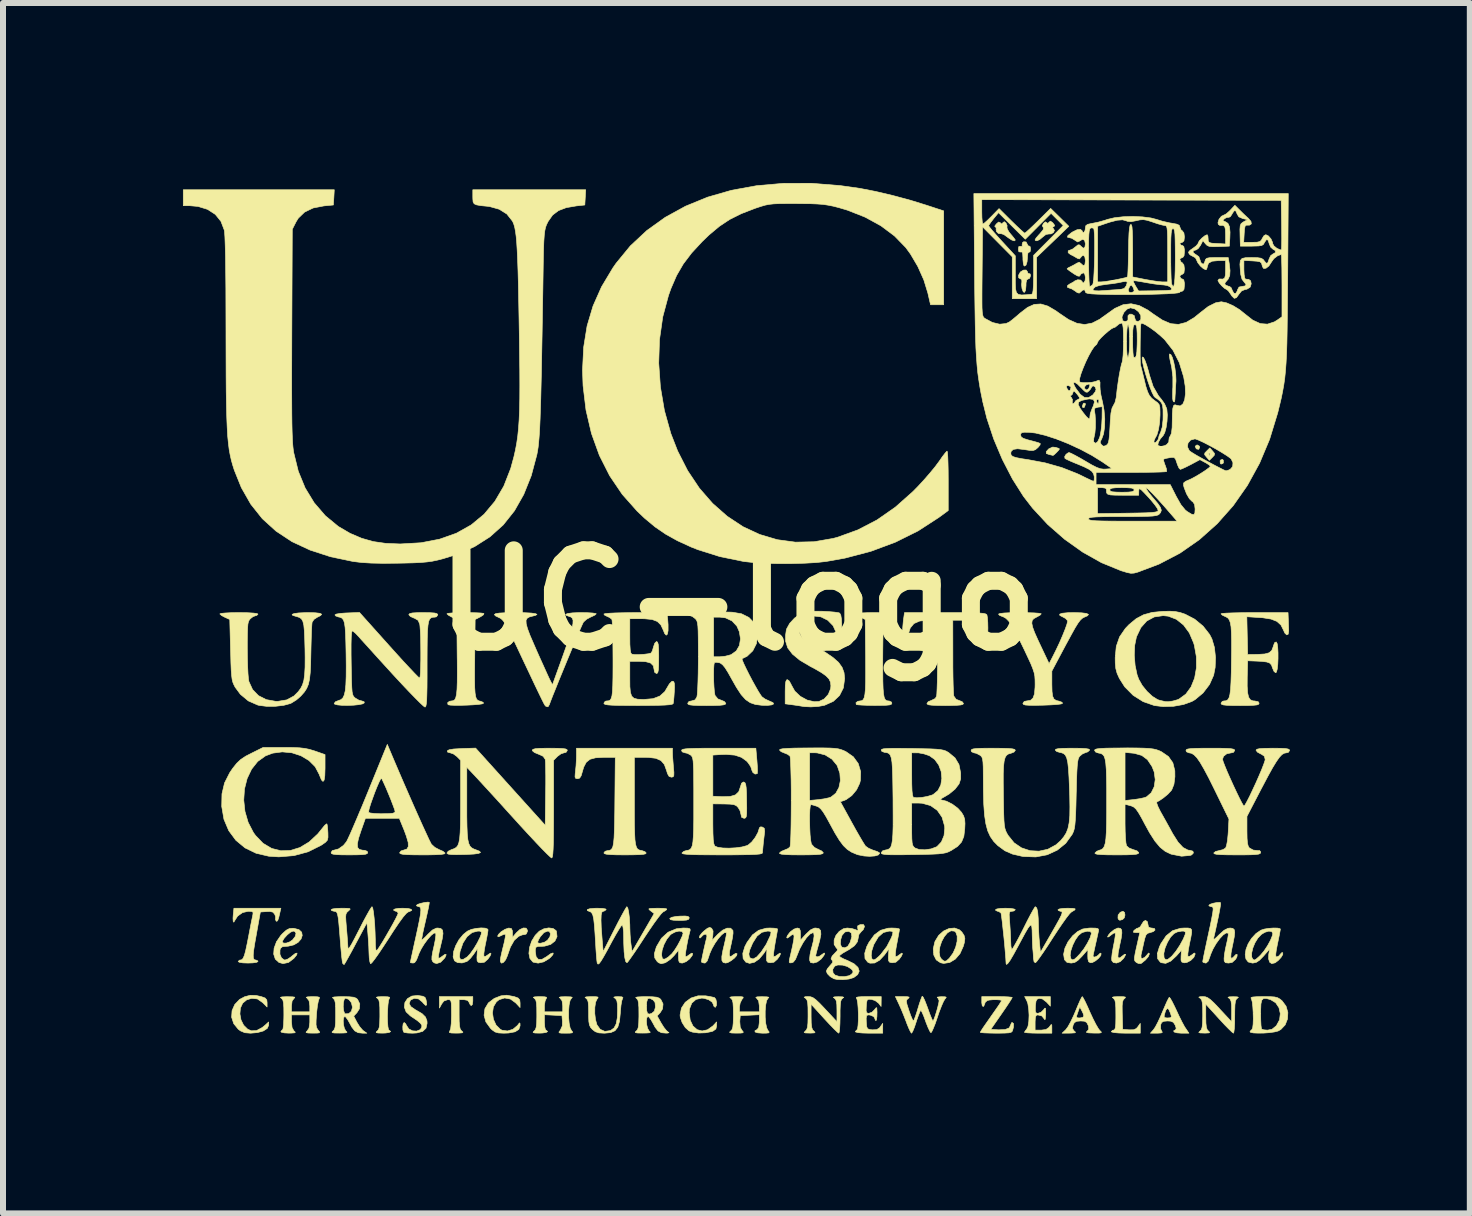
<source format=kicad_pcb>
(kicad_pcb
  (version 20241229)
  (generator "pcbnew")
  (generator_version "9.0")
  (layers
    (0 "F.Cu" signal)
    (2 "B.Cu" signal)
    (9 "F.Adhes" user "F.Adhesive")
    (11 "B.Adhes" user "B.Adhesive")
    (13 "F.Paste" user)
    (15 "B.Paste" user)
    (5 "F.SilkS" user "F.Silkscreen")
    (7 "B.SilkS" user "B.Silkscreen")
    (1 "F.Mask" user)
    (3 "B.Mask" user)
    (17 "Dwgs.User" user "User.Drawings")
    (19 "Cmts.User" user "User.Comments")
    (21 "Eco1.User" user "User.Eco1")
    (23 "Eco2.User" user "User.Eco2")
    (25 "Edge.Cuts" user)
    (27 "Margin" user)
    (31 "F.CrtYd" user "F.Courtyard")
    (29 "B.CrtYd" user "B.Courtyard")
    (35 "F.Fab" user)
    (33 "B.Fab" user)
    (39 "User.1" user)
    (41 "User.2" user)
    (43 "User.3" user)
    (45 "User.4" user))
  (footprint "UC-logo"
    (layer "F.Cu")
    (at 9.251 6.958)
    (property "Reference" "UC-logo" (at 0 0 0) (layer "F.SilkS") (effects (font (size 1.524 1.524) (thickness 0.3))))
    (attr through_hole)
    (fp_poly (pts (xy 5.788 -3.284) (xy 5.791 -3.267) (xy 5.776 -3.223) (xy 5.766 -3.213) (xy 5.744 -3.219) (xy 5.74 -3.236) (xy 5.755 -3.279) (xy 5.766 -3.289) (xy 5.788 -3.284)) (stroke (width 0.01) (type solid)) (fill yes) (layer "F.SilkS"))
    (fp_poly (pts (xy 7.692 -2.57) (xy 7.696 -2.553) (xy 7.681 -2.518) (xy 7.646 -2.524) (xy 7.637 -2.532) (xy 7.621 -2.569) (xy 7.647 -2.59) (xy 7.658 -2.591) (xy 7.692 -2.57)) (stroke (width 0.01) (type solid)) (fill yes) (layer "F.SilkS"))
    (fp_poly (pts (xy 8.09 -2.337) (xy 8.092 -2.295) (xy 8.083 -2.282) (xy 8.052 -2.272) (xy 8.039 -2.286) (xy 8.037 -2.328) (xy 8.046 -2.341) (xy 8.077 -2.35) (xy 8.09 -2.337)) (stroke (width 0.01) (type solid)) (fill yes) (layer "F.SilkS"))
    (fp_poly (pts (xy 6.444 5.201) (xy 6.451 5.245) (xy 6.439 5.292) (xy 6.411 5.319) (xy 6.365 5.332) (xy 6.344 5.319) (xy 6.334 5.296) (xy 6.337 5.244) (xy 6.372 5.199) (xy 6.417 5.182) (xy 6.444 5.201)) (stroke (width 0.01) (type solid)) (fill yes) (layer "F.SilkS"))
    (fp_poly (pts (xy 5.293 -2.551) (xy 5.342 -2.536) (xy 5.359 -2.525) (xy 5.344 -2.502) (xy 5.309 -2.465) (xy 5.273 -2.431) (xy 5.252 -2.416) (xy 5.251 -2.416) (xy 5.225 -2.423) (xy 5.188 -2.431) (xy 5.14 -2.449) (xy 5.139 -2.48) (xy 5.179 -2.525) (xy 5.245 -2.556) (xy 5.293 -2.551)) (stroke (width 0.01) (type solid)) (fill yes) (layer "F.SilkS"))
    (fp_poly (pts (xy -0.833 5.267) (xy -0.814 5.284) (xy -0.813 5.295) (xy -0.823 5.316) (xy -0.859 5.329) (xy -0.932 5.334) (xy -0.98 5.334) (xy -1.075 5.331) (xy -1.125 5.322) (xy -1.137 5.304) (xy -1.137 5.302) (xy -1.105 5.282) (xy -1.031 5.268) (xy -0.97 5.263) (xy -0.881 5.261) (xy -0.833 5.267)) (stroke (width 0.01) (type solid)) (fill yes) (layer "F.SilkS"))
    (fp_poly (pts (xy 7.912 -2.489) (xy 7.944 -2.449) (xy 7.94 -2.42) (xy 7.909 -2.386) (xy 7.858 -2.335) (xy 7.811 -2.388) (xy 7.779 -2.428) (xy 7.78 -2.438) (xy 7.849 -2.438) (xy 7.858 -2.417) (xy 7.866 -2.421) (xy 7.869 -2.452) (xy 7.866 -2.455) (xy 7.85 -2.452) (xy 7.849 -2.438) (xy 7.78 -2.438) (xy 7.782 -2.457) (xy 7.814 -2.491) (xy 7.865 -2.542) (xy 7.912 -2.489)) (stroke (width 0.01) (type solid)) (fill yes) (layer "F.SilkS"))
    (fp_poly (pts (xy 4.826 -5.478) (xy 4.826 -5.472) (xy 4.838 -5.446) (xy 4.851 -5.448) (xy 4.871 -5.441) (xy 4.877 -5.412) (xy 4.861 -5.369) (xy 4.839 -5.359) (xy 4.814 -5.344) (xy 4.802 -5.294) (xy 4.801 -5.245) (xy 4.794 -5.17) (xy 4.777 -5.135) (xy 4.756 -5.142) (xy 4.735 -5.195) (xy 4.727 -5.264) (xy 4.732 -5.309) (xy 4.73 -5.351) (xy 4.709 -5.359) (xy 4.679 -5.378) (xy 4.677 -5.42) (xy 4.704 -5.469) (xy 4.71 -5.476) (xy 4.759 -5.506) (xy 4.804 -5.507) (xy 4.826 -5.478)) (stroke (width 0.01) (type solid)) (fill yes) (layer "F.SilkS"))
    (fp_poly (pts (xy 7.211 -4.101) (xy 7.216 -4.097) (xy 7.24 -4.051) (xy 7.264 -3.97) (xy 7.284 -3.87) (xy 7.297 -3.766) (xy 7.301 -3.674) (xy 7.301 -3.653) (xy 7.294 -3.555) (xy 7.289 -3.447) (xy 7.287 -3.423) (xy 7.283 -3.344) (xy 7.276 -3.309) (xy 7.264 -3.31) (xy 7.252 -3.327) (xy 7.246 -3.363) (xy 7.245 -3.435) (xy 7.247 -3.53) (xy 7.249 -3.554) (xy 7.249 -3.724) (xy 7.231 -3.875) (xy 7.225 -3.904) (xy 7.201 -4.014) (xy 7.19 -4.08) (xy 7.194 -4.108) (xy 7.211 -4.101)) (stroke (width 0.01) (type solid)) (fill yes) (layer "F.SilkS"))
    (fp_poly (pts (xy 4.803 -5.975) (xy 4.819 -5.944) (xy 4.838 -5.909) (xy 4.854 -5.907) (xy 4.871 -5.896) (xy 4.877 -5.855) (xy 4.869 -5.811) (xy 4.851 -5.804) (xy 4.834 -5.793) (xy 4.826 -5.74) (xy 4.826 -5.723) (xy 4.819 -5.644) (xy 4.802 -5.59) (xy 4.778 -5.573) (xy 4.767 -5.579) (xy 4.757 -5.613) (xy 4.75 -5.678) (xy 4.75 -5.709) (xy 4.746 -5.779) (xy 4.734 -5.808) (xy 4.712 -5.807) (xy 4.682 -5.811) (xy 4.674 -5.855) (xy 4.682 -5.899) (xy 4.712 -5.902) (xy 4.739 -5.902) (xy 4.736 -5.925) (xy 4.743 -5.964) (xy 4.763 -5.979) (xy 4.803 -5.975)) (stroke (width 0.01) (type solid)) (fill yes) (layer "F.SilkS"))
    (fp_poly (pts (xy 4.468 -6.289) (xy 4.487 -6.245) (xy 4.483 -6.223) (xy 4.489 -6.19) (xy 4.521 -6.136) (xy 4.545 -6.107) (xy 4.591 -6.052) (xy 4.619 -6.014) (xy 4.623 -6.006) (xy 4.605 -5.993) (xy 4.562 -6.008) (xy 4.505 -6.045) (xy 4.486 -6.06) (xy 4.431 -6.099) (xy 4.387 -6.113) (xy 4.38 -6.112) (xy 4.34 -6.117) (xy 4.307 -6.151) (xy 4.302 -6.191) (xy 4.305 -6.196) (xy 4.301 -6.221) (xy 4.29 -6.223) (xy 4.28 -6.238) (xy 4.306 -6.274) (xy 4.344 -6.307) (xy 4.369 -6.299) (xy 4.373 -6.293) (xy 4.396 -6.274) (xy 4.415 -6.294) (xy 4.439 -6.313) (xy 4.468 -6.289)) (stroke (width 0.01) (type solid)) (fill yes) (layer "F.SilkS"))
    (fp_poly (pts (xy 5.239 -6.302) (xy 5.251 -6.29) (xy 5.279 -6.252) (xy 5.269 -6.233) (xy 5.261 -6.23) (xy 5.24 -6.214) (xy 5.26 -6.196) (xy 5.275 -6.166) (xy 5.258 -6.132) (xy 5.22 -6.109) (xy 5.183 -6.108) (xy 5.134 -6.1) (xy 5.08 -6.058) (xy 5.029 -6.015) (xy 4.982 -5.994) (xy 4.955 -6.001) (xy 4.953 -6.012) (xy 4.969 -6.04) (xy 5.01 -6.088) (xy 5.035 -6.115) (xy 5.086 -6.177) (xy 5.094 -6.213) (xy 5.088 -6.218) (xy 5.073 -6.244) (xy 5.092 -6.282) (xy 5.124 -6.31) (xy 5.144 -6.298) (xy 5.166 -6.284) (xy 5.184 -6.303) (xy 5.207 -6.322) (xy 5.239 -6.302)) (stroke (width 0.01) (type solid)) (fill yes) (layer "F.SilkS"))
    (fp_poly (pts (xy -5.841 6.607) (xy -5.806 6.615) (xy -5.808 6.631) (xy -5.812 6.634) (xy -5.825 6.671) (xy -5.834 6.741) (xy -5.84 6.832) (xy -5.843 6.932) (xy -5.841 7.027) (xy -5.835 7.105) (xy -5.825 7.153) (xy -5.817 7.163) (xy -5.792 7.182) (xy -5.791 7.188) (xy -5.814 7.202) (xy -5.873 7.211) (xy -5.925 7.213) (xy -5.999 7.211) (xy -6.031 7.204) (xy -6.027 7.19) (xy -6.013 7.178) (xy -5.992 7.154) (xy -5.979 7.113) (xy -5.972 7.044) (xy -5.969 6.939) (xy -5.969 6.901) (xy -5.97 6.784) (xy -5.976 6.708) (xy -5.986 6.663) (xy -6.004 6.638) (xy -6.013 6.631) (xy -6.028 6.616) (xy -6.004 6.608) (xy -5.936 6.605) (xy -5.919 6.605) (xy -5.841 6.607)) (stroke (width 0.01) (type solid)) (fill yes) (layer "F.SilkS"))
    (fp_poly (pts (xy -8.032 6.585) (xy -7.944 6.605) (xy -7.881 6.628) (xy -7.854 6.66) (xy -7.849 6.705) (xy -7.849 6.778) (xy -7.923 6.704) (xy -8.01 6.643) (xy -8.105 6.633) (xy -8.189 6.658) (xy -8.256 6.714) (xy -8.294 6.796) (xy -8.302 6.893) (xy -8.284 6.992) (xy -8.24 7.081) (xy -8.173 7.147) (xy -8.112 7.174) (xy -8.026 7.171) (xy -7.929 7.119) (xy -7.88 7.079) (xy -7.823 7.027) (xy -7.823 7.083) (xy -7.847 7.135) (xy -7.912 7.177) (xy -8.01 7.204) (xy -8.125 7.214) (xy -8.22 7.206) (xy -8.291 7.176) (xy -8.329 7.148) (xy -8.405 7.055) (xy -8.44 6.948) (xy -8.433 6.838) (xy -8.388 6.736) (xy -8.307 6.651) (xy -8.222 6.606) (xy -8.129 6.582) (xy -8.032 6.585)) (stroke (width 0.01) (type solid)) (fill yes) (layer "F.SilkS"))
    (fp_poly (pts (xy 6.377 5.468) (xy 6.396 5.494) (xy 6.399 5.545) (xy 6.388 5.631) (xy 6.361 5.757) (xy 6.36 5.764) (xy 6.338 5.874) (xy 6.333 5.939) (xy 6.346 5.964) (xy 6.377 5.951) (xy 6.396 5.935) (xy 6.445 5.898) (xy 6.463 5.9) (xy 6.446 5.938) (xy 6.426 5.969) (xy 6.371 6.022) (xy 6.309 6.045) (xy 6.257 6.036) (xy 6.231 6.004) (xy 6.229 5.962) (xy 6.237 5.884) (xy 6.254 5.787) (xy 6.259 5.761) (xy 6.278 5.665) (xy 6.289 5.59) (xy 6.29 5.548) (xy 6.288 5.543) (xy 6.261 5.547) (xy 6.228 5.571) (xy 6.178 5.609) (xy 6.16 5.61) (xy 6.175 5.579) (xy 6.21 5.537) (xy 6.271 5.489) (xy 6.329 5.462) (xy 6.342 5.461) (xy 6.377 5.468)) (stroke (width 0.01) (type solid)) (fill yes) (layer "F.SilkS"))
    (fp_poly (pts (xy 6.425 6.606) (xy 6.458 6.612) (xy 6.455 6.626) (xy 6.443 6.636) (xy 6.422 6.659) (xy 6.41 6.696) (xy 6.404 6.759) (xy 6.405 6.857) (xy 6.406 6.909) (xy 6.413 7.15) (xy 6.519 7.158) (xy 6.594 7.157) (xy 6.64 7.137) (xy 6.665 7.108) (xy 6.706 7.05) (xy 6.706 7.214) (xy 6.464 7.214) (xy 6.35 7.211) (xy 6.269 7.204) (xy 6.227 7.193) (xy 6.223 7.188) (xy 6.244 7.166) (xy 6.261 7.163) (xy 6.279 7.154) (xy 6.29 7.124) (xy 6.297 7.062) (xy 6.299 6.961) (xy 6.299 6.91) (xy 6.298 6.791) (xy 6.293 6.713) (xy 6.283 6.666) (xy 6.266 6.64) (xy 6.255 6.631) (xy 6.24 6.616) (xy 6.264 6.608) (xy 6.333 6.605) (xy 6.349 6.605) (xy 6.425 6.606)) (stroke (width 0.01) (type solid)) (fill yes) (layer "F.SilkS"))
    (fp_poly (pts (xy -4.42 6.68) (xy -4.428 6.738) (xy -4.448 6.755) (xy -4.471 6.727) (xy -4.478 6.706) (xy -4.505 6.667) (xy -4.567 6.655) (xy -4.57 6.655) (xy -4.648 6.655) (xy -4.648 6.9) (xy -4.647 7.018) (xy -4.641 7.096) (xy -4.63 7.144) (xy -4.611 7.172) (xy -4.604 7.178) (xy -4.584 7.197) (xy -4.597 7.208) (xy -4.647 7.212) (xy -4.698 7.213) (xy -4.776 7.211) (xy -4.811 7.203) (xy -4.809 7.186) (xy -4.806 7.183) (xy -4.789 7.14) (xy -4.779 7.05) (xy -4.775 6.918) (xy -4.775 6.904) (xy -4.776 6.79) (xy -4.778 6.717) (xy -4.786 6.677) (xy -4.801 6.659) (xy -4.825 6.655) (xy -4.838 6.655) (xy -4.902 6.678) (xy -4.938 6.725) (xy -4.976 6.795) (xy -4.977 6.699) (xy -4.978 6.604) (xy -4.42 6.604) (xy -4.42 6.68)) (stroke (width 0.01) (type solid)) (fill yes) (layer "F.SilkS"))
    (fp_poly (pts (xy -3.745 6.601) (xy -3.727 6.605) (xy -3.665 6.628) (xy -3.638 6.659) (xy -3.632 6.709) (xy -3.632 6.787) (xy -3.706 6.708) (xy -3.793 6.645) (xy -3.889 6.627) (xy -3.981 6.655) (xy -4.027 6.692) (xy -4.077 6.775) (xy -4.092 6.877) (xy -4.076 6.983) (xy -4.032 7.079) (xy -3.962 7.149) (xy -3.932 7.165) (xy -3.842 7.177) (xy -3.751 7.149) (xy -3.676 7.086) (xy -3.669 7.077) (xy -3.642 7.042) (xy -3.633 7.051) (xy -3.632 7.09) (xy -3.653 7.151) (xy -3.716 7.191) (xy -3.824 7.211) (xy -3.903 7.214) (xy -3.99 7.21) (xy -4.048 7.194) (xy -4.1 7.157) (xy -4.126 7.131) (xy -4.202 7.026) (xy -4.232 6.915) (xy -4.218 6.806) (xy -4.161 6.71) (xy -4.063 6.635) (xy -4.054 6.631) (xy -3.95 6.591) (xy -3.855 6.581) (xy -3.745 6.601)) (stroke (width 0.01) (type solid)) (fill yes) (layer "F.SilkS"))
    (fp_poly (pts (xy -3.531 5.463) (xy -3.51 5.496) (xy -3.51 5.518) (xy -3.529 5.56) (xy -3.551 5.569) (xy -3.595 5.575) (xy -3.655 5.599) (xy -3.655 5.599) (xy -3.728 5.664) (xy -3.793 5.778) (xy -3.845 5.927) (xy -3.873 5.991) (xy -3.908 6.033) (xy -3.94 6.047) (xy -3.959 6.026) (xy -3.962 6.003) (xy -3.956 5.956) (xy -3.939 5.877) (xy -3.916 5.781) (xy -3.912 5.767) (xy -3.89 5.675) (xy -3.877 5.604) (xy -3.875 5.567) (xy -3.876 5.565) (xy -3.904 5.566) (xy -3.941 5.584) (xy -3.99 5.607) (xy -4.007 5.597) (xy -3.99 5.565) (xy -3.949 5.524) (xy -3.884 5.483) (xy -3.824 5.462) (xy -3.816 5.462) (xy -3.776 5.47) (xy -3.76 5.508) (xy -3.759 5.539) (xy -3.759 5.617) (xy -3.693 5.539) (xy -3.635 5.486) (xy -3.577 5.46) (xy -3.531 5.463)) (stroke (width 0.01) (type solid)) (fill yes) (layer "F.SilkS"))
    (fp_poly (pts (xy 3.692 5.491) (xy 3.732 5.528) (xy 3.769 5.584) (xy 3.782 5.637) (xy 3.773 5.706) (xy 3.755 5.768) (xy 3.701 5.888) (xy 3.623 5.979) (xy 3.53 6.035) (xy 3.43 6.051) (xy 3.376 6.04) (xy 3.305 5.992) (xy 3.264 5.911) (xy 3.26 5.865) (xy 3.354 5.865) (xy 3.367 5.94) (xy 3.393 5.98) (xy 3.435 6.013) (xy 3.471 6.011) (xy 3.518 5.969) (xy 3.525 5.962) (xy 3.586 5.878) (xy 3.629 5.781) (xy 3.653 5.682) (xy 3.654 5.595) (xy 3.631 5.532) (xy 3.609 5.513) (xy 3.551 5.507) (xy 3.493 5.54) (xy 3.44 5.603) (xy 3.395 5.686) (xy 3.365 5.776) (xy 3.354 5.865) (xy 3.26 5.865) (xy 3.255 5.808) (xy 3.281 5.695) (xy 3.286 5.681) (xy 3.346 5.583) (xy 3.427 5.511) (xy 3.519 5.469) (xy 3.611 5.461) (xy 3.692 5.491)) (stroke (width 0.01) (type solid)) (fill yes) (layer "F.SilkS"))
    (fp_poly (pts (xy -0.54 6.591) (xy -0.463 6.604) (xy -0.404 6.617) (xy -0.39 6.621) (xy -0.368 6.65) (xy -0.357 6.701) (xy -0.359 6.751) (xy -0.375 6.78) (xy -0.381 6.782) (xy -0.404 6.761) (xy -0.406 6.745) (xy -0.429 6.698) (xy -0.487 6.657) (xy -0.564 6.633) (xy -0.604 6.629) (xy -0.7 6.651) (xy -0.77 6.713) (xy -0.808 6.809) (xy -0.813 6.871) (xy -0.796 6.998) (xy -0.75 7.094) (xy -0.681 7.155) (xy -0.598 7.177) (xy -0.508 7.157) (xy -0.417 7.092) (xy -0.409 7.083) (xy -0.356 7.026) (xy -0.356 7.092) (xy -0.368 7.144) (xy -0.415 7.178) (xy -0.436 7.186) (xy -0.538 7.207) (xy -0.654 7.211) (xy -0.759 7.196) (xy -0.816 7.175) (xy -0.878 7.12) (xy -0.931 7.036) (xy -0.962 6.945) (xy -0.965 6.91) (xy -0.942 6.795) (xy -0.879 6.699) (xy -0.783 6.628) (xy -0.665 6.591) (xy -0.54 6.591)) (stroke (width 0.01) (type solid)) (fill yes) (layer "F.SilkS"))
    (fp_poly (pts (xy 6.825 5.356) (xy 6.833 5.397) (xy 6.843 5.445) (xy 6.883 5.461) (xy 6.898 5.461) (xy 6.945 5.471) (xy 6.952 5.495) (xy 6.922 5.521) (xy 6.871 5.537) (xy 6.829 5.549) (xy 6.802 5.576) (xy 6.782 5.631) (xy 6.765 5.702) (xy 6.745 5.794) (xy 6.727 5.873) (xy 6.718 5.912) (xy 6.719 5.959) (xy 6.74 5.969) (xy 6.78 5.95) (xy 6.815 5.912) (xy 6.845 5.877) (xy 6.856 5.886) (xy 6.857 5.895) (xy 6.839 5.939) (xy 6.792 5.994) (xy 6.731 6.044) (xy 6.716 6.053) (xy 6.675 6.052) (xy 6.641 6.035) (xy 6.62 6.016) (xy 6.609 5.993) (xy 6.609 5.954) (xy 6.62 5.888) (xy 6.642 5.785) (xy 6.646 5.769) (xy 6.698 5.537) (xy 6.635 5.537) (xy 6.593 5.533) (xy 6.594 5.513) (xy 6.604 5.499) (xy 6.648 5.467) (xy 6.671 5.461) (xy 6.706 5.44) (xy 6.731 5.397) (xy 6.762 5.35) (xy 6.794 5.334) (xy 6.825 5.356)) (stroke (width 0.01) (type solid)) (fill yes) (layer "F.SilkS"))
    (fp_poly (pts (xy -3.081 5.469) (xy -3.032 5.504) (xy -3.026 5.517) (xy -3.016 5.604) (xy -3.051 5.678) (xy -3.122 5.734) (xy -3.222 5.763) (xy -3.267 5.766) (xy -3.336 5.768) (xy -3.368 5.782) (xy -3.378 5.817) (xy -3.378 5.85) (xy -3.365 5.939) (xy -3.327 5.984) (xy -3.268 5.984) (xy -3.189 5.938) (xy -3.176 5.928) (xy -3.123 5.89) (xy -3.085 5.877) (xy -3.079 5.879) (xy -3.085 5.905) (xy -3.123 5.948) (xy -3.149 5.971) (xy -3.238 6.025) (xy -3.331 6.046) (xy -3.411 6.031) (xy -3.421 6.025) (xy -3.468 5.968) (xy -3.485 5.883) (xy -3.474 5.783) (xy -3.445 5.7) (xy -3.341 5.7) (xy -3.321 5.714) (xy -3.29 5.715) (xy -3.224 5.697) (xy -3.175 5.664) (xy -3.135 5.607) (xy -3.125 5.554) (xy -3.145 5.518) (xy -3.171 5.512) (xy -3.233 5.536) (xy -3.295 5.606) (xy -3.325 5.658) (xy -3.341 5.7) (xy -3.445 5.7) (xy -3.438 5.678) (xy -3.379 5.582) (xy -3.312 5.514) (xy -3.236 5.474) (xy -3.154 5.459) (xy -3.081 5.469)) (stroke (width 0.01) (type solid)) (fill yes) (layer "F.SilkS"))
    (fp_poly (pts (xy -5.326 6.587) (xy -5.254 6.598) (xy -5.217 6.616) (xy -5.201 6.651) (xy -5.193 6.69) (xy -5.189 6.743) (xy -5.206 6.751) (xy -5.245 6.714) (xy -5.262 6.693) (xy -5.324 6.643) (xy -5.394 6.632) (xy -5.453 6.659) (xy -5.461 6.667) (xy -5.481 6.719) (xy -5.454 6.77) (xy -5.378 6.823) (xy -5.363 6.831) (xy -5.266 6.888) (xy -5.209 6.944) (xy -5.184 7.009) (xy -5.182 7.049) (xy -5.2 7.131) (xy -5.256 7.184) (xy -5.353 7.21) (xy -5.424 7.214) (xy -5.502 7.211) (xy -5.557 7.203) (xy -5.571 7.197) (xy -5.585 7.161) (xy -5.587 7.107) (xy -5.581 7.058) (xy -5.565 7.036) (xy -5.564 7.036) (xy -5.539 7.057) (xy -5.524 7.087) (xy -5.486 7.143) (xy -5.424 7.175) (xy -5.355 7.179) (xy -5.297 7.155) (xy -5.272 7.119) (xy -5.269 7.085) (xy -5.292 7.049) (xy -5.347 7.002) (xy -5.439 6.94) (xy -5.461 6.925) (xy -5.532 6.858) (xy -5.561 6.78) (xy -5.552 6.703) (xy -5.509 6.638) (xy -5.436 6.595) (xy -5.338 6.585) (xy -5.326 6.587)) (stroke (width 0.01) (type solid)) (fill yes) (layer "F.SilkS"))
    (fp_poly (pts (xy -4.465 0.204) (xy -4.366 0.206) (xy -4.287 0.21) (xy -4.241 0.216) (xy -4.234 0.219) (xy -4.243 0.24) (xy -4.286 0.27) (xy -4.3 0.277) (xy -4.381 0.318) (xy -4.388 0.962) (xy -4.39 1.169) (xy -4.39 1.332) (xy -4.388 1.455) (xy -4.382 1.544) (xy -4.372 1.605) (xy -4.358 1.644) (xy -4.337 1.666) (xy -4.311 1.677) (xy -4.29 1.681) (xy -4.249 1.698) (xy -4.241 1.714) (xy -4.264 1.725) (xy -4.327 1.734) (xy -4.416 1.741) (xy -4.519 1.746) (xy -4.624 1.749) (xy -4.719 1.749) (xy -4.792 1.746) (xy -4.831 1.739) (xy -4.833 1.737) (xy -4.84 1.706) (xy -4.81 1.682) (xy -4.775 1.676) (xy -4.745 1.672) (xy -4.721 1.656) (xy -4.704 1.622) (xy -4.691 1.565) (xy -4.683 1.48) (xy -4.679 1.362) (xy -4.678 1.204) (xy -4.679 1.003) (xy -4.68 0.947) (xy -4.686 0.318) (xy -4.768 0.279) (xy -4.823 0.249) (xy -4.85 0.225) (xy -4.851 0.222) (xy -4.828 0.215) (xy -4.766 0.209) (xy -4.676 0.206) (xy -4.572 0.204) (xy -4.465 0.204)) (stroke (width 0.01) (type solid)) (fill yes) (layer "F.SilkS"))
    (fp_poly (pts (xy -7.402 5.466) (xy -7.318 5.488) (xy -7.273 5.53) (xy -7.263 5.585) (xy -7.283 5.644) (xy -7.332 5.7) (xy -7.404 5.742) (xy -7.498 5.764) (xy -7.529 5.766) (xy -7.593 5.772) (xy -7.625 5.799) (xy -7.634 5.827) (xy -7.635 5.898) (xy -7.609 5.959) (xy -7.564 5.992) (xy -7.549 5.994) (xy -7.503 5.978) (xy -7.444 5.938) (xy -7.434 5.928) (xy -7.377 5.884) (xy -7.349 5.879) (xy -7.355 5.908) (xy -7.4 5.964) (xy -7.402 5.967) (xy -7.492 6.035) (xy -7.583 6.054) (xy -7.651 6.035) (xy -7.712 5.979) (xy -7.739 5.896) (xy -7.732 5.797) (xy -7.693 5.692) (xy -7.595 5.692) (xy -7.575 5.713) (xy -7.529 5.712) (xy -7.472 5.692) (xy -7.425 5.66) (xy -7.38 5.602) (xy -7.367 5.551) (xy -7.387 5.518) (xy -7.415 5.512) (xy -7.458 5.53) (xy -7.513 5.575) (xy -7.564 5.631) (xy -7.593 5.68) (xy -7.595 5.692) (xy -7.693 5.692) (xy -7.693 5.691) (xy -7.622 5.587) (xy -7.593 5.555) (xy -7.529 5.497) (xy -7.477 5.47) (xy -7.42 5.465) (xy -7.402 5.466)) (stroke (width 0.01) (type solid)) (fill yes) (layer "F.SilkS"))
    (fp_poly (pts (xy 5.207 6.764) (xy 5.143 6.695) (xy 5.075 6.643) (xy 5.022 6.634) (xy 4.987 6.647) (xy 4.968 6.68) (xy 4.959 6.749) (xy 4.958 6.763) (xy 4.956 6.836) (xy 4.965 6.872) (xy 4.989 6.883) (xy 5.001 6.883) (xy 5.053 6.864) (xy 5.091 6.827) (xy 5.115 6.797) (xy 5.126 6.798) (xy 5.129 6.838) (xy 5.129 6.897) (xy 5.125 6.961) (xy 5.118 6.99) (xy 5.112 6.985) (xy 5.066 6.927) (xy 4.997 6.909) (xy 4.97 6.918) (xy 4.957 6.953) (xy 4.953 7.025) (xy 4.953 7.036) (xy 4.953 7.163) (xy 5.053 7.163) (xy 5.133 7.153) (xy 5.184 7.118) (xy 5.193 7.106) (xy 5.22 7.07) (xy 5.231 7.075) (xy 5.232 7.124) (xy 5.232 7.132) (xy 5.232 7.214) (xy 5.004 7.214) (xy 4.903 7.212) (xy 4.825 7.208) (xy 4.781 7.202) (xy 4.775 7.199) (xy 4.791 7.172) (xy 4.813 7.146) (xy 4.835 7.098) (xy 4.848 7.015) (xy 4.852 6.914) (xy 4.846 6.811) (xy 4.832 6.721) (xy 4.815 6.674) (xy 4.778 6.604) (xy 5.207 6.604) (xy 5.207 6.764)) (stroke (width 0.01) (type solid)) (fill yes) (layer "F.SilkS"))
    (fp_poly (pts (xy 7.206 6.633) (xy 7.237 6.687) (xy 7.278 6.769) (xy 7.304 6.824) (xy 7.354 6.932) (xy 7.404 7.032) (xy 7.446 7.109) (xy 7.459 7.128) (xy 7.517 7.214) (xy 7.391 7.214) (xy 7.316 7.208) (xy 7.27 7.194) (xy 7.262 7.175) (xy 7.292 7.158) (xy 7.305 7.133) (xy 7.288 7.08) (xy 7.257 7.032) (xy 7.21 7.013) (xy 7.159 7.01) (xy 7.093 7.016) (xy 7.06 7.038) (xy 7.046 7.074) (xy 7.045 7.14) (xy 7.061 7.176) (xy 7.074 7.199) (xy 7.055 7.21) (xy 6.995 7.214) (xy 6.984 7.214) (xy 6.875 7.214) (xy 6.926 7.156) (xy 6.958 7.109) (xy 7.001 7.027) (xy 7.046 6.93) (xy 7.103 6.93) (xy 7.111 6.954) (xy 7.15 6.96) (xy 7.164 6.96) (xy 7.213 6.956) (xy 7.225 6.935) (xy 7.21 6.883) (xy 7.181 6.817) (xy 7.156 6.8) (xy 7.132 6.832) (xy 7.118 6.872) (xy 7.103 6.93) (xy 7.046 6.93) (xy 7.048 6.925) (xy 7.074 6.863) (xy 7.117 6.763) (xy 7.153 6.681) (xy 7.18 6.629) (xy 7.189 6.616) (xy 7.206 6.633)) (stroke (width 0.01) (type solid)) (fill yes) (layer "F.SilkS"))
    (fp_poly (pts (xy -7.635 5.201) (xy -7.655 5.288) (xy -7.671 5.334) (xy -7.686 5.349) (xy -7.698 5.345) (xy -7.711 5.315) (xy -7.708 5.307) (xy -7.708 5.269) (xy -7.722 5.232) (xy -7.751 5.197) (xy -7.8 5.185) (xy -7.856 5.187) (xy -7.961 5.194) (xy -8.027 5.563) (xy -8.055 5.72) (xy -8.073 5.835) (xy -8.08 5.912) (xy -8.078 5.961) (xy -8.066 5.986) (xy -8.044 5.994) (xy -8.036 5.994) (xy -8.004 6.009) (xy -8.001 6.02) (xy -8.024 6.033) (xy -8.086 6.042) (xy -8.166 6.045) (xy -8.252 6.042) (xy -8.311 6.032) (xy -8.331 6.02) (xy -8.311 5.997) (xy -8.292 5.994) (xy -8.268 5.988) (xy -8.248 5.964) (xy -8.227 5.916) (xy -8.206 5.838) (xy -8.181 5.721) (xy -8.155 5.588) (xy -8.132 5.467) (xy -8.111 5.359) (xy -8.094 5.278) (xy -8.086 5.239) (xy -8.082 5.201) (xy -8.104 5.185) (xy -8.165 5.182) (xy -8.259 5.204) (xy -8.34 5.262) (xy -8.387 5.335) (xy -8.404 5.364) (xy -8.414 5.349) (xy -8.417 5.297) (xy -8.413 5.239) (xy -8.402 5.131) (xy -7.619 5.131) (xy -7.635 5.201)) (stroke (width 0.01) (type solid)) (fill yes) (layer "F.SilkS"))
    (fp_poly (pts (xy 4.425 6.605) (xy 4.509 6.609) (xy 4.561 6.615) (xy 4.572 6.619) (xy 4.558 6.644) (xy 4.521 6.703) (xy 4.466 6.786) (xy 4.398 6.885) (xy 4.393 6.892) (xy 4.214 7.15) (xy 4.344 7.158) (xy 4.454 7.153) (xy 4.522 7.125) (xy 4.547 7.073) (xy 4.547 7.071) (xy 4.561 7.039) (xy 4.572 7.036) (xy 4.594 7.055) (xy 4.592 7.113) (xy 4.581 7.156) (xy 4.572 7.182) (xy 4.553 7.199) (xy 4.515 7.208) (xy 4.449 7.212) (xy 4.345 7.214) (xy 4.302 7.214) (xy 4.194 7.212) (xy 4.107 7.209) (xy 4.052 7.204) (xy 4.039 7.199) (xy 4.053 7.174) (xy 4.09 7.117) (xy 4.147 7.035) (xy 4.215 6.938) (xy 4.216 6.936) (xy 4.285 6.838) (xy 4.342 6.756) (xy 4.38 6.697) (xy 4.394 6.671) (xy 4.394 6.671) (xy 4.372 6.66) (xy 4.318 6.656) (xy 4.25 6.656) (xy 4.187 6.662) (xy 4.155 6.67) (xy 4.12 6.701) (xy 4.115 6.72) (xy 4.098 6.762) (xy 4.089 6.769) (xy 4.072 6.758) (xy 4.064 6.707) (xy 4.064 6.694) (xy 4.064 6.604) (xy 4.318 6.604) (xy 4.425 6.605)) (stroke (width 0.01) (type solid)) (fill yes) (layer "F.SilkS"))
    (fp_poly (pts (xy -1.935 6.608) (xy -1.917 6.621) (xy -1.924 6.636) (xy -1.937 6.675) (xy -1.95 6.75) (xy -1.959 6.848) (xy -1.961 6.877) (xy -1.975 7.017) (xy -2.003 7.113) (xy -2.05 7.173) (xy -2.121 7.204) (xy -2.223 7.214) (xy -2.228 7.214) (xy -2.318 7.209) (xy -2.378 7.189) (xy -2.427 7.151) (xy -2.458 7.116) (xy -2.476 7.076) (xy -2.486 7.018) (xy -2.489 6.929) (xy -2.489 6.873) (xy -2.491 6.764) (xy -2.497 6.694) (xy -2.511 6.654) (xy -2.533 6.632) (xy -2.534 6.631) (xy -2.549 6.616) (xy -2.525 6.608) (xy -2.457 6.605) (xy -2.443 6.605) (xy -2.367 6.606) (xy -2.333 6.612) (xy -2.333 6.627) (xy -2.348 6.644) (xy -2.373 6.697) (xy -2.386 6.783) (xy -2.387 6.885) (xy -2.375 6.987) (xy -2.351 7.073) (xy -2.351 7.074) (xy -2.296 7.15) (xy -2.219 7.184) (xy -2.129 7.171) (xy -2.119 7.166) (xy -2.065 7.126) (xy -2.03 7.059) (xy -2.011 6.956) (xy -2.007 6.832) (xy -2.009 6.733) (xy -2.019 6.673) (xy -2.039 6.64) (xy -2.051 6.631) (xy -2.071 6.615) (xy -2.05 6.607) (xy -1.997 6.605) (xy -1.935 6.608)) (stroke (width 0.01) (type solid)) (fill yes) (layer "F.SilkS"))
    (fp_poly (pts (xy 2.41 0.205) (xy 2.497 0.209) (xy 2.544 0.218) (xy 2.56 0.231) (xy 2.559 0.235) (xy 2.528 0.266) (xy 2.5 0.276) (xy 2.45 0.298) (xy 2.432 0.314) (xy 2.427 0.347) (xy 2.423 0.423) (xy 2.419 0.535) (xy 2.416 0.676) (xy 2.414 0.84) (xy 2.413 0.979) (xy 2.414 1.186) (xy 2.415 1.347) (xy 2.419 1.468) (xy 2.426 1.556) (xy 2.437 1.615) (xy 2.452 1.65) (xy 2.473 1.669) (xy 2.501 1.676) (xy 2.52 1.676) (xy 2.558 1.694) (xy 2.565 1.714) (xy 2.557 1.731) (xy 2.528 1.742) (xy 2.469 1.748) (xy 2.373 1.75) (xy 2.276 1.751) (xy 2.16 1.749) (xy 2.063 1.745) (xy 1.997 1.74) (xy 1.972 1.735) (xy 1.967 1.705) (xy 1.998 1.682) (xy 2.033 1.676) (xy 2.063 1.672) (xy 2.086 1.656) (xy 2.104 1.622) (xy 2.116 1.565) (xy 2.124 1.48) (xy 2.128 1.362) (xy 2.129 1.204) (xy 2.128 1.003) (xy 2.128 0.947) (xy 2.121 0.318) (xy 2.039 0.277) (xy 1.99 0.246) (xy 1.972 0.223) (xy 1.973 0.219) (xy 2.004 0.213) (xy 2.074 0.208) (xy 2.174 0.204) (xy 2.28 0.203) (xy 2.41 0.205)) (stroke (width 0.01) (type solid)) (fill yes) (layer "F.SilkS"))
    (fp_poly (pts (xy 5.755 6.626) (xy 5.786 6.685) (xy 5.827 6.772) (xy 5.866 6.861) (xy 5.917 6.971) (xy 5.966 7.067) (xy 6.007 7.137) (xy 6.029 7.166) (xy 6.055 7.192) (xy 6.055 7.206) (xy 6.022 7.212) (xy 5.946 7.212) (xy 5.929 7.212) (xy 5.848 7.209) (xy 5.81 7.202) (xy 5.811 7.189) (xy 5.82 7.182) (xy 5.847 7.151) (xy 5.843 7.101) (xy 5.837 7.082) (xy 5.813 7.035) (xy 5.774 7.014) (xy 5.712 7.01) (xy 5.643 7.016) (xy 5.606 7.04) (xy 5.587 7.077) (xy 5.575 7.133) (xy 5.597 7.17) (xy 5.606 7.178) (xy 5.627 7.198) (xy 5.616 7.208) (xy 5.564 7.212) (xy 5.527 7.213) (xy 5.403 7.214) (xy 5.464 7.156) (xy 5.499 7.109) (xy 5.545 7.027) (xy 5.581 6.951) (xy 5.644 6.951) (xy 5.667 6.959) (xy 5.702 6.96) (xy 5.75 6.949) (xy 5.765 6.928) (xy 5.753 6.883) (xy 5.73 6.836) (xy 5.697 6.775) (xy 5.668 6.858) (xy 5.646 6.922) (xy 5.644 6.951) (xy 5.581 6.951) (xy 5.594 6.924) (xy 5.625 6.852) (xy 5.667 6.75) (xy 5.703 6.668) (xy 5.729 6.617) (xy 5.739 6.604) (xy 5.755 6.626)) (stroke (width 0.01) (type solid)) (fill yes) (layer "F.SilkS"))
    (fp_poly (pts (xy 0.604 5.464) (xy 0.651 5.472) (xy 0.66 5.478) (xy 0.656 5.509) (xy 0.644 5.578) (xy 0.627 5.671) (xy 0.62 5.709) (xy 0.604 5.807) (xy 0.594 5.886) (xy 0.593 5.931) (xy 0.595 5.937) (xy 0.622 5.933) (xy 0.66 5.906) (xy 0.698 5.879) (xy 0.71 5.889) (xy 0.694 5.927) (xy 0.657 5.98) (xy 0.599 6.031) (xy 0.537 6.04) (xy 0.496 6.031) (xy 0.478 6.007) (xy 0.475 5.953) (xy 0.477 5.918) (xy 0.483 5.804) (xy 0.431 5.884) (xy 0.355 5.975) (xy 0.273 6.032) (xy 0.193 6.05) (xy 0.13 6.029) (xy 0.086 5.969) (xy 0.081 5.892) (xy 0.181 5.892) (xy 0.189 5.938) (xy 0.207 5.963) (xy 0.253 5.977) (xy 0.313 5.943) (xy 0.386 5.862) (xy 0.472 5.731) (xy 0.534 5.599) (xy 0.545 5.569) (xy 0.551 5.528) (xy 0.525 5.513) (xy 0.49 5.512) (xy 0.397 5.533) (xy 0.317 5.597) (xy 0.247 5.708) (xy 0.239 5.725) (xy 0.197 5.824) (xy 0.181 5.892) (xy 0.081 5.892) (xy 0.081 5.881) (xy 0.115 5.77) (xy 0.152 5.699) (xy 0.241 5.576) (xy 0.345 5.499) (xy 0.469 5.464) (xy 0.53 5.461) (xy 0.604 5.464)) (stroke (width 0.01) (type solid)) (fill yes) (layer "F.SilkS"))
    (fp_poly (pts (xy 2.386 6.769) (xy 2.343 6.713) (xy 2.285 6.67) (xy 2.223 6.65) (xy 2.176 6.648) (xy 2.153 6.664) (xy 2.143 6.709) (xy 2.139 6.763) (xy 2.136 6.836) (xy 2.145 6.872) (xy 2.17 6.883) (xy 2.182 6.883) (xy 2.234 6.864) (xy 2.272 6.827) (xy 2.301 6.792) (xy 2.314 6.789) (xy 2.318 6.863) (xy 2.316 6.936) (xy 2.309 6.989) (xy 2.303 7.002) (xy 2.288 6.997) (xy 2.286 6.979) (xy 2.263 6.937) (xy 2.204 6.912) (xy 2.168 6.909) (xy 2.145 6.921) (xy 2.137 6.965) (xy 2.139 7.029) (xy 2.145 7.102) (xy 2.16 7.139) (xy 2.195 7.153) (xy 2.239 7.158) (xy 2.311 7.155) (xy 2.358 7.127) (xy 2.372 7.108) (xy 2.413 7.05) (xy 2.413 7.214) (xy 2.184 7.214) (xy 2.075 7.211) (xy 1.997 7.204) (xy 1.958 7.192) (xy 1.956 7.188) (xy 1.975 7.164) (xy 1.981 7.163) (xy 1.994 7.14) (xy 2.002 7.079) (xy 2.007 6.992) (xy 2.007 6.894) (xy 2.003 6.796) (xy 1.996 6.711) (xy 1.985 6.652) (xy 1.976 6.634) (xy 1.972 6.619) (xy 2 6.61) (xy 2.067 6.605) (xy 2.167 6.604) (xy 2.388 6.604) (xy 2.386 6.769)) (stroke (width 0.01) (type solid)) (fill yes) (layer "F.SilkS"))
    (fp_poly (pts (xy 2.636 5.464) (xy 2.683 5.473) (xy 2.692 5.48) (xy 2.688 5.512) (xy 2.675 5.581) (xy 2.658 5.674) (xy 2.651 5.709) (xy 2.633 5.807) (xy 2.624 5.885) (xy 2.623 5.93) (xy 2.625 5.936) (xy 2.653 5.933) (xy 2.692 5.906) (xy 2.73 5.879) (xy 2.742 5.889) (xy 2.726 5.927) (xy 2.689 5.98) (xy 2.631 6.031) (xy 2.569 6.04) (xy 2.528 6.031) (xy 2.51 6.007) (xy 2.507 5.953) (xy 2.509 5.919) (xy 2.517 5.806) (xy 2.442 5.91) (xy 2.361 5.997) (xy 2.278 6.044) (xy 2.2 6.047) (xy 2.162 6.029) (xy 2.117 5.969) (xy 2.115 5.918) (xy 2.221 5.918) (xy 2.232 5.974) (xy 2.264 5.994) (xy 2.297 5.977) (xy 2.348 5.934) (xy 2.379 5.903) (xy 2.481 5.77) (xy 2.558 5.621) (xy 2.577 5.569) (xy 2.583 5.529) (xy 2.558 5.514) (xy 2.52 5.512) (xy 2.423 5.536) (xy 2.339 5.61) (xy 2.267 5.731) (xy 2.262 5.742) (xy 2.231 5.838) (xy 2.221 5.918) (xy 2.115 5.918) (xy 2.113 5.881) (xy 2.147 5.77) (xy 2.184 5.699) (xy 2.273 5.576) (xy 2.377 5.499) (xy 2.501 5.464) (xy 2.562 5.461) (xy 2.636 5.464)) (stroke (width 0.01) (type solid)) (fill yes) (layer "F.SilkS"))
    (fp_poly (pts (xy 8.871 6.605) (xy 8.945 6.61) (xy 8.995 6.623) (xy 9.035 6.646) (xy 9.07 6.675) (xy 9.136 6.764) (xy 9.166 6.869) (xy 9.16 6.977) (xy 9.121 7.076) (xy 9.049 7.152) (xy 9.003 7.178) (xy 8.944 7.193) (xy 8.86 7.205) (xy 8.765 7.212) (xy 8.672 7.213) (xy 8.594 7.21) (xy 8.545 7.2) (xy 8.534 7.19) (xy 8.554 7.162) (xy 8.565 7.157) (xy 8.579 7.128) (xy 8.587 7.063) (xy 8.59 6.973) (xy 8.588 6.891) (xy 8.712 6.891) (xy 8.714 6.996) (xy 8.718 7.082) (xy 8.725 7.135) (xy 8.729 7.146) (xy 8.764 7.158) (xy 8.825 7.163) (xy 8.828 7.163) (xy 8.903 7.148) (xy 8.968 7.095) (xy 8.977 7.085) (xy 9.028 6.991) (xy 9.04 6.888) (xy 9.018 6.789) (xy 8.963 6.707) (xy 8.879 6.655) (xy 8.807 6.635) (xy 8.76 6.636) (xy 8.731 6.665) (xy 8.717 6.727) (xy 8.713 6.831) (xy 8.712 6.891) (xy 8.588 6.891) (xy 8.588 6.874) (xy 8.582 6.776) (xy 8.573 6.695) (xy 8.559 6.643) (xy 8.554 6.636) (xy 8.552 6.62) (xy 8.58 6.611) (xy 8.645 6.606) (xy 8.753 6.604) (xy 8.759 6.604) (xy 8.871 6.605)) (stroke (width 0.01) (type solid)) (fill yes) (layer "F.SilkS"))
    (fp_poly (pts (xy 1.211 6.607) (xy 1.251 6.622) (xy 1.297 6.655) (xy 1.358 6.712) (xy 1.443 6.801) (xy 1.454 6.813) (xy 1.65 7.023) (xy 1.65 6.84) (xy 1.648 6.739) (xy 1.64 6.678) (xy 1.622 6.643) (xy 1.607 6.631) (xy 1.589 6.616) (xy 1.611 6.608) (xy 1.676 6.606) (xy 1.743 6.608) (xy 1.764 6.616) (xy 1.746 6.631) (xy 1.726 6.65) (xy 1.713 6.683) (xy 1.706 6.741) (xy 1.702 6.833) (xy 1.702 6.935) (xy 1.7 7.047) (xy 1.695 7.138) (xy 1.688 7.196) (xy 1.68 7.214) (xy 1.656 7.196) (xy 1.605 7.147) (xy 1.535 7.075) (xy 1.452 6.986) (xy 1.439 6.972) (xy 1.219 6.73) (xy 1.219 6.937) (xy 1.221 7.046) (xy 1.229 7.116) (xy 1.244 7.158) (xy 1.264 7.178) (xy 1.285 7.199) (xy 1.272 7.209) (xy 1.219 7.212) (xy 1.194 7.212) (xy 1.127 7.21) (xy 1.103 7.203) (xy 1.115 7.186) (xy 1.124 7.178) (xy 1.145 7.154) (xy 1.159 7.113) (xy 1.166 7.044) (xy 1.168 6.939) (xy 1.168 6.901) (xy 1.167 6.784) (xy 1.162 6.708) (xy 1.151 6.663) (xy 1.133 6.638) (xy 1.124 6.631) (xy 1.103 6.614) (xy 1.122 6.606) (xy 1.168 6.604) (xy 1.211 6.607)) (stroke (width 0.01) (type solid)) (fill yes) (layer "F.SilkS"))
    (fp_poly (pts (xy 7.502 5.461) (xy 7.543 5.469) (xy 7.562 5.492) (xy 7.562 5.54) (xy 7.548 5.621) (xy 7.527 5.721) (xy 7.509 5.815) (xy 7.499 5.89) (xy 7.499 5.931) (xy 7.501 5.935) (xy 7.53 5.932) (xy 7.569 5.906) (xy 7.606 5.877) (xy 7.619 5.885) (xy 7.62 5.897) (xy 7.599 5.95) (xy 7.547 6.001) (xy 7.483 6.035) (xy 7.438 6.041) (xy 7.4 6.029) (xy 7.385 5.999) (xy 7.386 5.934) (xy 7.386 5.931) (xy 7.393 5.829) (xy 7.31 5.924) (xy 7.215 6.012) (xy 7.13 6.05) (xy 7.055 6.039) (xy 7.039 6.029) (xy 6.995 5.972) (xy 6.99 5.889) (xy 6.991 5.885) (xy 7.098 5.885) (xy 7.102 5.953) (xy 7.102 5.954) (xy 7.127 5.989) (xy 7.165 5.984) (xy 7.223 5.938) (xy 7.236 5.925) (xy 7.3 5.848) (xy 7.366 5.748) (xy 7.422 5.646) (xy 7.454 5.569) (xy 7.459 5.528) (xy 7.433 5.513) (xy 7.399 5.512) (xy 7.323 5.526) (xy 7.27 5.552) (xy 7.212 5.611) (xy 7.16 5.697) (xy 7.119 5.794) (xy 7.098 5.885) (xy 6.991 5.885) (xy 7.024 5.777) (xy 7.049 5.723) (xy 7.137 5.591) (xy 7.245 5.505) (xy 7.376 5.465) (xy 7.437 5.461) (xy 7.502 5.461)) (stroke (width 0.01) (type solid)) (fill yes) (layer "F.SilkS"))
    (fp_poly (pts (xy 7.79 6.607) (xy 7.829 6.622) (xy 7.876 6.655) (xy 7.937 6.712) (xy 8.022 6.801) (xy 8.032 6.813) (xy 8.228 7.023) (xy 8.229 6.84) (xy 8.227 6.739) (xy 8.218 6.678) (xy 8.2 6.643) (xy 8.185 6.631) (xy 8.168 6.616) (xy 8.19 6.608) (xy 8.255 6.606) (xy 8.321 6.608) (xy 8.342 6.616) (xy 8.325 6.631) (xy 8.305 6.65) (xy 8.292 6.683) (xy 8.284 6.741) (xy 8.281 6.833) (xy 8.28 6.935) (xy 8.279 7.047) (xy 8.274 7.138) (xy 8.266 7.196) (xy 8.259 7.214) (xy 8.235 7.196) (xy 8.184 7.147) (xy 8.113 7.075) (xy 8.031 6.986) (xy 8.018 6.972) (xy 7.798 6.73) (xy 7.798 6.937) (xy 7.8 7.046) (xy 7.808 7.116) (xy 7.823 7.158) (xy 7.842 7.178) (xy 7.863 7.199) (xy 7.851 7.209) (xy 7.797 7.212) (xy 7.772 7.212) (xy 7.705 7.21) (xy 7.681 7.203) (xy 7.693 7.186) (xy 7.703 7.178) (xy 7.724 7.154) (xy 7.737 7.113) (xy 7.744 7.044) (xy 7.747 6.939) (xy 7.747 6.901) (xy 7.746 6.784) (xy 7.74 6.708) (xy 7.73 6.663) (xy 7.712 6.638) (xy 7.703 6.631) (xy 7.681 6.614) (xy 7.701 6.606) (xy 7.747 6.604) (xy 7.79 6.607)) (stroke (width 0.01) (type solid)) (fill yes) (layer "F.SilkS"))
    (fp_poly (pts (xy -4.213 5.463) (xy -4.172 5.479) (xy -4.166 5.492) (xy -4.171 5.531) (xy -4.184 5.604) (xy -4.203 5.699) (xy -4.208 5.721) (xy -4.226 5.815) (xy -4.236 5.89) (xy -4.235 5.931) (xy -4.234 5.935) (xy -4.205 5.932) (xy -4.166 5.906) (xy -4.128 5.879) (xy -4.116 5.889) (xy -4.132 5.927) (xy -4.169 5.98) (xy -4.227 6.031) (xy -4.289 6.04) (xy -4.33 6.031) (xy -4.348 6.007) (xy -4.351 5.953) (xy -4.349 5.918) (xy -4.342 5.804) (xy -4.407 5.899) (xy -4.457 5.963) (xy -4.507 6.01) (xy -4.52 6.019) (xy -4.599 6.043) (xy -4.675 6.037) (xy -4.725 6.007) (xy -4.747 5.944) (xy -4.643 5.944) (xy -4.624 5.986) (xy -4.579 5.984) (xy -4.513 5.943) (xy -4.462 5.888) (xy -4.402 5.804) (xy -4.344 5.707) (xy -4.298 5.614) (xy -4.281 5.569) (xy -4.275 5.528) (xy -4.301 5.513) (xy -4.336 5.512) (xy -4.431 5.536) (xy -4.516 5.605) (xy -4.584 5.711) (xy -4.632 5.85) (xy -4.634 5.86) (xy -4.643 5.944) (xy -4.747 5.944) (xy -4.748 5.942) (xy -4.74 5.854) (xy -4.705 5.755) (xy -4.65 5.655) (xy -4.578 5.568) (xy -4.508 5.512) (xy -4.444 5.484) (xy -4.364 5.467) (xy -4.282 5.459) (xy -4.213 5.463)) (stroke (width 0.01) (type solid)) (fill yes) (layer "F.SilkS"))
    (fp_poly (pts (xy -6.48 6.607) (xy -6.409 6.614) (xy -6.365 6.63) (xy -6.341 6.65) (xy -6.304 6.726) (xy -6.311 6.808) (xy -6.352 6.873) (xy -6.405 6.929) (xy -6.352 7.031) (xy -6.307 7.104) (xy -6.257 7.162) (xy -6.243 7.174) (xy -6.186 7.214) (xy -6.253 7.214) (xy -6.331 7.206) (xy -6.388 7.175) (xy -6.437 7.112) (xy -6.466 7.058) (xy -6.505 6.989) (xy -6.538 6.945) (xy -6.554 6.934) (xy -6.573 6.956) (xy -6.58 7.008) (xy -6.575 7.074) (xy -6.56 7.136) (xy -6.536 7.177) (xy -6.534 7.178) (xy -6.516 7.197) (xy -6.528 7.207) (xy -6.578 7.211) (xy -6.642 7.212) (xy -6.724 7.211) (xy -6.763 7.205) (xy -6.766 7.193) (xy -6.75 7.178) (xy -6.729 7.154) (xy -6.715 7.113) (xy -6.708 7.044) (xy -6.706 6.939) (xy -6.706 6.901) (xy -6.707 6.784) (xy -6.708 6.774) (xy -6.58 6.774) (xy -6.573 6.839) (xy -6.557 6.883) (xy -6.547 6.891) (xy -6.489 6.889) (xy -6.444 6.849) (xy -6.426 6.783) (xy -6.443 6.707) (xy -6.487 6.651) (xy -6.542 6.629) (xy -6.564 6.651) (xy -6.577 6.706) (xy -6.58 6.774) (xy -6.708 6.774) (xy -6.712 6.708) (xy -6.723 6.663) (xy -6.741 6.638) (xy -6.75 6.631) (xy -6.759 6.618) (xy -6.73 6.61) (xy -6.657 6.606) (xy -6.589 6.605) (xy -6.48 6.607)) (stroke (width 0.01) (type solid)) (fill yes) (layer "F.SilkS"))
    (fp_poly (pts (xy -0.838 5.463) (xy -0.802 5.473) (xy -0.795 5.494) (xy -0.798 5.505) (xy -0.816 5.574) (xy -0.836 5.663) (xy -0.854 5.757) (xy -0.869 5.844) (xy -0.877 5.909) (xy -0.877 5.939) (xy -0.877 5.939) (xy -0.851 5.934) (xy -0.817 5.91) (xy -0.773 5.88) (xy -0.755 5.886) (xy -0.763 5.919) (xy -0.801 5.969) (xy -0.804 5.974) (xy -0.864 6.021) (xy -0.923 6.044) (xy -0.932 6.045) (xy -0.969 6.039) (xy -0.986 6.012) (xy -0.991 5.95) (xy -0.991 5.938) (xy -0.991 5.83) (xy -1.067 5.923) (xy -1.13 5.985) (xy -1.199 6.032) (xy -1.22 6.042) (xy -1.281 6.056) (xy -1.324 6.039) (xy -1.347 6.019) (xy -1.387 5.959) (xy -1.391 5.911) (xy -1.274 5.911) (xy -1.26 5.969) (xy -1.254 5.977) (xy -1.218 5.979) (xy -1.163 5.946) (xy -1.101 5.889) (xy -1.057 5.831) (xy -1.007 5.752) (xy -0.962 5.668) (xy -0.928 5.594) (xy -0.914 5.546) (xy -0.914 5.546) (xy -0.934 5.518) (xy -0.983 5.512) (xy -1.047 5.527) (xy -1.109 5.56) (xy -1.128 5.575) (xy -1.186 5.647) (xy -1.233 5.736) (xy -1.264 5.829) (xy -1.274 5.911) (xy -1.391 5.911) (xy -1.393 5.886) (xy -1.364 5.788) (xy -1.358 5.771) (xy -1.275 5.631) (xy -1.165 5.531) (xy -1.029 5.474) (xy -0.914 5.461) (xy -0.838 5.463)) (stroke (width 0.01) (type solid)) (fill yes) (layer "F.SilkS"))
    (fp_poly (pts (xy 1.35 5.471) (xy 1.378 5.504) (xy 1.382 5.567) (xy 1.363 5.666) (xy 1.346 5.728) (xy 1.321 5.817) (xy 1.303 5.887) (xy 1.295 5.923) (xy 1.295 5.924) (xy 1.313 5.943) (xy 1.354 5.934) (xy 1.401 5.902) (xy 1.437 5.877) (xy 1.447 5.885) (xy 1.432 5.919) (xy 1.394 5.968) (xy 1.386 5.978) (xy 1.321 6.027) (xy 1.259 6.045) (xy 1.211 6.037) (xy 1.195 6) (xy 1.194 5.973) (xy 1.201 5.905) (xy 1.22 5.817) (xy 1.232 5.776) (xy 1.258 5.673) (xy 1.269 5.593) (xy 1.263 5.546) (xy 1.251 5.538) (xy 1.203 5.56) (xy 1.144 5.62) (xy 1.084 5.707) (xy 1.029 5.809) (xy 0.994 5.896) (xy 0.959 5.983) (xy 0.923 6.029) (xy 0.895 6.04) (xy 0.866 6.042) (xy 0.854 6.03) (xy 0.857 5.991) (xy 0.874 5.916) (xy 0.878 5.901) (xy 0.911 5.755) (xy 0.93 5.654) (xy 0.935 5.593) (xy 0.924 5.568) (xy 0.898 5.574) (xy 0.859 5.605) (xy 0.823 5.629) (xy 0.812 5.62) (xy 0.824 5.588) (xy 0.858 5.542) (xy 0.875 5.523) (xy 0.932 5.48) (xy 0.987 5.461) (xy 0.989 5.461) (xy 1.023 5.469) (xy 1.038 5.503) (xy 1.041 5.563) (xy 1.041 5.664) (xy 1.133 5.563) (xy 1.208 5.493) (xy 1.272 5.463) (xy 1.297 5.461) (xy 1.35 5.471)) (stroke (width 0.01) (type solid)) (fill yes) (layer "F.SilkS"))
    (fp_poly (pts (xy 5.963 5.463) (xy 6.001 5.471) (xy 6.012 5.491) (xy 6.008 5.518) (xy 5.974 5.672) (xy 5.949 5.782) (xy 5.933 5.857) (xy 5.923 5.903) (xy 5.919 5.926) (xy 5.918 5.932) (xy 5.935 5.946) (xy 5.972 5.937) (xy 6.008 5.912) (xy 6.015 5.902) (xy 6.04 5.879) (xy 6.053 5.886) (xy 6.048 5.919) (xy 6.012 5.964) (xy 5.961 6.007) (xy 5.908 6.036) (xy 5.876 6.04) (xy 5.845 6.023) (xy 5.833 5.978) (xy 5.831 5.925) (xy 5.833 5.819) (xy 5.734 5.932) (xy 5.667 6) (xy 5.613 6.035) (xy 5.556 6.045) (xy 5.552 6.045) (xy 5.485 6.034) (xy 5.446 5.993) (xy 5.441 5.984) (xy 5.431 5.917) (xy 5.537 5.917) (xy 5.549 5.971) (xy 5.554 5.977) (xy 5.578 5.992) (xy 5.608 5.982) (xy 5.653 5.942) (xy 5.702 5.89) (xy 5.767 5.807) (xy 5.825 5.713) (xy 5.87 5.624) (xy 5.891 5.554) (xy 5.892 5.544) (xy 5.872 5.518) (xy 5.82 5.514) (xy 5.748 5.533) (xy 5.729 5.541) (xy 5.675 5.585) (xy 5.624 5.657) (xy 5.58 5.746) (xy 5.549 5.837) (xy 5.537 5.917) (xy 5.431 5.917) (xy 5.428 5.898) (xy 5.45 5.796) (xy 5.502 5.689) (xy 5.579 5.59) (xy 5.662 5.519) (xy 5.747 5.477) (xy 5.852 5.462) (xy 5.884 5.461) (xy 5.963 5.463)) (stroke (width 0.01) (type solid)) (fill yes) (layer "F.SilkS"))
    (fp_poly (pts (xy 8.993 5.462) (xy 9.035 5.471) (xy 9.041 5.48) (xy 9.036 5.512) (xy 9.023 5.581) (xy 9.004 5.675) (xy 8.994 5.721) (xy 8.973 5.83) (xy 8.964 5.898) (xy 8.966 5.933) (xy 8.981 5.944) (xy 8.981 5.944) (xy 9.02 5.924) (xy 9.039 5.899) (xy 9.066 5.871) (xy 9.081 5.872) (xy 9.081 5.903) (xy 9.052 5.951) (xy 9.006 6.001) (xy 8.956 6.039) (xy 8.949 6.042) (xy 8.897 6.054) (xy 8.863 6.031) (xy 8.845 5.976) (xy 8.847 5.903) (xy 8.862 5.812) (xy 8.76 5.929) (xy 8.693 5.998) (xy 8.64 6.033) (xy 8.585 6.045) (xy 8.573 6.045) (xy 8.505 6.027) (xy 8.467 5.977) (xy 8.455 5.904) (xy 8.459 5.877) (xy 8.563 5.877) (xy 8.563 5.945) (xy 8.585 5.986) (xy 8.612 5.994) (xy 8.639 5.978) (xy 8.687 5.936) (xy 8.711 5.912) (xy 8.77 5.842) (xy 8.828 5.754) (xy 8.877 5.664) (xy 8.908 5.587) (xy 8.915 5.551) (xy 8.896 5.519) (xy 8.847 5.513) (xy 8.783 5.532) (xy 8.725 5.567) (xy 8.666 5.629) (xy 8.617 5.709) (xy 8.582 5.795) (xy 8.563 5.877) (xy 8.459 5.877) (xy 8.468 5.817) (xy 8.504 5.724) (xy 8.561 5.633) (xy 8.635 5.553) (xy 8.717 5.497) (xy 8.771 5.479) (xy 8.845 5.467) (xy 8.924 5.461) (xy 8.993 5.462)) (stroke (width 0.01) (type solid)) (fill yes) (layer "F.SilkS"))
    (fp_poly (pts (xy -1.425 6.607) (xy -1.355 6.614) (xy -1.311 6.63) (xy -1.287 6.65) (xy -1.249 6.726) (xy -1.257 6.808) (xy -1.296 6.871) (xy -1.347 6.926) (xy -1.281 7.044) (xy -1.236 7.116) (xy -1.192 7.171) (xy -1.173 7.187) (xy -1.15 7.205) (xy -1.171 7.212) (xy -1.198 7.213) (xy -1.276 7.206) (xy -1.333 7.176) (xy -1.382 7.113) (xy -1.411 7.058) (xy -1.45 6.989) (xy -1.484 6.945) (xy -1.499 6.934) (xy -1.519 6.956) (xy -1.526 7.008) (xy -1.521 7.074) (xy -1.505 7.136) (xy -1.481 7.177) (xy -1.48 7.178) (xy -1.461 7.197) (xy -1.473 7.207) (xy -1.523 7.211) (xy -1.587 7.212) (xy -1.67 7.211) (xy -1.708 7.205) (xy -1.712 7.193) (xy -1.695 7.178) (xy -1.674 7.154) (xy -1.661 7.113) (xy -1.654 7.044) (xy -1.651 6.939) (xy -1.651 6.901) (xy -1.652 6.784) (xy -1.655 6.752) (xy -1.524 6.752) (xy -1.521 6.839) (xy -1.508 6.884) (xy -1.48 6.896) (xy -1.439 6.885) (xy -1.394 6.847) (xy -1.376 6.78) (xy -1.382 6.703) (xy -1.413 6.662) (xy -1.47 6.631) (xy -1.505 6.64) (xy -1.521 6.694) (xy -1.524 6.752) (xy -1.655 6.752) (xy -1.658 6.708) (xy -1.668 6.663) (xy -1.686 6.638) (xy -1.695 6.631) (xy -1.705 6.618) (xy -1.675 6.61) (xy -1.602 6.606) (xy -1.534 6.605) (xy -1.425 6.607)) (stroke (width 0.01) (type solid)) (fill yes) (layer "F.SilkS"))
    (fp_poly (pts (xy -0.441 5.464) (xy -0.44 5.464) (xy -0.415 5.51) (xy -0.419 5.583) (xy -0.435 5.67) (xy -0.336 5.565) (xy -0.256 5.497) (xy -0.182 5.463) (xy -0.122 5.464) (xy -0.084 5.502) (xy -0.084 5.503) (xy -0.082 5.547) (xy -0.092 5.624) (xy -0.111 5.719) (xy -0.114 5.731) (xy -0.139 5.844) (xy -0.145 5.912) (xy -0.132 5.938) (xy -0.1 5.925) (xy -0.079 5.908) (xy -0.037 5.883) (xy -0.015 5.889) (xy -0.022 5.92) (xy -0.06 5.963) (xy -0.114 6.005) (xy -0.17 6.037) (xy -0.206 6.045) (xy -0.247 6.035) (xy -0.268 6.001) (xy -0.269 5.936) (xy -0.251 5.833) (xy -0.233 5.759) (xy -0.211 5.663) (xy -0.196 5.587) (xy -0.192 5.544) (xy -0.193 5.539) (xy -0.225 5.538) (xy -0.272 5.574) (xy -0.328 5.637) (xy -0.384 5.717) (xy -0.435 5.806) (xy -0.474 5.895) (xy -0.486 5.935) (xy -0.512 6.009) (xy -0.543 6.042) (xy -0.562 6.045) (xy -0.601 6.035) (xy -0.61 6.021) (xy -0.604 5.986) (xy -0.59 5.917) (xy -0.571 5.829) (xy -0.55 5.738) (xy -0.531 5.658) (xy -0.518 5.607) (xy -0.522 5.571) (xy -0.551 5.563) (xy -0.588 5.583) (xy -0.605 5.604) (xy -0.631 5.628) (xy -0.644 5.619) (xy -0.636 5.589) (xy -0.598 5.541) (xy -0.569 5.513) (xy -0.51 5.466) (xy -0.471 5.451) (xy -0.441 5.464)) (stroke (width 0.01) (type solid)) (fill yes) (layer "F.SilkS"))
    (fp_poly (pts (xy 0.05 6.605) (xy 0.085 6.611) (xy 0.087 6.626) (xy 0.067 6.65) (xy 0.037 6.709) (xy 0.025 6.777) (xy 0.025 6.858) (xy 0.356 6.858) (xy 0.356 6.758) (xy 0.344 6.674) (xy 0.311 6.631) (xy 0.297 6.617) (xy 0.321 6.608) (xy 0.39 6.606) (xy 0.406 6.606) (xy 0.483 6.608) (xy 0.515 6.615) (xy 0.507 6.628) (xy 0.502 6.631) (xy 0.478 6.67) (xy 0.462 6.745) (xy 0.454 6.843) (xy 0.454 6.948) (xy 0.462 7.047) (xy 0.479 7.126) (xy 0.499 7.167) (xy 0.52 7.194) (xy 0.515 7.208) (xy 0.473 7.213) (xy 0.41 7.214) (xy 0.329 7.208) (xy 0.285 7.194) (xy 0.283 7.173) (xy 0.318 7.154) (xy 0.345 7.12) (xy 0.355 7.043) (xy 0.356 7.023) (xy 0.356 6.906) (xy 0.197 6.914) (xy 0.038 6.921) (xy 0.03 7.019) (xy 0.038 7.117) (xy 0.066 7.165) (xy 0.088 7.193) (xy 0.084 7.207) (xy 0.046 7.212) (xy -0.028 7.213) (xy -0.104 7.211) (xy -0.138 7.204) (xy -0.135 7.19) (xy -0.121 7.178) (xy -0.099 7.154) (xy -0.086 7.113) (xy -0.079 7.044) (xy -0.076 6.939) (xy -0.076 6.901) (xy -0.078 6.784) (xy -0.083 6.708) (xy -0.094 6.663) (xy -0.111 6.638) (xy -0.121 6.631) (xy -0.136 6.616) (xy -0.111 6.608) (xy -0.043 6.605) (xy -0.028 6.605) (xy 0.05 6.605)) (stroke (width 0.01) (type solid)) (fill yes) (layer "F.SilkS"))
    (fp_poly (pts (xy -3.225 6.607) (xy -3.19 6.615) (xy -3.192 6.631) (xy -3.195 6.634) (xy -3.215 6.679) (xy -3.226 6.748) (xy -3.226 6.761) (xy -3.226 6.858) (xy -2.921 6.858) (xy -2.921 6.758) (xy -2.932 6.674) (xy -2.965 6.631) (xy -2.98 6.617) (xy -2.955 6.608) (xy -2.887 6.606) (xy -2.87 6.606) (xy -2.793 6.608) (xy -2.762 6.615) (xy -2.77 6.628) (xy -2.775 6.631) (xy -2.799 6.67) (xy -2.815 6.745) (xy -2.823 6.843) (xy -2.823 6.948) (xy -2.814 7.047) (xy -2.798 7.126) (xy -2.777 7.167) (xy -2.756 7.194) (xy -2.762 7.208) (xy -2.802 7.213) (xy -2.87 7.214) (xy -2.947 7.213) (xy -2.982 7.207) (xy -2.982 7.191) (xy -2.961 7.165) (xy -2.928 7.092) (xy -2.926 7.019) (xy -2.934 6.921) (xy -3.226 6.906) (xy -3.226 7.035) (xy -3.221 7.107) (xy -3.21 7.154) (xy -3.2 7.163) (xy -3.176 7.182) (xy -3.175 7.188) (xy -3.198 7.202) (xy -3.257 7.211) (xy -3.308 7.213) (xy -3.383 7.211) (xy -3.415 7.204) (xy -3.411 7.19) (xy -3.397 7.178) (xy -3.376 7.154) (xy -3.363 7.113) (xy -3.355 7.044) (xy -3.353 6.939) (xy -3.353 6.901) (xy -3.354 6.784) (xy -3.359 6.708) (xy -3.37 6.663) (xy -3.388 6.638) (xy -3.397 6.631) (xy -3.412 6.616) (xy -3.388 6.608) (xy -3.319 6.605) (xy -3.303 6.605) (xy -3.225 6.607)) (stroke (width 0.01) (type solid)) (fill yes) (layer "F.SilkS"))
    (fp_poly (pts (xy -7.012 6.607) (xy -6.977 6.615) (xy -6.977 6.633) (xy -6.98 6.636) (xy -6.994 6.675) (xy -7.009 6.751) (xy -7.021 6.849) (xy -7.025 6.891) (xy -7.032 7.001) (xy -7.033 7.073) (xy -7.024 7.12) (xy -7.006 7.153) (xy -6.997 7.163) (xy -6.974 7.192) (xy -6.976 7.207) (xy -7.012 7.212) (xy -7.089 7.213) (xy -7.165 7.211) (xy -7.199 7.204) (xy -7.196 7.19) (xy -7.182 7.178) (xy -7.15 7.13) (xy -7.138 7.044) (xy -7.137 7.027) (xy -7.137 6.909) (xy -7.442 6.909) (xy -7.442 7.027) (xy -7.433 7.119) (xy -7.404 7.173) (xy -7.398 7.178) (xy -7.378 7.198) (xy -7.39 7.208) (xy -7.442 7.212) (xy -7.487 7.213) (xy -7.561 7.209) (xy -7.61 7.198) (xy -7.62 7.188) (xy -7.601 7.164) (xy -7.595 7.163) (xy -7.583 7.139) (xy -7.574 7.071) (xy -7.57 6.968) (xy -7.569 6.91) (xy -7.57 6.791) (xy -7.575 6.713) (xy -7.585 6.666) (xy -7.602 6.64) (xy -7.614 6.631) (xy -7.627 6.617) (xy -7.601 6.609) (xy -7.531 6.606) (xy -7.506 6.606) (xy -7.424 6.608) (xy -7.387 6.614) (xy -7.391 6.627) (xy -7.398 6.631) (xy -7.432 6.677) (xy -7.442 6.758) (xy -7.442 6.858) (xy -7.137 6.858) (xy -7.137 6.758) (xy -7.149 6.674) (xy -7.182 6.631) (xy -7.197 6.616) (xy -7.173 6.608) (xy -7.104 6.605) (xy -7.09 6.605) (xy -7.012 6.607)) (stroke (width 0.01) (type solid)) (fill yes) (layer "F.SilkS"))
    (fp_poly (pts (xy 3.661 0.203) (xy 3.822 0.205) (xy 3.943 0.207) (xy 4.03 0.211) (xy 4.088 0.216) (xy 4.125 0.224) (xy 4.144 0.234) (xy 4.15 0.243) (xy 4.158 0.288) (xy 4.164 0.367) (xy 4.166 0.461) (xy 4.164 0.555) (xy 4.158 0.607) (xy 4.144 0.629) (xy 4.122 0.63) (xy 4.085 0.6) (xy 4.061 0.534) (xy 4.022 0.435) (xy 3.952 0.371) (xy 3.846 0.337) (xy 3.745 0.33) (xy 3.581 0.33) (xy 3.582 0.933) (xy 3.582 1.107) (xy 3.584 1.265) (xy 3.587 1.402) (xy 3.591 1.508) (xy 3.595 1.576) (xy 3.598 1.595) (xy 3.637 1.649) (xy 3.686 1.668) (xy 3.738 1.689) (xy 3.759 1.718) (xy 3.749 1.733) (xy 3.714 1.743) (xy 3.646 1.749) (xy 3.539 1.752) (xy 3.454 1.753) (xy 3.321 1.751) (xy 3.231 1.747) (xy 3.177 1.74) (xy 3.153 1.727) (xy 3.15 1.718) (xy 3.172 1.688) (xy 3.222 1.668) (xy 3.289 1.635) (xy 3.311 1.595) (xy 3.315 1.554) (xy 3.319 1.47) (xy 3.323 1.35) (xy 3.325 1.204) (xy 3.327 1.039) (xy 3.327 0.933) (xy 3.327 0.33) (xy 3.164 0.33) (xy 3.029 0.344) (xy 2.933 0.386) (xy 2.872 0.46) (xy 2.848 0.534) (xy 2.823 0.601) (xy 2.787 0.63) (xy 2.758 0.626) (xy 2.745 0.591) (xy 2.743 0.539) (xy 2.747 0.448) (xy 2.756 0.345) (xy 2.759 0.321) (xy 2.776 0.203) (xy 3.455 0.203) (xy 3.661 0.203)) (stroke (width 0.01) (type solid)) (fill yes) (layer "F.SilkS"))
    (fp_poly (pts (xy -7.42 2.452) (xy -7.308 2.457) (xy -7.22 2.467) (xy -7.143 2.483) (xy -7.064 2.507) (xy -7.055 2.51) (xy -6.883 2.57) (xy -6.883 2.798) (xy -6.887 2.921) (xy -6.898 2.995) (xy -6.917 3.018) (xy -6.942 2.993) (xy -6.974 2.917) (xy -6.979 2.902) (xy -7.047 2.773) (xy -7.152 2.668) (xy -7.285 2.589) (xy -7.436 2.54) (xy -7.596 2.525) (xy -7.755 2.546) (xy -7.875 2.591) (xy -8.006 2.685) (xy -8.108 2.814) (xy -8.182 2.97) (xy -8.226 3.144) (xy -8.238 3.329) (xy -8.218 3.517) (xy -8.165 3.699) (xy -8.078 3.868) (xy -8.042 3.918) (xy -7.916 4.049) (xy -7.773 4.134) (xy -7.62 4.173) (xy -7.461 4.168) (xy -7.301 4.119) (xy -7.147 4.026) (xy -7.002 3.89) (xy -6.932 3.803) (xy -6.889 3.75) (xy -6.859 3.725) (xy -6.851 3.727) (xy -6.844 3.762) (xy -6.838 3.829) (xy -6.835 3.876) (xy -6.834 3.95) (xy -6.844 3.997) (xy -6.877 4.033) (xy -6.941 4.077) (xy -6.952 4.084) (xy -7.165 4.19) (xy -7.401 4.254) (xy -7.653 4.275) (xy -7.821 4.264) (xy -8.032 4.215) (xy -8.217 4.125) (xy -8.37 3.998) (xy -8.488 3.838) (xy -8.568 3.649) (xy -8.605 3.435) (xy -8.605 3.427) (xy -8.601 3.224) (xy -8.558 3.043) (xy -8.472 2.873) (xy -8.422 2.799) (xy -8.354 2.714) (xy -8.287 2.651) (xy -8.204 2.596) (xy -8.112 2.549) (xy -7.915 2.451) (xy -7.571 2.451) (xy -7.42 2.452)) (stroke (width 0.01) (type solid)) (fill yes) (layer "F.SilkS"))
    (fp_poly (pts (xy 8.044 5.039) (xy 8.045 5.069) (xy 8.033 5.142) (xy 8.012 5.254) (xy 7.981 5.4) (xy 7.943 5.572) (xy 7.933 5.613) (xy 7.929 5.644) (xy 7.941 5.647) (xy 7.975 5.618) (xy 8.024 5.569) (xy 8.102 5.499) (xy 8.167 5.466) (xy 8.205 5.461) (xy 8.248 5.467) (xy 8.272 5.488) (xy 8.28 5.534) (xy 8.272 5.611) (xy 8.249 5.728) (xy 8.24 5.769) (xy 8.219 5.879) (xy 8.215 5.947) (xy 8.229 5.969) (xy 8.259 5.946) (xy 8.27 5.933) (xy 8.304 5.899) (xy 8.322 5.904) (xy 8.317 5.94) (xy 8.296 5.981) (xy 8.238 6.034) (xy 8.178 6.045) (xy 8.125 6.039) (xy 8.105 6.01) (xy 8.103 5.968) (xy 8.109 5.902) (xy 8.125 5.81) (xy 8.144 5.726) (xy 8.163 5.64) (xy 8.173 5.576) (xy 8.172 5.547) (xy 8.137 5.543) (xy 8.087 5.577) (xy 8.03 5.638) (xy 7.971 5.719) (xy 7.918 5.811) (xy 7.878 5.903) (xy 7.867 5.937) (xy 7.839 6.013) (xy 7.804 6.044) (xy 7.793 6.045) (xy 7.754 6.034) (xy 7.747 6.021) (xy 7.752 5.99) (xy 7.766 5.917) (xy 7.788 5.812) (xy 7.815 5.685) (xy 7.836 5.588) (xy 7.872 5.422) (xy 7.897 5.299) (xy 7.913 5.213) (xy 7.92 5.157) (xy 7.919 5.125) (xy 7.91 5.11) (xy 7.894 5.106) (xy 7.887 5.105) (xy 7.853 5.093) (xy 7.849 5.083) (xy 7.87 5.065) (xy 7.922 5.048) (xy 7.982 5.036) (xy 8.031 5.034) (xy 8.044 5.039)) (stroke (width 0.01) (type solid)) (fill yes) (layer "F.SilkS"))
    (fp_poly (pts (xy -1.092 2.534) (xy -1.09 2.595) (xy -1.083 2.686) (xy -1.076 2.775) (xy -1.068 2.866) (xy -1.069 2.917) (xy -1.08 2.94) (xy -1.104 2.946) (xy -1.111 2.946) (xy -1.148 2.934) (xy -1.174 2.889) (xy -1.191 2.834) (xy -1.227 2.735) (xy -1.283 2.67) (xy -1.368 2.632) (xy -1.489 2.617) (xy -1.54 2.616) (xy -1.727 2.616) (xy -1.727 3.348) (xy -1.727 3.571) (xy -1.726 3.749) (xy -1.722 3.887) (xy -1.717 3.99) (xy -1.707 4.064) (xy -1.693 4.113) (xy -1.675 4.143) (xy -1.65 4.159) (xy -1.619 4.168) (xy -1.602 4.17) (xy -1.551 4.188) (xy -1.53 4.21) (xy -1.538 4.223) (xy -1.574 4.232) (xy -1.645 4.238) (xy -1.757 4.241) (xy -1.877 4.242) (xy -2.026 4.241) (xy -2.13 4.237) (xy -2.196 4.23) (xy -2.228 4.22) (xy -2.235 4.209) (xy -2.214 4.182) (xy -2.18 4.172) (xy -2.147 4.168) (xy -2.12 4.158) (xy -2.1 4.137) (xy -2.084 4.1) (xy -2.073 4.04) (xy -2.065 3.954) (xy -2.06 3.835) (xy -2.056 3.679) (xy -2.053 3.48) (xy -2.052 3.359) (xy -2.045 2.616) (xy -2.238 2.616) (xy -2.372 2.623) (xy -2.466 2.648) (xy -2.529 2.698) (xy -2.571 2.778) (xy -2.591 2.845) (xy -2.614 2.923) (xy -2.639 2.962) (xy -2.673 2.972) (xy -2.704 2.967) (xy -2.716 2.943) (xy -2.713 2.888) (xy -2.709 2.854) (xy -2.699 2.754) (xy -2.693 2.642) (xy -2.692 2.6) (xy -2.692 2.464) (xy -1.092 2.464) (xy -1.092 2.534)) (stroke (width 0.01) (type solid)) (fill yes) (layer "F.SilkS"))
    (fp_poly (pts (xy 7.291 0.186) (xy 7.371 0.202) (xy 7.454 0.23) (xy 7.613 0.313) (xy 7.753 0.429) (xy 7.862 0.568) (xy 7.9 0.642) (xy 7.942 0.784) (xy 7.96 0.95) (xy 7.954 1.118) (xy 7.929 1.247) (xy 7.86 1.402) (xy 7.752 1.543) (xy 7.619 1.654) (xy 7.567 1.684) (xy 7.427 1.735) (xy 7.26 1.765) (xy 7.087 1.77) (xy 6.943 1.753) (xy 6.755 1.688) (xy 6.587 1.582) (xy 6.447 1.441) (xy 6.357 1.299) (xy 6.319 1.214) (xy 6.298 1.136) (xy 6.289 1.045) (xy 6.288 0.953) (xy 6.292 0.914) (xy 6.606 0.914) (xy 6.62 1.084) (xy 6.653 1.24) (xy 6.68 1.314) (xy 6.738 1.417) (xy 6.818 1.516) (xy 6.907 1.599) (xy 6.993 1.653) (xy 7.028 1.665) (xy 7.089 1.679) (xy 7.125 1.688) (xy 7.176 1.689) (xy 7.251 1.677) (xy 7.325 1.656) (xy 7.353 1.644) (xy 7.465 1.562) (xy 7.552 1.443) (xy 7.612 1.294) (xy 7.642 1.123) (xy 7.641 0.939) (xy 7.607 0.748) (xy 7.595 0.708) (xy 7.524 0.542) (xy 7.427 0.41) (xy 7.308 0.315) (xy 7.173 0.263) (xy 7.087 0.254) (xy 6.938 0.276) (xy 6.814 0.343) (xy 6.716 0.453) (xy 6.643 0.606) (xy 6.641 0.613) (xy 6.613 0.75) (xy 6.606 0.914) (xy 6.292 0.914) (xy 6.306 0.766) (xy 6.361 0.608) (xy 6.457 0.468) (xy 6.519 0.403) (xy 6.639 0.304) (xy 6.762 0.239) (xy 6.903 0.2) (xy 7.074 0.183) (xy 7.198 0.18) (xy 7.291 0.186)) (stroke (width 0.01) (type solid)) (fill yes) (layer "F.SilkS"))
    (fp_poly (pts (xy -5.145 5.033) (xy -5.148 5.06) (xy -5.16 5.126) (xy -5.181 5.222) (xy -5.207 5.338) (xy -5.209 5.346) (xy -5.236 5.463) (xy -5.257 5.56) (xy -5.269 5.629) (xy -5.272 5.659) (xy -5.271 5.659) (xy -5.251 5.647) (xy -5.208 5.607) (xy -5.168 5.565) (xy -5.093 5.494) (xy -5.028 5.463) (xy -5.004 5.461) (xy -4.953 5.469) (xy -4.924 5.497) (xy -4.917 5.553) (xy -4.93 5.644) (xy -4.954 5.745) (xy -4.977 5.841) (xy -4.991 5.916) (xy -4.994 5.959) (xy -4.993 5.963) (xy -4.966 5.959) (xy -4.928 5.931) (xy -4.881 5.898) (xy -4.863 5.905) (xy -4.881 5.948) (xy -4.891 5.964) (xy -4.956 6.031) (xy -5.022 6.053) (xy -5.062 6.042) (xy -5.088 6.021) (xy -5.102 5.989) (xy -5.101 5.936) (xy -5.087 5.852) (xy -5.063 5.747) (xy -5.045 5.656) (xy -5.036 5.584) (xy -5.038 5.546) (xy -5.04 5.544) (xy -5.069 5.547) (xy -5.115 5.584) (xy -5.171 5.647) (xy -5.228 5.724) (xy -5.279 5.807) (xy -5.317 5.885) (xy -5.325 5.907) (xy -5.358 5.993) (xy -5.389 6.037) (xy -5.415 6.045) (xy -5.454 6.04) (xy -5.461 6.033) (xy -5.456 6.006) (xy -5.441 5.937) (xy -5.419 5.836) (xy -5.392 5.712) (xy -5.372 5.624) (xy -5.334 5.449) (xy -5.307 5.318) (xy -5.291 5.224) (xy -5.286 5.161) (xy -5.291 5.125) (xy -5.306 5.108) (xy -5.321 5.105) (xy -5.355 5.093) (xy -5.359 5.082) (xy -5.337 5.066) (xy -5.285 5.049) (xy -5.222 5.035) (xy -5.168 5.029) (xy -5.145 5.033)) (stroke (width 0.01) (type solid)) (fill yes) (layer "F.SilkS"))
    (fp_poly (pts (xy 3.086 6.612) (xy 3.112 6.665) (xy 3.144 6.747) (xy 3.162 6.795) (xy 3.196 6.89) (xy 3.226 6.964) (xy 3.245 7.005) (xy 3.25 7.01) (xy 3.264 6.988) (xy 3.285 6.932) (xy 3.309 6.857) (xy 3.331 6.777) (xy 3.347 6.709) (xy 3.353 6.671) (xy 3.334 6.629) (xy 3.321 6.621) (xy 3.323 6.613) (xy 3.365 6.607) (xy 3.39 6.606) (xy 3.452 6.607) (xy 3.472 6.615) (xy 3.457 6.638) (xy 3.45 6.645) (xy 3.426 6.685) (xy 3.392 6.762) (xy 3.353 6.863) (xy 3.324 6.949) (xy 3.288 7.055) (xy 3.254 7.139) (xy 3.229 7.192) (xy 3.216 7.206) (xy 3.197 7.18) (xy 3.168 7.118) (xy 3.134 7.033) (xy 3.128 7.015) (xy 3.096 6.928) (xy 3.068 6.864) (xy 3.05 6.834) (xy 3.048 6.833) (xy 3.033 6.855) (xy 3.009 6.915) (xy 2.979 6.999) (xy 2.972 7.023) (xy 2.942 7.113) (xy 2.915 7.179) (xy 2.896 7.212) (xy 2.893 7.214) (xy 2.876 7.192) (xy 2.848 7.133) (xy 2.814 7.05) (xy 2.807 7.029) (xy 2.764 6.919) (xy 2.719 6.809) (xy 2.681 6.725) (xy 2.624 6.604) (xy 2.752 6.604) (xy 2.825 6.606) (xy 2.854 6.613) (xy 2.847 6.628) (xy 2.837 6.636) (xy 2.815 6.656) (xy 2.808 6.683) (xy 2.816 6.73) (xy 2.841 6.808) (xy 2.851 6.839) (xy 2.881 6.923) (xy 2.907 6.984) (xy 2.923 7.01) (xy 2.924 7.01) (xy 2.937 6.988) (xy 2.96 6.928) (xy 2.988 6.842) (xy 2.996 6.814) (xy 3.025 6.719) (xy 3.051 6.645) (xy 3.068 6.602) (xy 3.071 6.598) (xy 3.086 6.612)) (stroke (width 0.01) (type solid)) (fill yes) (layer "F.SilkS"))
    (fp_poly (pts (xy -2.51 0.205) (xy -2.425 0.21) (xy -2.373 0.218) (xy -2.362 0.223) (xy -2.384 0.244) (xy -2.437 0.27) (xy -2.452 0.276) (xy -2.522 0.313) (xy -2.573 0.359) (xy -2.577 0.364) (xy -2.594 0.399) (xy -2.627 0.473) (xy -2.672 0.579) (xy -2.727 0.71) (xy -2.789 0.858) (xy -2.854 1.015) (xy -2.919 1.173) (xy -2.982 1.326) (xy -3.038 1.466) (xy -3.086 1.584) (xy -3.121 1.674) (xy -3.141 1.728) (xy -3.142 1.734) (xy -3.167 1.774) (xy -3.202 1.765) (xy -3.219 1.746) (xy -3.236 1.716) (xy -3.271 1.646) (xy -3.322 1.541) (xy -3.386 1.408) (xy -3.459 1.253) (xy -3.54 1.082) (xy -3.57 1.019) (xy -3.663 0.821) (xy -3.738 0.663) (xy -3.797 0.542) (xy -3.844 0.451) (xy -3.881 0.387) (xy -3.911 0.343) (xy -3.937 0.315) (xy -3.961 0.297) (xy -3.98 0.288) (xy -4.04 0.259) (xy -4.061 0.237) (xy -4.04 0.221) (xy -3.976 0.211) (xy -3.866 0.205) (xy -3.708 0.203) (xy -3.557 0.205) (xy -3.445 0.211) (xy -3.375 0.221) (xy -3.35 0.233) (xy -3.371 0.248) (xy -3.428 0.263) (xy -3.48 0.277) (xy -3.516 0.299) (xy -3.533 0.334) (xy -3.53 0.389) (xy -3.509 0.469) (xy -3.467 0.581) (xy -3.403 0.729) (xy -3.364 0.819) (xy -3.3 0.963) (xy -3.24 1.095) (xy -3.19 1.206) (xy -3.152 1.289) (xy -3.131 1.332) (xy -3.092 1.407) (xy -2.919 0.926) (xy -2.851 0.734) (xy -2.801 0.583) (xy -2.768 0.47) (xy -2.751 0.388) (xy -2.749 0.331) (xy -2.762 0.296) (xy -2.788 0.275) (xy -2.807 0.269) (xy -2.863 0.249) (xy -2.872 0.232) (xy -2.837 0.218) (xy -2.759 0.208) (xy -2.644 0.203) (xy -2.616 0.203) (xy -2.51 0.205)) (stroke (width 0.01) (type solid)) (fill yes) (layer "F.SilkS"))
    (fp_poly (pts (xy 1.405 0.181) (xy 1.514 0.187) (xy 1.609 0.195) (xy 1.676 0.205) (xy 1.696 0.212) (xy 1.714 0.246) (xy 1.725 0.312) (xy 1.729 0.395) (xy 1.727 0.48) (xy 1.719 0.554) (xy 1.704 0.601) (xy 1.692 0.61) (xy 1.661 0.588) (xy 1.639 0.54) (xy 1.585 0.421) (xy 1.496 0.33) (xy 1.382 0.274) (xy 1.254 0.259) (xy 1.21 0.264) (xy 1.116 0.303) (xy 1.051 0.372) (xy 1.02 0.459) (xy 1.029 0.551) (xy 1.056 0.604) (xy 1.096 0.643) (xy 1.168 0.695) (xy 1.258 0.75) (xy 1.282 0.763) (xy 1.454 0.863) (xy 1.584 0.952) (xy 1.677 1.034) (xy 1.736 1.117) (xy 1.768 1.204) (xy 1.778 1.302) (xy 1.778 1.303) (xy 1.757 1.458) (xy 1.693 1.585) (xy 1.59 1.682) (xy 1.448 1.746) (xy 1.435 1.75) (xy 1.334 1.768) (xy 1.215 1.775) (xy 1.106 1.77) (xy 1.067 1.764) (xy 1.02 1.756) (xy 0.945 1.745) (xy 0.908 1.74) (xy 0.787 1.724) (xy 0.787 1.522) (xy 0.789 1.417) (xy 0.797 1.355) (xy 0.81 1.326) (xy 0.824 1.321) (xy 0.854 1.343) (xy 0.884 1.396) (xy 0.889 1.408) (xy 0.947 1.512) (xy 1.039 1.599) (xy 1.152 1.661) (xy 1.272 1.689) (xy 1.35 1.685) (xy 1.437 1.643) (xy 1.506 1.567) (xy 1.545 1.47) (xy 1.549 1.423) (xy 1.542 1.362) (xy 1.517 1.309) (xy 1.466 1.256) (xy 1.384 1.199) (xy 1.264 1.13) (xy 1.204 1.099) (xy 1.032 0.997) (xy 0.908 0.895) (xy 0.829 0.791) (xy 0.795 0.682) (xy 0.794 0.678) (xy 0.793 0.584) (xy 0.806 0.493) (xy 0.811 0.475) (xy 0.862 0.383) (xy 0.943 0.295) (xy 1.039 0.225) (xy 1.13 0.189) (xy 1.199 0.182) (xy 1.295 0.18) (xy 1.405 0.181)) (stroke (width 0.01) (type solid)) (fill yes) (layer "F.SilkS"))
    (fp_poly (pts (xy 2.108 5.431) (xy 2.108 5.439) (xy 2.088 5.489) (xy 2.057 5.518) (xy 2.016 5.569) (xy 2.007 5.615) (xy 1.991 5.69) (xy 1.942 5.756) (xy 1.85 5.821) (xy 1.814 5.841) (xy 1.746 5.88) (xy 1.701 5.914) (xy 1.69 5.928) (xy 1.711 5.949) (xy 1.767 5.978) (xy 1.825 6.002) (xy 1.934 6.056) (xy 2 6.117) (xy 2.021 6.179) (xy 1.995 6.238) (xy 1.929 6.287) (xy 1.851 6.311) (xy 1.75 6.322) (xy 1.652 6.318) (xy 1.6 6.307) (xy 1.538 6.271) (xy 1.49 6.222) (xy 1.473 6.18) (xy 1.486 6.15) (xy 1.579 6.15) (xy 1.585 6.209) (xy 1.619 6.246) (xy 1.691 6.269) (xy 1.777 6.271) (xy 1.855 6.255) (xy 1.892 6.232) (xy 1.919 6.198) (xy 1.911 6.168) (xy 1.886 6.142) (xy 1.823 6.102) (xy 1.742 6.079) (xy 1.664 6.077) (xy 1.613 6.096) (xy 1.579 6.15) (xy 1.486 6.15) (xy 1.491 6.14) (xy 1.533 6.089) (xy 1.538 6.084) (xy 1.577 6.038) (xy 1.578 6.009) (xy 1.576 6.008) (xy 1.551 5.975) (xy 1.57 5.928) (xy 1.613 5.882) (xy 1.653 5.84) (xy 1.658 5.812) (xy 1.638 5.791) (xy 1.603 5.734) (xy 1.707 5.734) (xy 1.73 5.779) (xy 1.781 5.791) (xy 1.83 5.767) (xy 1.87 5.7) (xy 1.898 5.604) (xy 1.889 5.543) (xy 1.846 5.516) (xy 1.783 5.527) (xy 1.735 5.582) (xy 1.713 5.652) (xy 1.707 5.734) (xy 1.603 5.734) (xy 1.603 5.733) (xy 1.603 5.66) (xy 1.633 5.584) (xy 1.687 5.518) (xy 1.757 5.473) (xy 1.82 5.461) (xy 1.897 5.469) (xy 1.959 5.488) (xy 1.96 5.489) (xy 1.997 5.504) (xy 2.001 5.485) (xy 1.996 5.466) (xy 1.995 5.426) (xy 2.033 5.406) (xy 2.044 5.404) (xy 2.092 5.403) (xy 2.108 5.431)) (stroke (width 0.01) (type solid)) (fill yes) (layer "F.SilkS"))
    (fp_poly (pts (xy -1.836 5.129) (xy -1.822 5.194) (xy -1.81 5.289) (xy -1.803 5.405) (xy -1.802 5.461) (xy -1.798 5.57) (xy -1.79 5.679) (xy -1.782 5.74) (xy -1.765 5.855) (xy -1.397 5.22) (xy -1.454 5.176) (xy -1.482 5.153) (xy -1.484 5.14) (xy -1.454 5.134) (xy -1.384 5.132) (xy -1.336 5.131) (xy -1.24 5.133) (xy -1.192 5.14) (xy -1.187 5.154) (xy -1.223 5.179) (xy -1.247 5.192) (xy -1.278 5.221) (xy -1.33 5.287) (xy -1.399 5.381) (xy -1.478 5.496) (xy -1.564 5.625) (xy -1.564 5.626) (xy -1.647 5.753) (xy -1.722 5.865) (xy -1.784 5.954) (xy -1.828 6.015) (xy -1.849 6.039) (xy -1.85 6.039) (xy -1.87 6.022) (xy -1.886 5.959) (xy -1.898 5.856) (xy -1.904 5.716) (xy -1.905 5.632) (xy -1.907 5.531) (xy -1.915 5.455) (xy -1.925 5.414) (xy -1.929 5.41) (xy -1.95 5.431) (xy -1.988 5.489) (xy -2.039 5.575) (xy -2.098 5.681) (xy -2.106 5.696) (xy -2.184 5.841) (xy -2.243 5.946) (xy -2.285 6.015) (xy -2.313 6.052) (xy -2.332 6.063) (xy -2.343 6.051) (xy -2.346 6.045) (xy -2.352 6.006) (xy -2.359 5.927) (xy -2.367 5.822) (xy -2.373 5.715) (xy -2.384 5.538) (xy -2.394 5.405) (xy -2.405 5.31) (xy -2.419 5.247) (xy -2.437 5.21) (xy -2.458 5.191) (xy -2.467 5.188) (xy -2.512 5.17) (xy -2.511 5.153) (xy -2.469 5.139) (xy -2.391 5.132) (xy -2.348 5.131) (xy -2.255 5.134) (xy -2.204 5.144) (xy -2.197 5.156) (xy -2.234 5.18) (xy -2.249 5.182) (xy -2.269 5.197) (xy -2.28 5.244) (xy -2.283 5.329) (xy -2.279 5.455) (xy -2.266 5.625) (xy -2.263 5.664) (xy -2.247 5.855) (xy -2.057 5.48) (xy -1.993 5.355) (xy -1.936 5.248) (xy -1.891 5.166) (xy -1.861 5.117) (xy -1.852 5.105) (xy -1.836 5.129)) (stroke (width 0.01) (type solid)) (fill yes) (layer "F.SilkS"))
    (fp_poly (pts (xy 5.728 0.207) (xy 5.809 0.217) (xy 5.843 0.234) (xy 5.827 0.256) (xy 5.768 0.282) (xy 5.739 0.298) (xy 5.707 0.328) (xy 5.669 0.378) (xy 5.621 0.455) (xy 5.56 0.565) (xy 5.48 0.712) (xy 5.463 0.743) (xy 5.232 1.178) (xy 5.232 1.399) (xy 5.235 1.518) (xy 5.245 1.597) (xy 5.267 1.644) (xy 5.306 1.669) (xy 5.354 1.68) (xy 5.399 1.697) (xy 5.411 1.714) (xy 5.387 1.726) (xy 5.318 1.735) (xy 5.211 1.742) (xy 5.08 1.747) (xy 4.943 1.749) (xy 4.85 1.748) (xy 4.791 1.744) (xy 4.761 1.735) (xy 4.75 1.72) (xy 4.75 1.715) (xy 4.772 1.684) (xy 4.811 1.676) (xy 4.876 1.666) (xy 4.918 1.628) (xy 4.943 1.558) (xy 4.952 1.447) (xy 4.953 1.399) (xy 4.952 1.324) (xy 4.948 1.262) (xy 4.936 1.203) (xy 4.914 1.136) (xy 4.88 1.052) (xy 4.828 0.94) (xy 4.773 0.823) (xy 4.687 0.646) (xy 4.617 0.511) (xy 4.56 0.412) (xy 4.511 0.343) (xy 4.467 0.299) (xy 4.425 0.275) (xy 4.408 0.269) (xy 4.36 0.249) (xy 4.343 0.228) (xy 4.368 0.218) (xy 4.437 0.21) (xy 4.546 0.205) (xy 4.688 0.203) (xy 4.699 0.203) (xy 4.827 0.205) (xy 4.934 0.208) (xy 5.012 0.214) (xy 5.052 0.221) (xy 5.055 0.224) (xy 5.034 0.247) (xy 4.982 0.276) (xy 4.972 0.281) (xy 4.929 0.305) (xy 4.904 0.335) (xy 4.898 0.38) (xy 4.911 0.445) (xy 4.945 0.537) (xy 5.002 0.664) (xy 5.042 0.749) (xy 5.186 1.054) (xy 5.239 0.953) (xy 5.3 0.831) (xy 5.36 0.705) (xy 5.412 0.584) (xy 5.455 0.477) (xy 5.484 0.395) (xy 5.495 0.345) (xy 5.494 0.338) (xy 5.461 0.301) (xy 5.419 0.278) (xy 5.366 0.251) (xy 5.362 0.229) (xy 5.406 0.214) (xy 5.499 0.205) (xy 5.601 0.203) (xy 5.728 0.207)) (stroke (width 0.01) (type solid)) (fill yes) (layer "F.SilkS"))
    (fp_poly (pts (xy 9.174 0.33) (xy 9.177 0.417) (xy 9.18 0.49) (xy 9.18 0.512) (xy 9.171 0.564) (xy 9.146 0.574) (xy 9.115 0.544) (xy 9.094 0.497) (xy 9.051 0.411) (xy 8.984 0.35) (xy 8.885 0.311) (xy 8.746 0.289) (xy 8.697 0.286) (xy 8.482 0.272) (xy 8.496 0.902) (xy 8.666 0.9) (xy 8.78 0.893) (xy 8.854 0.873) (xy 8.898 0.834) (xy 8.922 0.771) (xy 8.925 0.759) (xy 8.945 0.705) (xy 8.972 0.692) (xy 8.988 0.721) (xy 8.997 0.785) (xy 9.002 0.873) (xy 9.002 0.97) (xy 8.998 1.065) (xy 8.989 1.145) (xy 8.975 1.195) (xy 8.964 1.206) (xy 8.936 1.185) (xy 8.912 1.131) (xy 8.91 1.126) (xy 8.893 1.076) (xy 8.863 1.044) (xy 8.811 1.026) (xy 8.726 1.016) (xy 8.649 1.012) (xy 8.496 1.006) (xy 8.489 1.274) (xy 8.488 1.429) (xy 8.495 1.54) (xy 8.512 1.614) (xy 8.541 1.657) (xy 8.584 1.675) (xy 8.61 1.676) (xy 8.671 1.688) (xy 8.687 1.714) (xy 8.679 1.731) (xy 8.652 1.742) (xy 8.596 1.748) (xy 8.506 1.752) (xy 8.372 1.753) (xy 8.369 1.753) (xy 8.235 1.752) (xy 8.143 1.748) (xy 8.088 1.742) (xy 8.06 1.731) (xy 8.052 1.715) (xy 8.052 1.714) (xy 8.073 1.683) (xy 8.099 1.676) (xy 8.136 1.673) (xy 8.164 1.657) (xy 8.185 1.624) (xy 8.2 1.568) (xy 8.211 1.483) (xy 8.218 1.362) (xy 8.223 1.201) (xy 8.225 1.057) (xy 8.228 0.841) (xy 8.228 0.67) (xy 8.225 0.539) (xy 8.219 0.441) (xy 8.207 0.372) (xy 8.19 0.325) (xy 8.168 0.295) (xy 8.138 0.276) (xy 8.126 0.271) (xy 8.074 0.246) (xy 8.052 0.224) (xy 8.052 0.223) (xy 8.076 0.217) (xy 8.144 0.212) (xy 8.248 0.208) (xy 8.381 0.205) (xy 8.536 0.203) (xy 8.611 0.203) (xy 9.169 0.203) (xy 9.174 0.33)) (stroke (width 0.01) (type solid)) (fill yes) (layer "F.SilkS"))
    (fp_poly (pts (xy -7.047 0.206) (xy -6.969 0.215) (xy -6.939 0.23) (xy -6.957 0.253) (xy -7.011 0.28) (xy -7.068 0.317) (xy -7.099 0.365) (xy -7.099 0.365) (xy -7.103 0.407) (xy -7.108 0.491) (xy -7.112 0.607) (xy -7.116 0.745) (xy -7.119 0.876) (xy -7.123 1.062) (xy -7.13 1.206) (xy -7.142 1.316) (xy -7.161 1.4) (xy -7.189 1.467) (xy -7.227 1.526) (xy -7.278 1.584) (xy -7.289 1.596) (xy -7.361 1.659) (xy -7.441 1.709) (xy -7.461 1.719) (xy -7.572 1.749) (xy -7.71 1.765) (xy -7.854 1.766) (xy -7.982 1.75) (xy -8.008 1.743) (xy -8.162 1.675) (xy -8.294 1.565) (xy -8.382 1.446) (xy -8.403 1.405) (xy -8.42 1.364) (xy -8.432 1.315) (xy -8.44 1.251) (xy -8.447 1.162) (xy -8.452 1.041) (xy -8.456 0.879) (xy -8.458 0.826) (xy -8.471 0.318) (xy -8.553 0.281) (xy -8.608 0.252) (xy -8.635 0.227) (xy -8.636 0.224) (xy -8.612 0.216) (xy -8.547 0.21) (xy -8.451 0.205) (xy -8.332 0.203) (xy -8.319 0.203) (xy -8.181 0.205) (xy -8.079 0.211) (xy -8.017 0.219) (xy -8.001 0.229) (xy -8.022 0.251) (xy -8.039 0.254) (xy -8.084 0.271) (xy -8.128 0.305) (xy -8.146 0.327) (xy -8.16 0.355) (xy -8.169 0.397) (xy -8.174 0.462) (xy -8.177 0.556) (xy -8.179 0.688) (xy -8.179 0.806) (xy -8.177 0.96) (xy -8.173 1.103) (xy -8.167 1.224) (xy -8.159 1.313) (xy -8.152 1.353) (xy -8.091 1.486) (xy -7.992 1.588) (xy -7.862 1.654) (xy -7.707 1.682) (xy -7.666 1.682) (xy -7.521 1.658) (xy -7.401 1.593) (xy -7.332 1.524) (xy -7.289 1.467) (xy -7.258 1.406) (xy -7.236 1.332) (xy -7.223 1.237) (xy -7.216 1.113) (xy -7.215 0.953) (xy -7.217 0.809) (xy -7.222 0.635) (xy -7.228 0.505) (xy -7.237 0.412) (xy -7.253 0.348) (xy -7.276 0.308) (xy -7.308 0.285) (xy -7.352 0.27) (xy -7.368 0.266) (xy -7.423 0.249) (xy -7.432 0.233) (xy -7.398 0.219) (xy -7.324 0.209) (xy -7.216 0.204) (xy -7.174 0.203) (xy -7.047 0.206)) (stroke (width 0.01) (type solid)) (fill yes) (layer "F.SilkS"))
    (fp_poly (pts (xy -5.808 2.489) (xy -5.734 2.664) (xy -5.654 2.851) (xy -5.571 3.044) (xy -5.487 3.236) (xy -5.405 3.423) (xy -5.328 3.596) (xy -5.258 3.752) (xy -5.198 3.882) (xy -5.152 3.982) (xy -5.12 4.045) (xy -5.11 4.064) (xy -5.052 4.117) (xy -4.978 4.156) (xy -4.977 4.156) (xy -4.917 4.182) (xy -4.884 4.21) (xy -4.882 4.213) (xy -4.895 4.225) (xy -4.946 4.234) (xy -5.039 4.239) (xy -5.177 4.242) (xy -5.256 4.242) (xy -5.406 4.241) (xy -5.513 4.238) (xy -5.582 4.233) (xy -5.622 4.224) (xy -5.638 4.212) (xy -5.639 4.205) (xy -5.616 4.176) (xy -5.569 4.161) (xy -5.518 4.144) (xy -5.495 4.103) (xy -5.497 4.034) (xy -5.527 3.931) (xy -5.563 3.833) (xy -5.645 3.632) (xy -5.927 3.632) (xy -6.21 3.632) (xy -6.28 3.83) (xy -6.324 3.963) (xy -6.344 4.056) (xy -6.341 4.117) (xy -6.312 4.151) (xy -6.257 4.164) (xy -6.221 4.166) (xy -6.181 4.182) (xy -6.172 4.204) (xy -6.18 4.22) (xy -6.208 4.231) (xy -6.264 4.238) (xy -6.357 4.241) (xy -6.477 4.242) (xy -6.608 4.241) (xy -6.697 4.237) (xy -6.75 4.23) (xy -6.776 4.219) (xy -6.782 4.204) (xy -6.762 4.17) (xy -6.745 4.166) (xy -6.659 4.143) (xy -6.576 4.084) (xy -6.524 4.02) (xy -6.502 3.976) (xy -6.463 3.892) (xy -6.411 3.772) (xy -6.348 3.625) (xy -6.305 3.522) (xy -6.158 3.522) (xy -6.157 3.534) (xy -6.127 3.544) (xy -6.059 3.552) (xy -5.966 3.556) (xy -5.929 3.556) (xy -5.821 3.554) (xy -5.754 3.548) (xy -5.722 3.535) (xy -5.715 3.52) (xy -5.724 3.484) (xy -5.75 3.414) (xy -5.785 3.322) (xy -5.827 3.22) (xy -5.868 3.122) (xy -5.906 3.038) (xy -5.933 2.981) (xy -5.943 2.965) (xy -5.957 2.979) (xy -5.983 3.03) (xy -6.017 3.108) (xy -6.055 3.203) (xy -6.091 3.302) (xy -6.124 3.395) (xy -6.147 3.472) (xy -6.158 3.522) (xy -6.305 3.522) (xy -6.277 3.457) (xy -6.201 3.273) (xy -6.158 3.168) (xy -5.845 2.4) (xy -5.808 2.489)) (stroke (width 0.01) (type solid)) (fill yes) (layer "F.SilkS"))
    (fp_poly (pts (xy -6.088 5.129) (xy -6.076 5.194) (xy -6.065 5.289) (xy -6.055 5.405) (xy -6.049 5.531) (xy -6.045 5.658) (xy -6.045 5.683) (xy -6.043 5.765) (xy -6.035 5.823) (xy -6.026 5.842) (xy -6.007 5.821) (xy -5.97 5.765) (xy -5.919 5.684) (xy -5.862 5.587) (xy -5.803 5.484) (xy -5.748 5.386) (xy -5.703 5.301) (xy -5.673 5.239) (xy -5.664 5.212) (xy -5.685 5.185) (xy -5.702 5.182) (xy -5.736 5.168) (xy -5.74 5.156) (xy -5.717 5.143) (xy -5.657 5.133) (xy -5.588 5.131) (xy -5.5 5.135) (xy -5.448 5.148) (xy -5.436 5.165) (xy -5.47 5.184) (xy -5.493 5.191) (xy -5.527 5.215) (xy -5.579 5.275) (xy -5.652 5.375) (xy -5.746 5.515) (xy -5.825 5.638) (xy -5.91 5.768) (xy -5.986 5.882) (xy -6.049 5.971) (xy -6.096 6.032) (xy -6.121 6.056) (xy -6.124 6.057) (xy -6.136 6.025) (xy -6.146 5.959) (xy -6.15 5.885) (xy -6.154 5.771) (xy -6.162 5.641) (xy -6.169 5.55) (xy -6.185 5.372) (xy -6.371 5.721) (xy -6.435 5.841) (xy -6.491 5.943) (xy -6.534 6.02) (xy -6.56 6.063) (xy -6.566 6.071) (xy -6.586 6.053) (xy -6.589 6.049) (xy -6.596 6.017) (xy -6.605 5.944) (xy -6.615 5.84) (xy -6.626 5.714) (xy -6.63 5.661) (xy -6.643 5.495) (xy -6.654 5.372) (xy -6.664 5.286) (xy -6.675 5.231) (xy -6.688 5.199) (xy -6.705 5.185) (xy -6.726 5.182) (xy -6.731 5.182) (xy -6.772 5.171) (xy -6.782 5.156) (xy -6.758 5.143) (xy -6.696 5.134) (xy -6.61 5.131) (xy -6.521 5.132) (xy -6.474 5.136) (xy -6.463 5.146) (xy -6.481 5.165) (xy -6.493 5.176) (xy -6.519 5.2) (xy -6.534 5.229) (xy -6.539 5.275) (xy -6.535 5.349) (xy -6.527 5.448) (xy -6.517 5.563) (xy -6.509 5.669) (xy -6.504 5.748) (xy -6.503 5.766) (xy -6.5 5.794) (xy -6.49 5.801) (xy -6.472 5.781) (xy -6.441 5.731) (xy -6.395 5.645) (xy -6.33 5.519) (xy -6.31 5.48) (xy -6.246 5.355) (xy -6.188 5.248) (xy -6.142 5.166) (xy -6.11 5.116) (xy -6.1 5.105) (xy -6.088 5.129)) (stroke (width 0.01) (type solid)) (fill yes) (layer "F.SilkS"))
    (fp_poly (pts (xy -3.793 3.105) (xy -3.213 3.748) (xy -3.206 3.226) (xy -3.204 3.065) (xy -3.204 2.919) (xy -3.206 2.796) (xy -3.208 2.704) (xy -3.212 2.653) (xy -3.213 2.649) (xy -3.247 2.599) (xy -3.327 2.562) (xy -3.328 2.562) (xy -3.391 2.536) (xy -3.426 2.507) (xy -3.429 2.498) (xy -3.418 2.483) (xy -3.379 2.472) (xy -3.307 2.466) (xy -3.193 2.464) (xy -3.137 2.464) (xy -3.009 2.465) (xy -2.923 2.469) (xy -2.873 2.476) (xy -2.849 2.488) (xy -2.845 2.502) (xy -2.866 2.533) (xy -2.897 2.54) (xy -2.95 2.557) (xy -3.008 2.599) (xy -3.011 2.602) (xy -3.073 2.665) (xy -3.073 3.479) (xy -3.074 3.711) (xy -3.075 3.897) (xy -3.077 4.041) (xy -3.081 4.148) (xy -3.086 4.222) (xy -3.092 4.267) (xy -3.1 4.289) (xy -3.107 4.293) (xy -3.131 4.274) (xy -3.185 4.223) (xy -3.265 4.142) (xy -3.365 4.037) (xy -3.482 3.912) (xy -3.612 3.771) (xy -3.697 3.677) (xy -3.839 3.521) (xy -3.975 3.37) (xy -4.102 3.231) (xy -4.213 3.11) (xy -4.304 3.011) (xy -4.368 2.942) (xy -4.387 2.921) (xy -4.52 2.781) (xy -4.52 3.391) (xy -4.52 3.601) (xy -4.517 3.766) (xy -4.512 3.892) (xy -4.503 3.985) (xy -4.488 4.051) (xy -4.467 4.096) (xy -4.438 4.125) (xy -4.401 4.145) (xy -4.373 4.155) (xy -4.308 4.181) (xy -4.291 4.201) (xy -4.321 4.217) (xy -4.4 4.228) (xy -4.528 4.235) (xy -4.566 4.236) (xy -4.695 4.238) (xy -4.78 4.236) (xy -4.83 4.229) (xy -4.85 4.216) (xy -4.851 4.21) (xy -4.83 4.181) (xy -4.776 4.154) (xy -4.769 4.152) (xy -4.728 4.137) (xy -4.695 4.117) (xy -4.67 4.086) (xy -4.652 4.037) (xy -4.639 3.967) (xy -4.631 3.868) (xy -4.626 3.735) (xy -4.624 3.563) (xy -4.623 3.347) (xy -4.623 3.333) (xy -4.623 2.665) (xy -4.685 2.602) (xy -4.743 2.559) (xy -4.799 2.54) (xy -4.802 2.54) (xy -4.841 2.528) (xy -4.845 2.508) (xy -4.815 2.49) (xy -4.739 2.477) (xy -4.613 2.47) (xy -4.604 2.469) (xy -4.373 2.462) (xy -3.793 3.105)) (stroke (width 0.01) (type solid)) (fill yes) (layer "F.SilkS"))
    (fp_poly (pts (xy 4.98 5.126) (xy 4.996 5.19) (xy 5.005 5.3) (xy 5.007 5.368) (xy 5.011 5.49) (xy 5.018 5.62) (xy 5.026 5.708) (xy 5.042 5.866) (xy 5.22 5.557) (xy 5.298 5.42) (xy 5.353 5.321) (xy 5.387 5.254) (xy 5.402 5.213) (xy 5.401 5.191) (xy 5.387 5.182) (xy 5.374 5.182) (xy 5.339 5.168) (xy 5.334 5.156) (xy 5.357 5.143) (xy 5.418 5.134) (xy 5.491 5.131) (xy 5.579 5.133) (xy 5.62 5.141) (xy 5.617 5.158) (xy 5.571 5.186) (xy 5.56 5.192) (xy 5.529 5.221) (xy 5.477 5.287) (xy 5.41 5.381) (xy 5.331 5.497) (xy 5.248 5.624) (xy 5.166 5.752) (xy 5.091 5.864) (xy 5.028 5.954) (xy 4.983 6.015) (xy 4.96 6.039) (xy 4.959 6.039) (xy 4.936 6.025) (xy 4.925 5.963) (xy 4.925 5.952) (xy 4.921 5.882) (xy 4.917 5.834) (xy 4.916 5.829) (xy 4.913 5.794) (xy 4.909 5.721) (xy 4.906 5.624) (xy 4.905 5.588) (xy 4.903 5.5) (xy 4.898 5.441) (xy 4.887 5.413) (xy 4.867 5.42) (xy 4.835 5.462) (xy 4.787 5.544) (xy 4.721 5.666) (xy 4.672 5.758) (xy 4.594 5.901) (xy 4.536 6) (xy 4.496 6.055) (xy 4.475 6.068) (xy 4.469 6.053) (xy 4.464 5.967) (xy 4.455 5.856) (xy 4.444 5.729) (xy 4.431 5.597) (xy 4.417 5.469) (xy 4.405 5.357) (xy 4.394 5.27) (xy 4.386 5.219) (xy 4.383 5.21) (xy 4.345 5.184) (xy 4.329 5.182) (xy 4.296 5.167) (xy 4.293 5.156) (xy 4.316 5.143) (xy 4.378 5.134) (xy 4.458 5.131) (xy 4.544 5.134) (xy 4.603 5.144) (xy 4.623 5.156) (xy 4.601 5.176) (xy 4.568 5.182) (xy 4.541 5.184) (xy 4.526 5.2) (xy 4.521 5.238) (xy 4.525 5.31) (xy 4.53 5.376) (xy 4.538 5.491) (xy 4.544 5.606) (xy 4.547 5.693) (xy 4.55 5.765) (xy 4.56 5.809) (xy 4.566 5.817) (xy 4.584 5.795) (xy 4.619 5.735) (xy 4.668 5.646) (xy 4.726 5.534) (xy 4.763 5.461) (xy 4.824 5.339) (xy 4.878 5.236) (xy 4.921 5.158) (xy 4.949 5.113) (xy 4.956 5.105) (xy 4.98 5.126)) (stroke (width 0.01) (type solid)) (fill yes) (layer "F.SilkS"))
    (fp_poly (pts (xy 9.04 2.465) (xy 9.123 2.469) (xy 9.17 2.477) (xy 9.192 2.49) (xy 9.195 2.502) (xy 9.174 2.533) (xy 9.143 2.54) (xy 9.106 2.547) (xy 9.067 2.57) (xy 9.024 2.616) (xy 8.974 2.687) (xy 8.911 2.79) (xy 8.835 2.928) (xy 8.74 3.108) (xy 8.729 3.128) (xy 8.484 3.6) (xy 8.484 3.843) (xy 8.486 3.967) (xy 8.493 4.05) (xy 8.507 4.101) (xy 8.524 4.126) (xy 8.59 4.162) (xy 8.676 4.171) (xy 8.693 4.169) (xy 8.71 4.186) (xy 8.712 4.204) (xy 8.705 4.218) (xy 8.68 4.229) (xy 8.63 4.236) (xy 8.548 4.24) (xy 8.426 4.242) (xy 8.316 4.242) (xy 8.16 4.241) (xy 8.049 4.238) (xy 7.977 4.232) (xy 7.94 4.223) (xy 7.931 4.211) (xy 7.931 4.21) (xy 7.961 4.185) (xy 8.019 4.171) (xy 8.02 4.17) (xy 8.086 4.154) (xy 8.129 4.126) (xy 8.144 4.085) (xy 8.159 4.007) (xy 8.169 3.907) (xy 8.172 3.867) (xy 8.184 3.645) (xy 7.939 3.144) (xy 7.845 2.955) (xy 7.767 2.809) (xy 7.703 2.699) (xy 7.65 2.623) (xy 7.602 2.574) (xy 7.559 2.548) (xy 7.515 2.54) (xy 7.515 2.54) (xy 7.476 2.523) (xy 7.468 2.502) (xy 7.474 2.487) (xy 7.499 2.477) (xy 7.549 2.47) (xy 7.63 2.466) (xy 7.75 2.464) (xy 7.874 2.464) (xy 8.029 2.464) (xy 8.139 2.467) (xy 8.213 2.471) (xy 8.256 2.479) (xy 8.277 2.49) (xy 8.28 2.502) (xy 8.259 2.533) (xy 8.228 2.54) (xy 8.148 2.556) (xy 8.094 2.598) (xy 8.077 2.647) (xy 8.087 2.685) (xy 8.114 2.756) (xy 8.154 2.853) (xy 8.203 2.964) (xy 8.256 3.081) (xy 8.309 3.194) (xy 8.358 3.295) (xy 8.398 3.373) (xy 8.426 3.42) (xy 8.435 3.429) (xy 8.453 3.407) (xy 8.486 3.348) (xy 8.531 3.26) (xy 8.581 3.154) (xy 8.635 3.038) (xy 8.686 2.922) (xy 8.731 2.816) (xy 8.765 2.728) (xy 8.785 2.669) (xy 8.788 2.651) (xy 8.774 2.597) (xy 8.722 2.562) (xy 8.712 2.558) (xy 8.659 2.529) (xy 8.636 2.498) (xy 8.636 2.496) (xy 8.65 2.481) (xy 8.694 2.471) (xy 8.777 2.466) (xy 8.903 2.464) (xy 8.915 2.464) (xy 9.04 2.465)) (stroke (width 0.01) (type solid)) (fill yes) (layer "F.SilkS"))
    (fp_poly (pts (xy -0.138 0.195) (xy -0.092 0.197) (xy 0.059 0.223) (xy 0.182 0.284) (xy 0.271 0.376) (xy 0.321 0.493) (xy 0.33 0.578) (xy 0.308 0.719) (xy 0.247 0.84) (xy 0.152 0.931) (xy 0.068 0.972) (xy 0.072 0.995) (xy 0.096 1.053) (xy 0.135 1.135) (xy 0.184 1.233) (xy 0.238 1.336) (xy 0.293 1.435) (xy 0.342 1.521) (xy 0.382 1.583) (xy 0.399 1.606) (xy 0.45 1.643) (xy 0.52 1.676) (xy 0.526 1.678) (xy 0.584 1.704) (xy 0.594 1.726) (xy 0.562 1.742) (xy 0.492 1.75) (xy 0.397 1.748) (xy 0.291 1.735) (xy 0.204 1.705) (xy 0.128 1.653) (xy 0.054 1.571) (xy -0.023 1.454) (xy -0.098 1.322) (xy -0.165 1.202) (xy -0.216 1.121) (xy -0.258 1.071) (xy -0.294 1.045) (xy -0.31 1.039) (xy -0.364 1.031) (xy -0.392 1.036) (xy -0.4 1.069) (xy -0.405 1.139) (xy -0.406 1.233) (xy -0.405 1.338) (xy -0.4 1.439) (xy -0.393 1.524) (xy -0.384 1.578) (xy -0.383 1.583) (xy -0.335 1.642) (xy -0.281 1.663) (xy -0.227 1.685) (xy -0.203 1.715) (xy -0.203 1.717) (xy -0.212 1.732) (xy -0.244 1.742) (xy -0.306 1.749) (xy -0.405 1.752) (xy -0.521 1.753) (xy -0.655 1.752) (xy -0.747 1.748) (xy -0.802 1.742) (xy -0.83 1.731) (xy -0.838 1.715) (xy -0.838 1.714) (xy -0.816 1.684) (xy -0.774 1.676) (xy -0.715 1.658) (xy -0.685 1.611) (xy -0.678 1.568) (xy -0.672 1.482) (xy -0.667 1.361) (xy -0.663 1.214) (xy -0.661 1.048) (xy -0.66 0.951) (xy -0.661 0.761) (xy -0.662 0.616) (xy -0.664 0.508) (xy -0.668 0.431) (xy -0.675 0.379) (xy -0.684 0.344) (xy -0.697 0.321) (xy -0.711 0.305) (xy -0.745 0.279) (xy -0.406 0.279) (xy -0.406 0.94) (xy -0.304 0.94) (xy -0.211 0.93) (xy -0.12 0.906) (xy -0.113 0.903) (xy -0.028 0.842) (xy 0.024 0.752) (xy 0.042 0.641) (xy 0.023 0.522) (xy -0.018 0.429) (xy -0.098 0.343) (xy -0.207 0.291) (xy -0.302 0.279) (xy -0.406 0.279) (xy -0.745 0.279) (xy -0.761 0.267) (xy -0.8 0.254) (xy -0.834 0.24) (xy -0.838 0.229) (xy -0.814 0.219) (xy -0.749 0.211) (xy -0.652 0.203) (xy -0.533 0.198) (xy -0.401 0.194) (xy -0.266 0.193) (xy -0.138 0.195)) (stroke (width 0.01) (type solid)) (fill yes) (layer "F.SilkS"))
    (fp_poly (pts (xy -1.512 0.204) (xy -1.388 0.206) (xy -1.286 0.21) (xy -1.216 0.215) (xy -1.186 0.222) (xy -1.185 0.222) (xy -1.178 0.256) (xy -1.171 0.325) (xy -1.165 0.404) (xy -1.165 0.503) (xy -1.176 0.562) (xy -1.196 0.58) (xy -1.222 0.552) (xy -1.244 0.497) (xy -1.285 0.409) (xy -1.344 0.351) (xy -1.431 0.318) (xy -1.555 0.306) (xy -1.604 0.305) (xy -1.803 0.305) (xy -1.803 0.594) (xy -1.802 0.73) (xy -1.796 0.822) (xy -1.786 0.875) (xy -1.771 0.896) (xy -1.77 0.896) (xy -1.724 0.903) (xy -1.648 0.903) (xy -1.564 0.898) (xy -1.491 0.889) (xy -1.45 0.878) (xy -1.428 0.844) (xy -1.41 0.782) (xy -1.408 0.774) (xy -1.387 0.714) (xy -1.359 0.686) (xy -1.356 0.686) (xy -1.34 0.696) (xy -1.329 0.733) (xy -1.323 0.803) (xy -1.321 0.914) (xy -1.321 0.953) (xy -1.322 1.074) (xy -1.326 1.154) (xy -1.335 1.198) (xy -1.349 1.217) (xy -1.359 1.219) (xy -1.39 1.197) (xy -1.397 1.158) (xy -1.411 1.089) (xy -1.456 1.044) (xy -1.539 1.021) (xy -1.64 1.016) (xy -1.803 1.016) (xy -1.803 1.294) (xy -1.802 1.435) (xy -1.793 1.533) (xy -1.772 1.596) (xy -1.734 1.631) (xy -1.673 1.647) (xy -1.585 1.651) (xy -1.567 1.651) (xy -1.416 1.638) (xy -1.303 1.595) (xy -1.22 1.521) (xy -1.181 1.455) (xy -1.143 1.391) (xy -1.105 1.352) (xy -1.091 1.347) (xy -1.07 1.355) (xy -1.06 1.386) (xy -1.058 1.451) (xy -1.061 1.518) (xy -1.067 1.609) (xy -1.074 1.683) (xy -1.08 1.72) (xy -1.097 1.731) (xy -1.142 1.739) (xy -1.221 1.745) (xy -1.337 1.749) (xy -1.496 1.751) (xy -1.663 1.752) (xy -1.85 1.751) (xy -1.993 1.75) (xy -2.097 1.747) (xy -2.167 1.742) (xy -2.209 1.735) (xy -2.23 1.725) (xy -2.235 1.714) (xy -2.214 1.682) (xy -2.189 1.676) (xy -2.158 1.674) (xy -2.133 1.663) (xy -2.115 1.638) (xy -2.101 1.593) (xy -2.092 1.522) (xy -2.087 1.421) (xy -2.084 1.283) (xy -2.083 1.104) (xy -2.083 0.979) (xy -2.084 0.803) (xy -2.086 0.644) (xy -2.089 0.508) (xy -2.093 0.403) (xy -2.098 0.336) (xy -2.102 0.315) (xy -2.14 0.285) (xy -2.178 0.268) (xy -2.222 0.246) (xy -2.235 0.227) (xy -2.211 0.22) (xy -2.146 0.214) (xy -2.048 0.209) (xy -1.926 0.206) (xy -1.79 0.204) (xy -1.649 0.203) (xy -1.512 0.204)) (stroke (width 0.01) (type solid)) (fill yes) (layer "F.SilkS"))
    (fp_poly (pts (xy 5.708 2.465) (xy 5.796 2.47) (xy 5.845 2.478) (xy 5.862 2.49) (xy 5.861 2.496) (xy 5.83 2.525) (xy 5.798 2.535) (xy 5.742 2.559) (xy 5.699 2.595) (xy 5.683 2.616) (xy 5.671 2.647) (xy 5.662 2.693) (xy 5.655 2.762) (xy 5.649 2.86) (xy 5.644 2.993) (xy 5.64 3.169) (xy 5.638 3.222) (xy 5.634 3.41) (xy 5.629 3.555) (xy 5.623 3.663) (xy 5.616 3.743) (xy 5.607 3.802) (xy 5.595 3.846) (xy 5.579 3.883) (xy 5.571 3.899) (xy 5.463 4.049) (xy 5.322 4.163) (xy 5.155 4.24) (xy 4.965 4.276) (xy 4.76 4.269) (xy 4.73 4.264) (xy 4.574 4.228) (xy 4.449 4.173) (xy 4.336 4.09) (xy 4.334 4.089) (xy 4.263 4.017) (xy 4.207 3.937) (xy 4.163 3.841) (xy 4.132 3.724) (xy 4.11 3.578) (xy 4.097 3.398) (xy 4.091 3.177) (xy 4.09 3.043) (xy 4.089 2.887) (xy 4.088 2.774) (xy 4.084 2.696) (xy 4.077 2.645) (xy 4.066 2.613) (xy 4.05 2.593) (xy 4.033 2.58) (xy 3.974 2.549) (xy 3.931 2.54) (xy 3.893 2.522) (xy 3.886 2.502) (xy 3.893 2.487) (xy 3.919 2.476) (xy 3.971 2.469) (xy 4.056 2.465) (xy 4.181 2.464) (xy 4.255 2.464) (xy 4.403 2.465) (xy 4.507 2.468) (xy 4.574 2.474) (xy 4.611 2.483) (xy 4.623 2.497) (xy 4.623 2.499) (xy 4.601 2.528) (xy 4.548 2.549) (xy 4.546 2.549) (xy 4.506 2.561) (xy 4.475 2.583) (xy 4.453 2.62) (xy 4.437 2.679) (xy 4.427 2.766) (xy 4.422 2.885) (xy 4.422 3.044) (xy 4.424 3.247) (xy 4.424 3.251) (xy 4.427 3.431) (xy 4.43 3.568) (xy 4.434 3.67) (xy 4.44 3.743) (xy 4.449 3.797) (xy 4.462 3.839) (xy 4.479 3.876) (xy 4.503 3.917) (xy 4.503 3.917) (xy 4.602 4.04) (xy 4.727 4.125) (xy 4.869 4.172) (xy 5.018 4.18) (xy 5.165 4.148) (xy 5.301 4.074) (xy 5.378 4.005) (xy 5.431 3.941) (xy 5.472 3.876) (xy 5.501 3.8) (xy 5.52 3.708) (xy 5.531 3.591) (xy 5.533 3.442) (xy 5.53 3.253) (xy 5.526 3.14) (xy 5.518 2.951) (xy 5.509 2.806) (xy 5.497 2.7) (xy 5.48 2.626) (xy 5.457 2.579) (xy 5.427 2.552) (xy 5.387 2.538) (xy 5.368 2.535) (xy 5.314 2.519) (xy 5.289 2.496) (xy 5.297 2.481) (xy 5.335 2.472) (xy 5.41 2.466) (xy 5.528 2.464) (xy 5.575 2.464) (xy 5.708 2.465)) (stroke (width 0.01) (type solid)) (fill yes) (layer "F.SilkS"))
    (fp_poly (pts (xy 6.647 2.46) (xy 6.767 2.463) (xy 6.857 2.468) (xy 6.926 2.477) (xy 6.98 2.49) (xy 7.028 2.508) (xy 7.061 2.524) (xy 7.176 2.603) (xy 7.249 2.707) (xy 7.282 2.84) (xy 7.283 2.94) (xy 7.267 3.066) (xy 7.232 3.154) (xy 7.223 3.168) (xy 7.167 3.229) (xy 7.092 3.291) (xy 7.019 3.341) (xy 6.982 3.358) (xy 6.981 3.382) (xy 7.002 3.439) (xy 7.041 3.518) (xy 7.056 3.544) (xy 7.121 3.66) (xy 7.192 3.788) (xy 7.248 3.891) (xy 7.336 4.03) (xy 7.419 4.119) (xy 7.501 4.162) (xy 7.535 4.166) (xy 7.583 4.18) (xy 7.592 4.21) (xy 7.562 4.242) (xy 7.537 4.251) (xy 7.395 4.264) (xy 7.231 4.232) (xy 7.214 4.227) (xy 7.122 4.183) (xy 7.036 4.114) (xy 6.951 4.013) (xy 6.861 3.873) (xy 6.788 3.74) (xy 6.723 3.618) (xy 6.674 3.534) (xy 6.635 3.479) (xy 6.6 3.446) (xy 6.56 3.427) (xy 6.521 3.416) (xy 6.452 3.398) (xy 6.452 3.72) (xy 6.454 3.847) (xy 6.459 3.958) (xy 6.467 4.043) (xy 6.477 4.089) (xy 6.477 4.09) (xy 6.519 4.127) (xy 6.585 4.153) (xy 6.592 4.155) (xy 6.652 4.175) (xy 6.68 4.203) (xy 6.68 4.207) (xy 6.671 4.221) (xy 6.639 4.231) (xy 6.578 4.237) (xy 6.481 4.241) (xy 6.342 4.242) (xy 6.31 4.242) (xy 6.158 4.241) (xy 6.052 4.237) (xy 5.986 4.231) (xy 5.954 4.221) (xy 5.95 4.211) (xy 5.98 4.182) (xy 6.021 4.165) (xy 6.057 4.154) (xy 6.085 4.134) (xy 6.106 4.1) (xy 6.122 4.047) (xy 6.133 3.97) (xy 6.14 3.862) (xy 6.144 3.72) (xy 6.146 3.536) (xy 6.146 3.353) (xy 6.146 3.335) (xy 6.452 3.335) (xy 6.605 3.319) (xy 6.697 3.305) (xy 6.774 3.288) (xy 6.81 3.275) (xy 6.889 3.206) (xy 6.938 3.106) (xy 6.955 2.987) (xy 6.938 2.86) (xy 6.902 2.769) (xy 6.826 2.655) (xy 6.731 2.584) (xy 6.607 2.549) (xy 6.58 2.546) (xy 6.452 2.534) (xy 6.452 3.335) (xy 6.146 3.335) (xy 6.146 3.131) (xy 6.143 2.954) (xy 6.139 2.817) (xy 6.131 2.716) (xy 6.119 2.644) (xy 6.102 2.596) (xy 6.078 2.567) (xy 6.048 2.551) (xy 6.013 2.545) (xy 5.961 2.527) (xy 5.944 2.5) (xy 5.952 2.485) (xy 5.983 2.475) (xy 6.042 2.468) (xy 6.137 2.463) (xy 6.276 2.461) (xy 6.293 2.461) (xy 6.492 2.459) (xy 6.647 2.46)) (stroke (width 0.01) (type solid)) (fill yes) (layer "F.SilkS"))
    (fp_poly (pts (xy 1.424 2.459) (xy 1.531 2.461) (xy 1.611 2.466) (xy 1.671 2.474) (xy 1.719 2.487) (xy 1.764 2.504) (xy 1.803 2.523) (xy 1.923 2.607) (xy 2.005 2.72) (xy 2.045 2.854) (xy 2.041 2.999) (xy 2.029 3.048) (xy 1.977 3.157) (xy 1.897 3.253) (xy 1.804 3.32) (xy 1.776 3.332) (xy 1.707 3.356) (xy 1.898 3.704) (xy 1.966 3.827) (xy 2.029 3.937) (xy 2.081 4.025) (xy 2.117 4.082) (xy 2.127 4.096) (xy 2.178 4.132) (xy 2.251 4.163) (xy 2.265 4.167) (xy 2.326 4.188) (xy 2.36 4.209) (xy 2.362 4.215) (xy 2.339 4.243) (xy 2.28 4.26) (xy 2.196 4.266) (xy 2.1 4.26) (xy 2.005 4.241) (xy 1.975 4.231) (xy 1.893 4.196) (xy 1.822 4.15) (xy 1.757 4.087) (xy 1.69 3.997) (xy 1.616 3.876) (xy 1.536 3.729) (xy 1.47 3.608) (xy 1.419 3.525) (xy 1.378 3.473) (xy 1.34 3.442) (xy 1.314 3.431) (xy 1.254 3.412) (xy 1.216 3.404) (xy 1.215 3.404) (xy 1.205 3.427) (xy 1.198 3.49) (xy 1.194 3.58) (xy 1.194 3.687) (xy 1.197 3.799) (xy 1.202 3.905) (xy 1.211 3.993) (xy 1.222 4.052) (xy 1.226 4.064) (xy 1.275 4.118) (xy 1.34 4.152) (xy 1.396 4.177) (xy 1.422 4.206) (xy 1.422 4.209) (xy 1.411 4.222) (xy 1.372 4.232) (xy 1.3 4.238) (xy 1.188 4.241) (xy 1.052 4.242) (xy 0.899 4.241) (xy 0.792 4.237) (xy 0.725 4.23) (xy 0.695 4.22) (xy 0.692 4.211) (xy 0.721 4.184) (xy 0.774 4.162) (xy 0.834 4.137) (xy 0.867 4.11) (xy 0.873 4.076) (xy 0.878 3.999) (xy 0.882 3.885) (xy 0.885 3.74) (xy 0.887 3.571) (xy 0.888 3.386) (xy 0.888 3.353) (xy 0.888 3.165) (xy 0.886 2.993) (xy 0.882 2.843) (xy 0.878 2.723) (xy 0.874 2.639) (xy 0.868 2.598) (xy 0.867 2.596) (xy 0.829 2.566) (xy 0.774 2.544) (xy 0.765 2.54) (xy 1.194 2.54) (xy 1.194 3.334) (xy 1.34 3.321) (xy 1.433 3.308) (xy 1.516 3.29) (xy 1.552 3.277) (xy 1.631 3.214) (xy 1.683 3.119) (xy 1.707 3.004) (xy 1.698 2.88) (xy 1.656 2.759) (xy 1.649 2.746) (xy 1.566 2.646) (xy 1.452 2.575) (xy 1.321 2.542) (xy 1.287 2.54) (xy 1.194 2.54) (xy 0.765 2.54) (xy 0.719 2.521) (xy 0.692 2.494) (xy 0.702 2.482) (xy 0.743 2.473) (xy 0.822 2.467) (xy 0.942 2.462) (xy 1.096 2.46) (xy 1.282 2.459) (xy 1.424 2.459)) (stroke (width 0.01) (type solid)) (fill yes) (layer "F.SilkS"))
    (fp_poly (pts (xy -5.819 0.748) (xy -5.693 0.888) (xy -5.578 1.015) (xy -5.477 1.123) (xy -5.396 1.209) (xy -5.338 1.268) (xy -5.309 1.294) (xy -5.306 1.295) (xy -5.299 1.272) (xy -5.293 1.207) (xy -5.29 1.111) (xy -5.287 0.993) (xy -5.287 0.864) (xy -5.288 0.733) (xy -5.29 0.609) (xy -5.295 0.503) (xy -5.301 0.424) (xy -5.305 0.394) (xy -5.332 0.332) (xy -5.39 0.298) (xy -5.404 0.293) (xy -5.46 0.268) (xy -5.486 0.239) (xy -5.486 0.236) (xy -5.472 0.22) (xy -5.426 0.209) (xy -5.34 0.204) (xy -5.245 0.203) (xy -5.13 0.205) (xy -5.057 0.21) (xy -5.018 0.22) (xy -5.004 0.236) (xy -5.004 0.241) (xy -5.025 0.273) (xy -5.053 0.279) (xy -5.089 0.281) (xy -5.117 0.291) (xy -5.14 0.313) (xy -5.156 0.352) (xy -5.167 0.415) (xy -5.175 0.507) (xy -5.179 0.631) (xy -5.181 0.795) (xy -5.182 1.003) (xy -5.182 1.069) (xy -5.182 1.281) (xy -5.183 1.448) (xy -5.186 1.574) (xy -5.189 1.665) (xy -5.195 1.725) (xy -5.202 1.761) (xy -5.212 1.776) (xy -5.217 1.778) (xy -5.243 1.76) (xy -5.298 1.709) (xy -5.378 1.629) (xy -5.478 1.526) (xy -5.593 1.405) (xy -5.719 1.269) (xy -5.745 1.241) (xy -5.876 1.097) (xy -6 0.961) (xy -6.111 0.838) (xy -6.205 0.734) (xy -6.276 0.656) (xy -6.318 0.608) (xy -6.32 0.606) (xy -6.373 0.55) (xy -6.416 0.514) (xy -6.43 0.508) (xy -6.44 0.533) (xy -6.446 0.608) (xy -6.449 0.73) (xy -6.449 0.899) (xy -6.447 1.044) (xy -6.444 1.222) (xy -6.441 1.356) (xy -6.437 1.453) (xy -6.432 1.521) (xy -6.423 1.565) (xy -6.412 1.594) (xy -6.396 1.613) (xy -6.379 1.628) (xy -6.319 1.663) (xy -6.269 1.676) (xy -6.232 1.689) (xy -6.229 1.708) (xy -6.258 1.725) (xy -6.322 1.738) (xy -6.409 1.747) (xy -6.506 1.75) (xy -6.599 1.749) (xy -6.675 1.742) (xy -6.722 1.729) (xy -6.731 1.719) (xy -6.709 1.689) (xy -6.656 1.668) (xy -6.656 1.668) (xy -6.617 1.654) (xy -6.586 1.626) (xy -6.563 1.578) (xy -6.546 1.506) (xy -6.536 1.404) (xy -6.531 1.267) (xy -6.53 1.088) (xy -6.532 0.903) (xy -6.536 0.71) (xy -6.541 0.563) (xy -6.548 0.454) (xy -6.559 0.378) (xy -6.575 0.328) (xy -6.598 0.298) (xy -6.628 0.282) (xy -6.663 0.275) (xy -6.707 0.258) (xy -6.718 0.241) (xy -6.695 0.228) (xy -6.632 0.217) (xy -6.541 0.21) (xy -6.514 0.209) (xy -6.309 0.201) (xy -5.819 0.748)) (stroke (width 0.01) (type solid)) (fill yes) (layer "F.SilkS"))
    (fp_poly (pts (xy 0.316 2.669) (xy 0.323 2.766) (xy 0.325 2.842) (xy 0.322 2.884) (xy 0.321 2.888) (xy 0.286 2.895) (xy 0.249 2.869) (xy 0.229 2.825) (xy 0.229 2.818) (xy 0.211 2.768) (xy 0.168 2.705) (xy 0.145 2.679) (xy 0.058 2.616) (xy -0.053 2.579) (xy -0.195 2.567) (xy -0.292 2.57) (xy -0.419 2.578) (xy -0.419 3.264) (xy -0.258 3.272) (xy -0.13 3.268) (xy -0.042 3.242) (xy 0.013 3.189) (xy 0.04 3.11) (xy 0.06 3.047) (xy 0.09 3.027) (xy 0.098 3.028) (xy 0.116 3.038) (xy 0.129 3.067) (xy 0.137 3.122) (xy 0.142 3.211) (xy 0.144 3.334) (xy 0.146 3.461) (xy 0.145 3.546) (xy 0.14 3.597) (xy 0.129 3.623) (xy 0.112 3.631) (xy 0.1 3.632) (xy 0.061 3.616) (xy 0.051 3.572) (xy 0.035 3.507) (xy 0.004 3.453) (xy -0.027 3.422) (xy -0.068 3.404) (xy -0.132 3.396) (xy -0.231 3.393) (xy -0.419 3.391) (xy -0.419 3.726) (xy -0.417 3.88) (xy -0.412 3.989) (xy -0.402 4.059) (xy -0.387 4.093) (xy -0.386 4.095) (xy -0.337 4.115) (xy -0.254 4.127) (xy -0.149 4.13) (xy -0.037 4.124) (xy 0.066 4.11) (xy 0.147 4.088) (xy 0.172 4.076) (xy 0.23 4.026) (xy 0.288 3.951) (xy 0.333 3.869) (xy 0.355 3.8) (xy 0.356 3.792) (xy 0.376 3.775) (xy 0.404 3.777) (xy 0.438 3.798) (xy 0.445 3.846) (xy 0.443 3.87) (xy 0.433 3.954) (xy 0.422 4.049) (xy 0.414 4.137) (xy 0.408 4.199) (xy 0.408 4.21) (xy 0.396 4.22) (xy 0.359 4.228) (xy 0.292 4.234) (xy 0.191 4.238) (xy 0.05 4.24) (xy -0.134 4.242) (xy -0.269 4.242) (xy -0.48 4.241) (xy -0.644 4.24) (xy -0.767 4.237) (xy -0.852 4.232) (xy -0.905 4.226) (xy -0.93 4.218) (xy -0.934 4.21) (xy -0.903 4.183) (xy -0.862 4.17) (xy -0.827 4.164) (xy -0.799 4.152) (xy -0.778 4.128) (xy -0.762 4.088) (xy -0.751 4.025) (xy -0.744 3.936) (xy -0.739 3.814) (xy -0.737 3.654) (xy -0.737 3.451) (xy -0.737 3.352) (xy -0.737 3.139) (xy -0.738 2.972) (xy -0.739 2.844) (xy -0.743 2.749) (xy -0.747 2.682) (xy -0.754 2.637) (xy -0.764 2.608) (xy -0.776 2.59) (xy -0.783 2.582) (xy -0.842 2.549) (xy -0.885 2.54) (xy -0.929 2.525) (xy -0.94 2.502) (xy -0.934 2.49) (xy -0.913 2.481) (xy -0.871 2.474) (xy -0.802 2.469) (xy -0.701 2.466) (xy -0.561 2.464) (xy -0.379 2.464) (xy -0.321 2.464) (xy 0.298 2.464) (xy 0.316 2.669)) (stroke (width 0.01) (type solid)) (fill yes) (layer "F.SilkS"))
    (fp_poly (pts (xy 1.707 -6.914) (xy 2.032 -6.868) (xy 2.294 -6.817) (xy 2.582 -6.749) (xy 2.875 -6.67) (xy 3.143 -6.587) (xy 3.429 -6.493) (xy 3.429 -4.928) (xy 3.319 -4.928) (xy 3.21 -4.928) (xy 3.165 -5.124) (xy 3.098 -5.342) (xy 2.998 -5.566) (xy 2.876 -5.773) (xy 2.796 -5.883) (xy 2.61 -6.074) (xy 2.383 -6.244) (xy 2.12 -6.388) (xy 1.827 -6.504) (xy 1.686 -6.546) (xy 1.589 -6.571) (xy 1.503 -6.588) (xy 1.417 -6.601) (xy 1.319 -6.608) (xy 1.198 -6.613) (xy 1.041 -6.614) (xy 0.978 -6.615) (xy 0.814 -6.615) (xy 0.691 -6.614) (xy 0.597 -6.61) (xy 0.523 -6.602) (xy 0.456 -6.589) (xy 0.387 -6.569) (xy 0.305 -6.542) (xy 0.279 -6.533) (xy 0.054 -6.446) (xy -0.138 -6.35) (xy -0.311 -6.235) (xy -0.483 -6.091) (xy -0.597 -5.981) (xy -0.772 -5.792) (xy -0.911 -5.609) (xy -1.023 -5.416) (xy -1.117 -5.199) (xy -1.158 -5.084) (xy -1.254 -4.726) (xy -1.308 -4.347) (xy -1.321 -3.955) (xy -1.293 -3.558) (xy -1.226 -3.164) (xy -1.119 -2.781) (xy -1.006 -2.491) (xy -0.839 -2.163) (xy -0.644 -1.871) (xy -0.423 -1.617) (xy -0.18 -1.403) (xy 0.083 -1.229) (xy 0.362 -1.099) (xy 0.655 -1.012) (xy 0.958 -0.971) (xy 1.27 -0.978) (xy 1.586 -1.033) (xy 1.664 -1.054) (xy 2 -1.176) (xy 2.319 -1.342) (xy 2.623 -1.554) (xy 2.916 -1.814) (xy 2.991 -1.89) (xy 3.094 -2.001) (xy 3.196 -2.118) (xy 3.285 -2.226) (xy 3.349 -2.312) (xy 3.353 -2.317) (xy 3.408 -2.397) (xy 3.454 -2.456) (xy 3.482 -2.487) (xy 3.486 -2.488) (xy 3.492 -2.465) (xy 3.497 -2.398) (xy 3.501 -2.295) (xy 3.504 -2.165) (xy 3.505 -2.015) (xy 3.505 -1.994) (xy 3.505 -1.498) (xy 3.347 -1.382) (xy 3.003 -1.159) (xy 2.625 -0.971) (xy 2.217 -0.819) (xy 1.784 -0.705) (xy 1.47 -0.649) (xy 1.308 -0.631) (xy 1.113 -0.62) (xy 0.897 -0.614) (xy 0.676 -0.613) (xy 0.462 -0.619) (xy 0.269 -0.63) (xy 0.112 -0.647) (xy 0.1 -0.648) (xy -0.304 -0.731) (xy -0.669 -0.846) (xy -0.778 -0.889) (xy -1.009 -0.995) (xy -1.205 -1.104) (xy -1.383 -1.226) (xy -1.557 -1.371) (xy -1.681 -1.489) (xy -1.928 -1.767) (xy -2.138 -2.077) (xy -2.31 -2.417) (xy -2.442 -2.783) (xy -2.533 -3.172) (xy -2.582 -3.579) (xy -2.591 -3.838) (xy -2.572 -4.22) (xy -2.515 -4.574) (xy -2.416 -4.907) (xy -2.274 -5.227) (xy -2.086 -5.541) (xy -2.031 -5.62) (xy -1.794 -5.909) (xy -1.521 -6.164) (xy -1.213 -6.385) (xy -0.874 -6.571) (xy -0.505 -6.722) (xy -0.109 -6.836) (xy 0.313 -6.913) (xy 0.758 -6.952) (xy 1.223 -6.953) (xy 1.707 -6.914)) (stroke (width 0.01) (type solid)) (fill yes) (layer "F.SilkS"))
    (fp_poly (pts (xy 2.858 2.468) (xy 2.902 2.468) (xy 3.077 2.472) (xy 3.21 2.475) (xy 3.307 2.48) (xy 3.376 2.487) (xy 3.427 2.497) (xy 3.465 2.51) (xy 3.499 2.529) (xy 3.511 2.536) (xy 3.618 2.625) (xy 3.684 2.736) (xy 3.712 2.876) (xy 3.712 2.976) (xy 3.685 3.059) (xy 3.618 3.146) (xy 3.52 3.227) (xy 3.458 3.264) (xy 3.395 3.3) (xy 3.376 3.322) (xy 3.389 3.326) (xy 3.476 3.347) (xy 3.574 3.397) (xy 3.665 3.465) (xy 3.726 3.533) (xy 3.761 3.592) (xy 3.779 3.648) (xy 3.784 3.72) (xy 3.78 3.808) (xy 3.765 3.934) (xy 3.727 4.027) (xy 3.66 4.101) (xy 3.552 4.17) (xy 3.543 4.174) (xy 3.505 4.193) (xy 3.464 4.207) (xy 3.412 4.217) (xy 3.341 4.225) (xy 3.243 4.23) (xy 3.112 4.234) (xy 2.938 4.237) (xy 2.915 4.237) (xy 2.736 4.24) (xy 2.602 4.24) (xy 2.507 4.239) (xy 2.444 4.234) (xy 2.407 4.227) (xy 2.391 4.217) (xy 2.388 4.207) (xy 2.41 4.175) (xy 2.457 4.161) (xy 2.494 4.154) (xy 2.524 4.139) (xy 2.547 4.111) (xy 2.563 4.064) (xy 2.575 3.994) (xy 2.582 3.895) (xy 2.586 3.762) (xy 2.586 3.589) (xy 2.585 3.378) (xy 2.896 3.378) (xy 2.896 3.732) (xy 2.896 3.873) (xy 2.898 3.972) (xy 2.903 4.038) (xy 2.912 4.08) (xy 2.927 4.106) (xy 2.949 4.125) (xy 2.953 4.128) (xy 3.022 4.153) (xy 3.117 4.157) (xy 3.219 4.142) (xy 3.307 4.109) (xy 3.32 4.101) (xy 3.391 4.026) (xy 3.435 3.92) (xy 3.447 3.798) (xy 3.444 3.761) (xy 3.402 3.614) (xy 3.322 3.499) (xy 3.21 3.42) (xy 3.07 3.381) (xy 3.012 3.378) (xy 2.896 3.378) (xy 2.585 3.378) (xy 2.585 3.373) (xy 2.585 3.322) (xy 2.582 3.103) (xy 2.579 2.929) (xy 2.578 2.906) (xy 2.896 2.906) (xy 2.897 3.062) (xy 2.901 3.173) (xy 2.909 3.243) (xy 2.92 3.278) (xy 2.927 3.284) (xy 2.982 3.29) (xy 3.065 3.284) (xy 3.155 3.268) (xy 3.233 3.245) (xy 3.254 3.236) (xy 3.333 3.17) (xy 3.381 3.077) (xy 3.398 2.967) (xy 3.387 2.852) (xy 3.346 2.743) (xy 3.279 2.651) (xy 3.19 2.588) (xy 3.101 2.558) (xy 3.01 2.541) (xy 2.991 2.541) (xy 2.896 2.54) (xy 2.896 2.906) (xy 2.578 2.906) (xy 2.574 2.795) (xy 2.567 2.696) (xy 2.556 2.627) (xy 2.54 2.581) (xy 2.519 2.554) (xy 2.491 2.54) (xy 2.456 2.534) (xy 2.443 2.533) (xy 2.399 2.517) (xy 2.388 2.495) (xy 2.396 2.483) (xy 2.424 2.474) (xy 2.479 2.469) (xy 2.566 2.466) (xy 2.69 2.466) (xy 2.858 2.468)) (stroke (width 0.01) (type solid)) (fill yes) (layer "F.SilkS"))
    (fp_poly (pts (xy -6.736 -6.718) (xy -6.744 -6.591) (xy -6.901 -6.576) (xy -7.082 -6.541) (xy -7.223 -6.473) (xy -7.328 -6.372) (xy -7.365 -6.312) (xy -7.429 -6.186) (xy -7.437 -4.435) (xy -7.438 -4.084) (xy -7.439 -3.779) (xy -7.439 -3.517) (xy -7.438 -3.294) (xy -7.437 -3.106) (xy -7.435 -2.95) (xy -7.432 -2.821) (xy -7.428 -2.715) (xy -7.424 -2.629) (xy -7.418 -2.559) (xy -7.411 -2.5) (xy -7.404 -2.458) (xy -7.329 -2.153) (xy -7.215 -1.875) (xy -7.064 -1.627) (xy -6.878 -1.411) (xy -6.661 -1.232) (xy -6.466 -1.118) (xy -6.274 -1.036) (xy -6.082 -0.981) (xy -5.874 -0.951) (xy -5.634 -0.941) (xy -5.626 -0.941) (xy -5.283 -0.961) (xy -4.972 -1.021) (xy -4.693 -1.12) (xy -4.447 -1.258) (xy -4.233 -1.435) (xy -4.052 -1.651) (xy -3.903 -1.905) (xy -3.788 -2.199) (xy -3.735 -2.393) (xy -3.709 -2.508) (xy -3.688 -2.621) (xy -3.671 -2.739) (xy -3.658 -2.866) (xy -3.648 -3.008) (xy -3.641 -3.171) (xy -3.637 -3.361) (xy -3.636 -3.581) (xy -3.637 -3.838) (xy -3.641 -4.138) (xy -3.643 -4.331) (xy -3.649 -4.686) (xy -3.655 -4.995) (xy -3.66 -5.26) (xy -3.666 -5.486) (xy -3.673 -5.675) (xy -3.68 -5.832) (xy -3.688 -5.961) (xy -3.697 -6.064) (xy -3.708 -6.147) (xy -3.72 -6.212) (xy -3.734 -6.263) (xy -3.75 -6.304) (xy -3.762 -6.326) (xy -3.852 -6.44) (xy -3.979 -6.52) (xy -4.136 -6.564) (xy -4.17 -6.569) (xy -4.284 -6.58) (xy -4.357 -6.593) (xy -4.397 -6.611) (xy -4.415 -6.642) (xy -4.419 -6.69) (xy -4.42 -6.725) (xy -4.42 -6.845) (xy -2.538 -6.845) (xy -2.553 -6.591) (xy -2.693 -6.576) (xy -2.862 -6.547) (xy -2.991 -6.498) (xy -3.09 -6.423) (xy -3.165 -6.316) (xy -3.192 -6.261) (xy -3.208 -6.216) (xy -3.22 -6.16) (xy -3.229 -6.084) (xy -3.236 -5.982) (xy -3.241 -5.844) (xy -3.245 -5.664) (xy -3.245 -5.652) (xy -3.252 -5.196) (xy -3.259 -4.789) (xy -3.265 -4.427) (xy -3.271 -4.106) (xy -3.276 -3.825) (xy -3.282 -3.579) (xy -3.287 -3.367) (xy -3.293 -3.184) (xy -3.298 -3.028) (xy -3.304 -2.897) (xy -3.31 -2.786) (xy -3.317 -2.694) (xy -3.324 -2.617) (xy -3.331 -2.552) (xy -3.34 -2.496) (xy -3.349 -2.446) (xy -3.352 -2.43) (xy -3.446 -2.078) (xy -3.571 -1.766) (xy -3.726 -1.493) (xy -3.913 -1.258) (xy -4.134 -1.06) (xy -4.39 -0.897) (xy -4.681 -0.768) (xy -4.917 -0.695) (xy -5.011 -0.671) (xy -5.097 -0.653) (xy -5.185 -0.641) (xy -5.285 -0.632) (xy -5.409 -0.626) (xy -5.566 -0.622) (xy -5.677 -0.62) (xy -5.918 -0.618) (xy -6.115 -0.622) (xy -6.276 -0.632) (xy -6.407 -0.648) (xy -6.411 -0.648) (xy -6.792 -0.728) (xy -7.133 -0.839) (xy -7.435 -0.98) (xy -7.7 -1.155) (xy -7.928 -1.362) (xy -8.12 -1.603) (xy -8.278 -1.88) (xy -8.396 -2.173) (xy -8.422 -2.255) (xy -8.445 -2.337) (xy -8.464 -2.422) (xy -8.481 -2.515) (xy -8.494 -2.62) (xy -8.506 -2.741) (xy -8.514 -2.883) (xy -8.521 -3.05) (xy -8.526 -3.245) (xy -8.53 -3.474) (xy -8.532 -3.74) (xy -8.533 -4.047) (xy -8.534 -4.401) (xy -8.534 -4.476) (xy -8.535 -4.865) (xy -8.536 -5.204) (xy -8.539 -5.492) (xy -8.542 -5.73) (xy -8.547 -5.919) (xy -8.552 -6.057) (xy -8.558 -6.145) (xy -8.563 -6.174) (xy -8.618 -6.318) (xy -8.712 -6.434) (xy -8.841 -6.518) (xy -9 -6.567) (xy -9.136 -6.579) (xy -9.246 -6.579) (xy -9.246 -6.712) (xy -9.246 -6.845) (xy -6.729 -6.845) (xy -6.736 -6.718)) (stroke (width 0.01) (type solid)) (fill yes) (layer "F.SilkS"))
    (fp_poly (pts (xy 6.742 -6.393) (xy 6.883 -6.375) (xy 6.972 -6.352) (xy 7.079 -6.319) (xy 7.195 -6.293) (xy 7.233 -6.287) (xy 7.314 -6.272) (xy 7.355 -6.253) (xy 7.366 -6.223) (xy 7.385 -6.177) (xy 7.404 -6.163) (xy 7.433 -6.126) (xy 7.442 -6.059) (xy 7.434 -5.993) (xy 7.408 -5.969) (xy 7.404 -5.969) (xy 7.37 -5.955) (xy 7.366 -5.944) (xy 7.387 -5.921) (xy 7.404 -5.918) (xy 7.431 -5.901) (xy 7.442 -5.846) (xy 7.442 -5.817) (xy 7.436 -5.746) (xy 7.415 -5.717) (xy 7.404 -5.715) (xy 7.37 -5.696) (xy 7.366 -5.68) (xy 7.386 -5.64) (xy 7.404 -5.63) (xy 7.433 -5.593) (xy 7.442 -5.525) (xy 7.434 -5.459) (xy 7.408 -5.436) (xy 7.404 -5.436) (xy 7.37 -5.415) (xy 7.366 -5.397) (xy 7.386 -5.364) (xy 7.404 -5.359) (xy 7.431 -5.343) (xy 7.442 -5.287) (xy 7.442 -5.258) (xy 7.435 -5.185) (xy 7.413 -5.157) (xy 7.406 -5.156) (xy 7.368 -5.143) (xy 7.362 -5.134) (xy 7.334 -5.126) (xy 7.263 -5.118) (xy 7.155 -5.111) (xy 7.018 -5.106) (xy 6.858 -5.101) (xy 6.683 -5.098) (xy 6.499 -5.097) (xy 6.314 -5.097) (xy 6.14 -5.1) (xy 5.998 -5.104) (xy 5.898 -5.109) (xy 5.836 -5.116) (xy 5.802 -5.127) (xy 5.791 -5.141) (xy 5.791 -5.144) (xy 5.779 -5.175) (xy 5.918 -5.175) (xy 5.943 -5.162) (xy 6.015 -5.159) (xy 6.113 -5.165) (xy 6.217 -5.173) (xy 6.224 -5.174) (xy 6.504 -5.174) (xy 6.52 -5.138) (xy 6.553 -5.131) (xy 6.594 -5.144) (xy 6.604 -5.163) (xy 6.59 -5.21) (xy 6.578 -5.232) (xy 6.554 -5.258) (xy 6.532 -5.237) (xy 6.528 -5.232) (xy 6.504 -5.174) (xy 6.224 -5.174) (xy 6.309 -5.179) (xy 6.372 -5.182) (xy 6.375 -5.182) (xy 6.44 -5.201) (xy 6.471 -5.243) (xy 6.489 -5.298) (xy 6.471 -5.32) (xy 6.415 -5.312) (xy 6.4 -5.308) (xy 6.337 -5.295) (xy 6.244 -5.28) (xy 6.155 -5.27) (xy 6.034 -5.252) (xy 5.958 -5.228) (xy 5.923 -5.196) (xy 5.918 -5.175) (xy 5.779 -5.175) (xy 5.778 -5.178) (xy 5.744 -5.171) (xy 5.715 -5.144) (xy 5.688 -5.122) (xy 5.655 -5.131) (xy 5.62 -5.157) (xy 5.565 -5.192) (xy 5.521 -5.207) (xy 5.521 -5.207) (xy 5.49 -5.221) (xy 5.494 -5.249) (xy 5.531 -5.275) (xy 5.588 -5.305) (xy 5.616 -5.326) (xy 5.663 -5.345) (xy 5.712 -5.34) (xy 5.739 -5.312) (xy 5.74 -5.304) (xy 5.756 -5.292) (xy 5.766 -5.296) (xy 5.786 -5.331) (xy 5.791 -5.384) (xy 5.782 -5.435) (xy 5.76 -5.461) (xy 5.756 -5.461) (xy 5.717 -5.44) (xy 5.706 -5.422) (xy 5.69 -5.403) (xy 5.659 -5.409) (xy 5.6 -5.443) (xy 5.589 -5.451) (xy 5.529 -5.492) (xy 5.492 -5.521) (xy 5.486 -5.529) (xy 5.507 -5.545) (xy 5.544 -5.563) (xy 5.61 -5.597) (xy 5.647 -5.62) (xy 5.688 -5.637) (xy 5.721 -5.613) (xy 5.725 -5.607) (xy 5.76 -5.578) (xy 5.783 -5.597) (xy 5.791 -5.662) (xy 5.791 -5.667) (xy 5.784 -5.712) (xy 5.843 -5.712) (xy 5.845 -5.562) (xy 5.848 -5.432) (xy 5.852 -5.328) (xy 5.857 -5.259) (xy 5.863 -5.232) (xy 5.864 -5.232) (xy 5.896 -5.248) (xy 5.913 -5.263) (xy 5.922 -5.296) (xy 5.923 -5.309) (xy 5.994 -5.309) (xy 6.052 -5.309) (xy 6.104 -5.313) (xy 6.189 -5.326) (xy 6.203 -5.328) (xy 6.59 -5.328) (xy 6.595 -5.303) (xy 6.621 -5.252) (xy 6.629 -5.238) (xy 6.678 -5.158) (xy 6.94 -5.161) (xy 7.051 -5.163) (xy 7.142 -5.166) (xy 7.203 -5.171) (xy 7.221 -5.175) (xy 7.231 -5.198) (xy 7.205 -5.226) (xy 7.156 -5.249) (xy 7.099 -5.258) (xy 7.035 -5.263) (xy 6.939 -5.275) (xy 6.83 -5.293) (xy 6.807 -5.297) (xy 6.711 -5.314) (xy 6.636 -5.326) (xy 6.594 -5.329) (xy 6.59 -5.328) (xy 6.203 -5.328) (xy 6.288 -5.343) (xy 6.294 -5.344) (xy 6.386 -5.363) (xy 6.456 -5.379) (xy 6.491 -5.391) (xy 6.492 -5.392) (xy 6.497 -5.42) (xy 6.501 -5.49) (xy 6.505 -5.594) (xy 6.508 -5.723) (xy 6.51 -5.83) (xy 6.513 -6) (xy 6.518 -6.124) (xy 6.526 -6.206) (xy 6.536 -6.253) (xy 6.547 -6.267) (xy 6.559 -6.26) (xy 6.568 -6.226) (xy 6.573 -6.159) (xy 6.577 -6.054) (xy 6.578 -5.905) (xy 6.579 -5.835) (xy 6.579 -5.392) (xy 6.788 -5.35) (xy 6.897 -5.331) (xy 6.997 -5.316) (xy 7.07 -5.309) (xy 7.08 -5.309) (xy 7.163 -5.309) (xy 7.163 -5.755) (xy 7.214 -5.755) (xy 7.214 -5.608) (xy 7.217 -5.477) (xy 7.22 -5.371) (xy 7.225 -5.299) (xy 7.229 -5.273) (xy 7.249 -5.235) (xy 7.264 -5.238) (xy 7.275 -5.283) (xy 7.283 -5.372) (xy 7.288 -5.508) (xy 7.29 -5.691) (xy 7.29 -5.715) (xy 7.289 -5.885) (xy 7.287 -6.011) (xy 7.284 -6.099) (xy 7.278 -6.155) (xy 7.269 -6.185) (xy 7.257 -6.197) (xy 7.252 -6.198) (xy 7.238 -6.191) (xy 7.228 -6.167) (xy 7.221 -6.119) (xy 7.216 -6.041) (xy 7.214 -5.925) (xy 7.214 -5.765) (xy 7.214 -5.755) (xy 7.163 -5.755) (xy 7.163 -5.779) (xy 7.162 -5.944) (xy 7.161 -6.066) (xy 7.158 -6.15) (xy 7.152 -6.204) (xy 7.144 -6.234) (xy 7.131 -6.246) (xy 7.118 -6.248) (xy 7.072 -6.257) (xy 6.996 -6.278) (xy 6.917 -6.305) (xy 6.825 -6.335) (xy 6.759 -6.347) (xy 6.699 -6.343) (xy 6.642 -6.33) (xy 6.553 -6.313) (xy 6.492 -6.319) (xy 6.473 -6.327) (xy 6.41 -6.344) (xy 6.32 -6.337) (xy 6.198 -6.305) (xy 6.128 -6.282) (xy 5.995 -6.236) (xy 5.995 -5.772) (xy 5.994 -5.309) (xy 5.923 -5.309) (xy 5.93 -5.37) (xy 5.936 -5.474) (xy 5.941 -5.598) (xy 5.944 -5.733) (xy 5.945 -5.868) (xy 5.945 -5.992) (xy 5.942 -6.097) (xy 5.936 -6.171) (xy 5.929 -6.204) (xy 5.928 -6.204) (xy 5.895 -6.21) (xy 5.877 -6.206) (xy 5.865 -6.192) (xy 5.855 -6.159) (xy 5.849 -6.099) (xy 5.845 -6.006) (xy 5.843 -5.875) (xy 5.843 -5.712) (xy 5.784 -5.712) (xy 5.781 -5.729) (xy 5.757 -5.754) (xy 5.726 -5.735) (xy 5.718 -5.722) (xy 5.691 -5.692) (xy 5.654 -5.704) (xy 5.647 -5.709) (xy 5.585 -5.745) (xy 5.542 -5.766) (xy 5.504 -5.796) (xy 5.505 -5.828) (xy 5.543 -5.842) (xy 5.543 -5.842) (xy 5.581 -5.858) (xy 5.627 -5.894) (xy 5.669 -5.927) (xy 5.696 -5.925) (xy 5.714 -5.906) (xy 5.756 -5.871) (xy 5.782 -5.883) (xy 5.791 -5.943) (xy 5.791 -5.944) (xy 5.778 -6.003) (xy 5.743 -6.019) (xy 5.695 -5.99) (xy 5.662 -5.975) (xy 5.62 -6.001) (xy 5.618 -6.003) (xy 5.565 -6.036) (xy 5.529 -6.045) (xy 5.491 -6.055) (xy 5.5 -6.082) (xy 5.557 -6.128) (xy 5.578 -6.142) (xy 5.653 -6.179) (xy 5.709 -6.185) (xy 5.738 -6.16) (xy 5.74 -6.146) (xy 5.756 -6.13) (xy 5.766 -6.134) (xy 5.786 -6.169) (xy 5.791 -6.209) (xy 5.798 -6.246) (xy 5.828 -6.268) (xy 5.892 -6.283) (xy 5.911 -6.286) (xy 6.01 -6.306) (xy 6.119 -6.337) (xy 6.159 -6.351) (xy 6.273 -6.378) (xy 6.42 -6.395) (xy 6.582 -6.4) (xy 6.742 -6.393)) (stroke (width 0.01) (type solid)) (fill yes) (layer "F.SilkS"))
    (fp_poly (pts (xy 9.163 -5.353) (xy 9.16 -5.024) (xy 9.157 -4.74) (xy 9.154 -4.496) (xy 9.15 -4.288) (xy 9.144 -4.11) (xy 9.136 -3.956) (xy 9.126 -3.822) (xy 9.114 -3.702) (xy 9.098 -3.592) (xy 9.079 -3.485) (xy 9.057 -3.376) (xy 9.03 -3.262) (xy 8.999 -3.135) (xy 8.993 -3.114) (xy 8.862 -2.686) (xy 8.694 -2.286) (xy 8.491 -1.916) (xy 8.255 -1.579) (xy 7.988 -1.278) (xy 7.691 -1.013) (xy 7.368 -0.788) (xy 7.018 -0.605) (xy 6.663 -0.471) (xy 6.602 -0.455) (xy 6.549 -0.452) (xy 6.485 -0.465) (xy 6.393 -0.493) (xy 6.376 -0.499) (xy 6.059 -0.629) (xy 5.746 -0.805) (xy 5.445 -1.019) (xy 5.164 -1.265) (xy 5.077 -1.359) (xy 5.842 -1.359) (xy 5.848 -1.348) (xy 5.868 -1.339) (xy 5.907 -1.332) (xy 5.972 -1.327) (xy 6.066 -1.324) (xy 6.196 -1.322) (xy 6.367 -1.321) (xy 6.581 -1.321) (xy 7.32 -1.321) (xy 7.216 -1.441) (xy 7.1 -1.575) (xy 6.997 -1.689) (xy 6.911 -1.781) (xy 6.846 -1.845) (xy 6.807 -1.876) (xy 6.798 -1.878) (xy 6.807 -1.854) (xy 6.843 -1.802) (xy 6.899 -1.732) (xy 6.922 -1.705) (xy 6.999 -1.614) (xy 7.042 -1.55) (xy 7.057 -1.503) (xy 7.045 -1.465) (xy 7.021 -1.437) (xy 7.002 -1.424) (xy 6.968 -1.414) (xy 6.914 -1.406) (xy 6.834 -1.402) (xy 6.721 -1.399) (xy 6.568 -1.397) (xy 6.412 -1.397) (xy 6.225 -1.397) (xy 6.083 -1.395) (xy 5.98 -1.392) (xy 5.911 -1.387) (xy 5.868 -1.38) (xy 5.847 -1.371) (xy 5.842 -1.359) (xy 5.077 -1.359) (xy 4.911 -1.538) (xy 4.758 -1.736) (xy 4.667 -1.88) (xy 5.994 -1.88) (xy 5.994 -1.447) (xy 6.496 -1.454) (xy 6.671 -1.457) (xy 6.801 -1.46) (xy 6.893 -1.465) (xy 6.953 -1.472) (xy 6.988 -1.481) (xy 7.002 -1.494) (xy 7.004 -1.499) (xy 6.991 -1.533) (xy 6.949 -1.593) (xy 6.887 -1.669) (xy 6.847 -1.714) (xy 6.771 -1.795) (xy 6.723 -1.843) (xy 6.696 -1.861) (xy 6.684 -1.853) (xy 6.681 -1.824) (xy 6.681 -1.822) (xy 6.68 -1.753) (xy 6.413 -1.753) (xy 6.291 -1.754) (xy 6.211 -1.758) (xy 6.165 -1.77) (xy 6.145 -1.791) (xy 6.142 -1.825) (xy 6.144 -1.841) (xy 6.198 -1.841) (xy 6.207 -1.822) (xy 6.242 -1.81) (xy 6.311 -1.805) (xy 6.401 -1.803) (xy 6.505 -1.805) (xy 6.568 -1.812) (xy 6.598 -1.825) (xy 6.604 -1.841) (xy 6.594 -1.861) (xy 6.56 -1.873) (xy 6.491 -1.878) (xy 6.401 -1.88) (xy 6.297 -1.878) (xy 6.234 -1.871) (xy 6.204 -1.858) (xy 6.198 -1.841) (xy 6.144 -1.841) (xy 6.145 -1.848) (xy 6.126 -1.871) (xy 6.072 -1.88) (xy 5.994 -1.88) (xy 4.667 -1.88) (xy 4.575 -2.025) (xy 4.408 -2.348) (xy 4.365 -2.449) (xy 4.547 -2.449) (xy 4.554 -2.421) (xy 4.58 -2.399) (xy 4.634 -2.381) (xy 4.724 -2.363) (xy 4.837 -2.346) (xy 5.12 -2.293) (xy 5.398 -2.214) (xy 5.65 -2.115) (xy 5.71 -2.087) (xy 5.801 -2.042) (xy 5.875 -2.007) (xy 5.919 -1.988) (xy 5.926 -1.985) (xy 5.938 -2.004) (xy 5.939 -2.056) (xy 5.939 -2.062) (xy 5.928 -2.108) (xy 5.911 -2.134) (xy 5.969 -2.134) (xy 5.969 -1.93) (xy 7.206 -1.93) (xy 7.305 -1.734) (xy 7.383 -1.596) (xy 7.457 -1.506) (xy 7.49 -1.48) (xy 7.561 -1.437) (xy 7.6 -1.429) (xy 7.616 -1.458) (xy 7.62 -1.523) (xy 7.611 -1.6) (xy 7.582 -1.643) (xy 7.569 -1.651) (xy 7.524 -1.696) (xy 7.477 -1.777) (xy 7.438 -1.878) (xy 7.427 -1.917) (xy 7.428 -1.957) (xy 7.462 -1.985) (xy 7.502 -2.002) (xy 7.562 -2.029) (xy 7.639 -2.071) (xy 7.72 -2.12) (xy 7.795 -2.169) (xy 7.85 -2.21) (xy 7.874 -2.235) (xy 7.874 -2.237) (xy 7.854 -2.258) (xy 7.804 -2.29) (xy 7.787 -2.299) (xy 7.7 -2.346) (xy 7.549 -2.265) (xy 7.468 -2.224) (xy 7.405 -2.195) (xy 7.373 -2.184) (xy 7.351 -2.206) (xy 7.326 -2.262) (xy 7.317 -2.289) (xy 7.295 -2.354) (xy 7.27 -2.382) (xy 7.228 -2.384) (xy 7.196 -2.379) (xy 7.133 -2.367) (xy 7.097 -2.355) (xy 7.095 -2.353) (xy 7.096 -2.325) (xy 7.114 -2.269) (xy 7.121 -2.253) (xy 7.142 -2.192) (xy 7.146 -2.153) (xy 7.144 -2.148) (xy 7.115 -2.144) (xy 7.043 -2.14) (xy 6.935 -2.137) (xy 6.798 -2.135) (xy 6.64 -2.134) (xy 6.549 -2.134) (xy 5.969 -2.134) (xy 5.911 -2.134) (xy 5.902 -2.148) (xy 5.851 -2.186) (xy 5.769 -2.227) (xy 5.647 -2.278) (xy 5.626 -2.286) (xy 5.543 -2.321) (xy 5.48 -2.35) (xy 5.451 -2.366) (xy 5.446 -2.397) (xy 5.469 -2.435) (xy 5.506 -2.461) (xy 5.521 -2.464) (xy 5.554 -2.451) (xy 5.619 -2.418) (xy 5.708 -2.369) (xy 5.787 -2.323) (xy 5.898 -2.258) (xy 5.979 -2.217) (xy 6.04 -2.195) (xy 6.094 -2.188) (xy 6.129 -2.189) (xy 6.236 -2.197) (xy 6.073 -2.309) (xy 5.901 -2.416) (xy 5.71 -2.518) (xy 5.619 -2.56) (xy 7.492 -2.56) (xy 7.522 -2.498) (xy 7.535 -2.486) (xy 7.573 -2.461) (xy 7.642 -2.419) (xy 7.733 -2.368) (xy 7.834 -2.312) (xy 7.935 -2.258) (xy 8.026 -2.211) (xy 8.095 -2.176) (xy 8.133 -2.16) (xy 8.136 -2.16) (xy 8.173 -2.17) (xy 8.206 -2.185) (xy 8.246 -2.231) (xy 8.251 -2.295) (xy 8.222 -2.356) (xy 8.211 -2.368) (xy 8.153 -2.41) (xy 8.069 -2.463) (xy 7.968 -2.523) (xy 7.862 -2.581) (xy 7.762 -2.633) (xy 7.679 -2.671) (xy 7.625 -2.691) (xy 7.615 -2.692) (xy 7.545 -2.673) (xy 7.502 -2.623) (xy 7.492 -2.56) (xy 5.619 -2.56) (xy 5.509 -2.611) (xy 5.319 -2.687) (xy 5.928 -2.687) (xy 5.93 -2.643) (xy 5.931 -2.641) (xy 5.962 -2.619) (xy 5.995 -2.644) (xy 6.027 -2.711) (xy 6.037 -2.745) (xy 6.052 -2.83) (xy 6.064 -2.94) (xy 6.069 -3.043) (xy 6.071 -3.229) (xy 6.001 -3.221) (xy 5.948 -3.204) (xy 5.941 -3.175) (xy 5.953 -3.094) (xy 5.959 -2.989) (xy 5.958 -2.881) (xy 5.95 -2.79) (xy 5.942 -2.75) (xy 5.928 -2.687) (xy 5.319 -2.687) (xy 5.31 -2.69) (xy 5.123 -2.751) (xy 4.959 -2.79) (xy 4.851 -2.802) (xy 4.771 -2.803) (xy 4.729 -2.795) (xy 4.713 -2.775) (xy 4.712 -2.756) (xy 4.721 -2.725) (xy 4.756 -2.701) (xy 4.827 -2.678) (xy 4.869 -2.667) (xy 4.952 -2.645) (xy 5.015 -2.626) (xy 5.04 -2.614) (xy 5.034 -2.589) (xy 4.999 -2.547) (xy 4.994 -2.543) (xy 4.957 -2.512) (xy 4.92 -2.499) (xy 4.867 -2.5) (xy 4.781 -2.513) (xy 4.776 -2.514) (xy 4.661 -2.528) (xy 4.588 -2.517) (xy 4.552 -2.482) (xy 4.547 -2.449) (xy 4.365 -2.449) (xy 4.263 -2.691) (xy 4.148 -3.038) (xy 4.092 -3.265) (xy 5.671 -3.265) (xy 5.703 -3.202) (xy 5.747 -3.139) (xy 5.807 -3.064) (xy 5.847 -3.027) (xy 5.865 -3.032) (xy 5.865 -3.054) (xy 5.872 -3.113) (xy 5.907 -3.208) (xy 5.924 -3.243) (xy 5.943 -3.312) (xy 5.935 -3.327) (xy 5.975 -3.327) (xy 5.984 -3.299) (xy 6.003 -3.279) (xy 6.014 -3.298) (xy 6.015 -3.338) (xy 6.01 -3.346) (xy 5.985 -3.352) (xy 5.975 -3.327) (xy 5.935 -3.327) (xy 5.922 -3.35) (xy 5.859 -3.359) (xy 5.823 -3.354) (xy 5.728 -3.333) (xy 5.679 -3.306) (xy 5.671 -3.265) (xy 4.092 -3.265) (xy 4.079 -3.316) (xy 4.062 -3.404) (xy 5.538 -3.404) (xy 5.557 -3.384) (xy 5.577 -3.345) (xy 5.573 -3.319) (xy 5.572 -3.284) (xy 5.585 -3.277) (xy 5.612 -3.295) (xy 5.613 -3.303) (xy 5.634 -3.332) (xy 5.662 -3.347) (xy 5.691 -3.362) (xy 5.692 -3.383) (xy 5.662 -3.426) (xy 5.649 -3.442) (xy 5.609 -3.486) (xy 5.59 -3.488) (xy 5.588 -3.476) (xy 5.571 -3.432) (xy 5.556 -3.42) (xy 5.538 -3.404) (xy 4.062 -3.404) (xy 4.053 -3.445) (xy 4.031 -3.565) (xy 4.03 -3.573) (xy 5.473 -3.573) (xy 5.482 -3.54) (xy 5.488 -3.527) (xy 5.514 -3.492) (xy 5.535 -3.502) (xy 5.538 -3.507) (xy 5.55 -3.548) (xy 5.547 -3.561) (xy 5.513 -3.58) (xy 5.497 -3.581) (xy 5.473 -3.573) (xy 4.03 -3.573) (xy 4.021 -3.629) (xy 5.593 -3.629) (xy 5.603 -3.588) (xy 5.631 -3.536) (xy 5.706 -3.435) (xy 5.775 -3.383) (xy 5.843 -3.38) (xy 5.912 -3.423) (xy 5.918 -3.429) (xy 5.956 -3.479) (xy 5.969 -3.516) (xy 5.955 -3.555) (xy 5.927 -3.576) (xy 5.901 -3.567) (xy 5.898 -3.56) (xy 5.873 -3.518) (xy 5.848 -3.49) (xy 5.821 -3.469) (xy 5.793 -3.475) (xy 5.752 -3.512) (xy 5.725 -3.541) (xy 5.707 -3.558) (xy 5.776 -3.558) (xy 5.777 -3.533) (xy 5.811 -3.507) (xy 5.844 -3.528) (xy 5.852 -3.545) (xy 5.866 -3.591) (xy 5.857 -3.606) (xy 5.848 -3.606) (xy 5.804 -3.591) (xy 5.776 -3.558) (xy 5.707 -3.558) (xy 5.659 -3.606) (xy 5.613 -3.635) (xy 5.593 -3.629) (xy 4.021 -3.629) (xy 4.018 -3.65) (xy 5.691 -3.65) (xy 5.697 -3.64) (xy 5.744 -3.63) (xy 5.819 -3.629) (xy 5.9 -3.636) (xy 5.964 -3.65) (xy 5.985 -3.66) (xy 6.019 -3.671) (xy 6.035 -3.637) (xy 6.034 -3.571) (xy 6.037 -3.513) (xy 6.05 -3.423) (xy 6.073 -3.321) (xy 6.077 -3.306) (xy 6.102 -3.17) (xy 6.114 -3.027) (xy 6.111 -2.891) (xy 6.094 -2.776) (xy 6.064 -2.694) (xy 6.06 -2.688) (xy 6.037 -2.639) (xy 6.053 -2.601) (xy 6.089 -2.57) (xy 6.124 -2.577) (xy 6.144 -2.589) (xy 6.162 -2.605) (xy 6.175 -2.634) (xy 6.185 -2.683) (xy 6.193 -2.76) (xy 6.2 -2.875) (xy 6.206 -2.992) (xy 6.217 -3.122) (xy 6.236 -3.208) (xy 6.257 -3.247) (xy 6.285 -3.3) (xy 6.304 -3.377) (xy 6.308 -3.405) (xy 6.32 -3.518) (xy 6.337 -3.64) (xy 6.356 -3.76) (xy 6.376 -3.864) (xy 6.393 -3.939) (xy 6.403 -3.968) (xy 6.412 -4.01) (xy 6.42 -4.091) (xy 6.424 -4.199) (xy 6.426 -4.317) (xy 6.477 -4.317) (xy 6.479 -4.184) (xy 6.485 -4.095) (xy 6.496 -4.054) (xy 6.502 -4.051) (xy 6.513 -4.082) (xy 6.522 -4.153) (xy 6.527 -4.254) (xy 6.528 -4.332) (xy 6.528 -4.335) (xy 6.579 -4.335) (xy 6.58 -4.224) (xy 6.584 -4.133) (xy 6.59 -4.073) (xy 6.595 -4.056) (xy 6.62 -4.046) (xy 6.638 -4.075) (xy 6.649 -4.147) (xy 6.651 -4.197) (xy 6.704 -4.197) (xy 6.704 -4.086) (xy 6.706 -3.994) (xy 6.709 -3.931) (xy 6.713 -3.912) (xy 6.725 -3.869) (xy 6.744 -3.793) (xy 6.767 -3.699) (xy 6.768 -3.696) (xy 6.799 -3.567) (xy 6.828 -3.478) (xy 6.858 -3.416) (xy 6.896 -3.37) (xy 6.947 -3.33) (xy 6.947 -3.33) (xy 6.993 -3.297) (xy 7.02 -3.265) (xy 7.032 -3.219) (xy 7.035 -3.146) (xy 7.035 -3.089) (xy 7.028 -2.965) (xy 7.01 -2.85) (xy 6.983 -2.757) (xy 6.952 -2.701) (xy 6.936 -2.663) (xy 6.934 -2.647) (xy 6.941 -2.623) (xy 6.97 -2.64) (xy 6.972 -2.642) (xy 7.004 -2.683) (xy 7.01 -2.705) (xy 7.021 -2.749) (xy 7.048 -2.81) (xy 7.048 -2.81) (xy 7.072 -2.888) (xy 7.085 -3.007) (xy 7.086 -3.079) (xy 7.085 -3.183) (xy 7.077 -3.249) (xy 7.06 -3.293) (xy 7.031 -3.326) (xy 6.986 -3.363) (xy 6.959 -3.378) (xy 6.936 -3.401) (xy 6.904 -3.463) (xy 6.868 -3.552) (xy 6.831 -3.658) (xy 6.796 -3.77) (xy 6.766 -3.877) (xy 6.745 -3.968) (xy 6.737 -4.033) (xy 6.742 -4.058) (xy 6.76 -4.048) (xy 6.785 -3.998) (xy 6.814 -3.918) (xy 6.843 -3.819) (xy 6.858 -3.759) (xy 6.92 -3.567) (xy 7.01 -3.41) (xy 7.058 -3.352) (xy 7.11 -3.279) (xy 7.145 -3.2) (xy 7.149 -3.184) (xy 7.157 -3.092) (xy 7.152 -2.986) (xy 7.137 -2.882) (xy 7.114 -2.797) (xy 7.087 -2.747) (xy 7.039 -2.691) (xy 7.007 -2.633) (xy 6.999 -2.59) (xy 7.003 -2.581) (xy 7.05 -2.566) (xy 7.114 -2.58) (xy 7.149 -2.599) (xy 7.181 -2.64) (xy 7.183 -2.669) (xy 7.189 -2.715) (xy 7.205 -2.738) (xy 7.226 -2.787) (xy 7.237 -2.883) (xy 7.239 -2.984) (xy 7.241 -3.114) (xy 7.248 -3.199) (xy 7.261 -3.246) (xy 7.283 -3.261) (xy 7.314 -3.252) (xy 7.372 -3.241) (xy 7.416 -3.274) (xy 7.446 -3.344) (xy 7.459 -3.445) (xy 7.455 -3.571) (xy 7.431 -3.716) (xy 7.429 -3.726) (xy 7.356 -3.964) (xy 7.253 -4.167) (xy 7.116 -4.342) (xy 7.106 -4.353) (xy 7.035 -4.418) (xy 6.954 -4.485) (xy 6.871 -4.545) (xy 6.797 -4.592) (xy 6.743 -4.618) (xy 6.719 -4.62) (xy 6.714 -4.591) (xy 6.71 -4.522) (xy 6.707 -4.426) (xy 6.705 -4.314) (xy 6.704 -4.197) (xy 6.651 -4.197) (xy 6.654 -4.265) (xy 6.655 -4.332) (xy 6.654 -4.454) (xy 6.649 -4.532) (xy 6.641 -4.577) (xy 6.627 -4.595) (xy 6.617 -4.597) (xy 6.599 -4.589) (xy 6.588 -4.559) (xy 6.581 -4.498) (xy 6.579 -4.399) (xy 6.579 -4.335) (xy 6.528 -4.335) (xy 6.525 -4.454) (xy 6.519 -4.542) (xy 6.509 -4.59) (xy 6.502 -4.597) (xy 6.491 -4.573) (xy 6.483 -4.505) (xy 6.478 -4.398) (xy 6.477 -4.317) (xy 6.426 -4.317) (xy 6.426 -4.318) (xy 6.425 -4.451) (xy 6.421 -4.541) (xy 6.413 -4.595) (xy 6.401 -4.619) (xy 6.391 -4.623) (xy 6.347 -4.605) (xy 6.325 -4.585) (xy 6.285 -4.553) (xy 6.264 -4.547) (xy 6.229 -4.53) (xy 6.173 -4.488) (xy 6.109 -4.433) (xy 6.049 -4.375) (xy 6.007 -4.326) (xy 5.994 -4.301) (xy 5.979 -4.267) (xy 5.973 -4.263) (xy 5.939 -4.231) (xy 5.895 -4.166) (xy 5.846 -4.077) (xy 5.797 -3.976) (xy 5.753 -3.872) (xy 5.717 -3.776) (xy 5.695 -3.699) (xy 5.691 -3.65) (xy 4.018 -3.65) (xy 4.013 -3.681) (xy 3.997 -3.797) (xy 3.985 -3.921) (xy 3.975 -4.057) (xy 3.966 -4.21) (xy 3.96 -4.387) (xy 3.955 -4.593) (xy 3.951 -4.833) (xy 3.947 -5.113) (xy 3.944 -5.429) (xy 3.937 -6.244) (xy 4.178 -6.244) (xy 4.195 -6.22) (xy 4.239 -6.166) (xy 4.306 -6.09) (xy 4.387 -6) (xy 4.401 -5.985) (xy 4.623 -5.744) (xy 4.623 -5.427) (xy 4.623 -5.288) (xy 4.627 -5.192) (xy 4.641 -5.132) (xy 4.672 -5.101) (xy 4.726 -5.091) (xy 4.809 -5.095) (xy 4.896 -5.103) (xy 4.91 -5.118) (xy 4.919 -5.166) (xy 4.925 -5.252) (xy 4.927 -5.38) (xy 4.928 -5.429) (xy 4.928 -5.752) (xy 5.175 -6) (xy 5.422 -6.249) (xy 5.219 -6.452) (xy 4.789 -6.02) (xy 4.566 -6.241) (xy 4.343 -6.463) (xy 4.261 -6.363) (xy 4.214 -6.302) (xy 4.184 -6.258) (xy 4.178 -6.244) (xy 3.937 -6.244) (xy 3.935 -6.477) (xy 4.064 -6.477) (xy 4.066 -6.383) (xy 4.072 -6.312) (xy 4.08 -6.276) (xy 4.083 -6.274) (xy 4.109 -6.291) (xy 4.159 -6.336) (xy 4.223 -6.399) (xy 4.227 -6.403) (xy 4.352 -6.531) (xy 4.558 -6.326) (xy 4.641 -6.245) (xy 4.711 -6.179) (xy 4.76 -6.136) (xy 4.78 -6.121) (xy 4.803 -6.138) (xy 4.854 -6.184) (xy 4.926 -6.252) (xy 5.004 -6.328) (xy 5.212 -6.534) (xy 5.364 -6.385) (xy 5.515 -6.236) (xy 5.247 -5.978) (xy 4.978 -5.72) (xy 4.978 -5.029) (xy 4.572 -5.029) (xy 4.572 -5.728) (xy 4.077 -6.227) (xy 4.07 -5.482) (xy 4.068 -5.268) (xy 4.067 -5.099) (xy 4.067 -4.97) (xy 4.068 -4.875) (xy 4.072 -4.807) (xy 4.078 -4.762) (xy 4.086 -4.733) (xy 4.098 -4.715) (xy 4.112 -4.703) (xy 4.118 -4.699) (xy 4.241 -4.633) (xy 4.362 -4.604) (xy 4.468 -4.615) (xy 4.522 -4.64) (xy 4.575 -4.68) (xy 4.647 -4.74) (xy 4.706 -4.791) (xy 4.827 -4.884) (xy 4.938 -4.934) (xy 5.048 -4.941) (xy 5.165 -4.906) (xy 5.298 -4.828) (xy 5.355 -4.787) (xy 5.512 -4.681) (xy 5.651 -4.619) (xy 5.779 -4.599) (xy 5.903 -4.622) (xy 6.031 -4.687) (xy 6.065 -4.712) (xy 6.401 -4.712) (xy 6.413 -4.662) (xy 6.453 -4.648) (xy 6.493 -4.661) (xy 6.501 -4.68) (xy 6.501 -4.745) (xy 6.527 -4.771) (xy 6.56 -4.771) (xy 6.605 -4.748) (xy 6.615 -4.705) (xy 6.63 -4.661) (xy 6.667 -4.648) (xy 6.705 -4.669) (xy 6.715 -4.688) (xy 6.715 -4.75) (xy 6.678 -4.811) (xy 6.617 -4.858) (xy 6.543 -4.877) (xy 6.542 -4.877) (xy 6.485 -4.855) (xy 6.434 -4.802) (xy 6.404 -4.736) (xy 6.401 -4.712) (xy 6.065 -4.712) (xy 6.129 -4.758) (xy 6.281 -4.867) (xy 6.42 -4.929) (xy 6.553 -4.945) (xy 6.688 -4.915) (xy 6.831 -4.84) (xy 6.921 -4.775) (xy 7.075 -4.672) (xy 7.213 -4.613) (xy 7.343 -4.601) (xy 7.471 -4.634) (xy 7.605 -4.714) (xy 7.7 -4.791) (xy 7.839 -4.899) (xy 7.963 -4.961) (xy 8.057 -4.978) (xy 8.144 -4.96) (xy 8.25 -4.914) (xy 8.36 -4.847) (xy 8.447 -4.777) (xy 8.582 -4.671) (xy 8.707 -4.614) (xy 8.826 -4.605) (xy 8.942 -4.643) (xy 8.995 -4.676) (xy 9.068 -4.728) (xy 9.068 -5.247) (xy 9.067 -5.403) (xy 9.066 -5.54) (xy 9.063 -5.651) (xy 9.061 -5.728) (xy 9.057 -5.764) (xy 9.056 -5.766) (xy 8.997 -5.746) (xy 8.934 -5.698) (xy 8.89 -5.638) (xy 8.888 -5.633) (xy 8.849 -5.574) (xy 8.803 -5.538) (xy 8.763 -5.532) (xy 8.743 -5.562) (xy 8.737 -5.585) (xy 8.726 -5.623) (xy 8.701 -5.644) (xy 8.649 -5.654) (xy 8.579 -5.659) (xy 8.433 -5.667) (xy 8.433 -5.513) (xy 8.437 -5.432) (xy 8.447 -5.375) (xy 8.458 -5.356) (xy 8.507 -5.351) (xy 8.515 -5.35) (xy 8.546 -5.326) (xy 8.555 -5.277) (xy 8.539 -5.225) (xy 8.533 -5.218) (xy 8.484 -5.188) (xy 8.449 -5.181) (xy 8.394 -5.158) (xy 8.351 -5.105) (xy 8.309 -5.046) (xy 8.273 -5.035) (xy 8.233 -5.074) (xy 8.213 -5.105) (xy 8.177 -5.156) (xy 8.149 -5.181) (xy 8.147 -5.182) (xy 8.113 -5.2) (xy 8.066 -5.242) (xy 8.023 -5.291) (xy 8.001 -5.33) (xy 8.001 -5.334) (xy 8.02 -5.357) (xy 8.033 -5.358) (xy 8.084 -5.356) (xy 8.113 -5.374) (xy 8.125 -5.423) (xy 8.128 -5.512) (xy 8.128 -5.664) (xy 8.006 -5.664) (xy 7.904 -5.654) (xy 7.844 -5.622) (xy 7.823 -5.565) (xy 7.823 -5.558) (xy 7.811 -5.519) (xy 7.797 -5.512) (xy 7.757 -5.531) (xy 7.707 -5.575) (xy 7.665 -5.629) (xy 7.645 -5.672) (xy 7.645 -5.674) (xy 7.624 -5.712) (xy 7.597 -5.727) (xy 7.541 -5.757) (xy 7.52 -5.777) (xy 7.512 -5.8) (xy 7.586 -5.8) (xy 7.624 -5.769) (xy 7.631 -5.766) (xy 7.682 -5.73) (xy 7.696 -5.693) (xy 7.714 -5.637) (xy 7.731 -5.616) (xy 7.76 -5.604) (xy 7.778 -5.634) (xy 7.783 -5.651) (xy 7.794 -5.684) (xy 7.815 -5.703) (xy 7.858 -5.712) (xy 7.934 -5.715) (xy 7.985 -5.715) (xy 8.172 -5.715) (xy 8.188 -5.62) (xy 8.202 -5.499) (xy 8.197 -5.415) (xy 8.17 -5.354) (xy 8.15 -5.331) (xy 8.116 -5.29) (xy 8.12 -5.264) (xy 8.131 -5.255) (xy 8.18 -5.235) (xy 8.195 -5.233) (xy 8.222 -5.211) (xy 8.24 -5.167) (xy 8.266 -5.12) (xy 8.298 -5.118) (xy 8.323 -5.159) (xy 8.327 -5.177) (xy 8.352 -5.223) (xy 8.392 -5.232) (xy 8.453 -5.242) (xy 8.469 -5.268) (xy 8.436 -5.308) (xy 8.436 -5.308) (xy 8.402 -5.353) (xy 8.381 -5.431) (xy 8.374 -5.497) (xy 8.367 -5.602) (xy 8.374 -5.666) (xy 8.403 -5.7) (xy 8.463 -5.713) (xy 8.562 -5.715) (xy 8.659 -5.713) (xy 8.718 -5.704) (xy 8.753 -5.685) (xy 8.769 -5.664) (xy 8.804 -5.621) (xy 8.83 -5.625) (xy 8.85 -5.679) (xy 8.851 -5.687) (xy 8.88 -5.747) (xy 8.917 -5.774) (xy 8.96 -5.799) (xy 8.957 -5.831) (xy 8.918 -5.854) (xy 8.879 -5.889) (xy 8.856 -5.944) (xy 8.836 -6.005) (xy 8.81 -6.015) (xy 8.781 -5.974) (xy 8.775 -5.963) (xy 8.758 -5.933) (xy 8.729 -5.916) (xy 8.676 -5.908) (xy 8.588 -5.906) (xy 8.562 -5.905) (xy 8.374 -5.905) (xy 8.369 -6.091) (xy 8.367 -6.187) (xy 8.372 -6.246) (xy 8.386 -6.28) (xy 8.414 -6.302) (xy 8.43 -6.312) (xy 8.496 -6.347) (xy 8.416 -6.364) (xy 8.348 -6.394) (xy 8.32 -6.442) (xy 8.298 -6.493) (xy 8.27 -6.494) (xy 8.237 -6.444) (xy 8.234 -6.437) (xy 8.206 -6.395) (xy 8.182 -6.386) (xy 8.147 -6.383) (xy 8.114 -6.365) (xy 8.083 -6.338) (xy 8.097 -6.323) (xy 8.123 -6.313) (xy 8.167 -6.285) (xy 8.193 -6.229) (xy 8.202 -6.138) (xy 8.199 -6.044) (xy 8.191 -5.905) (xy 8.014 -5.898) (xy 7.917 -5.896) (xy 7.856 -5.901) (xy 7.819 -5.918) (xy 7.793 -5.944) (xy 7.75 -5.997) (xy 7.71 -5.919) (xy 7.673 -5.867) (xy 7.637 -5.842) (xy 7.634 -5.842) (xy 7.59 -5.829) (xy 7.586 -5.8) (xy 7.512 -5.8) (xy 7.51 -5.805) (xy 7.537 -5.837) (xy 7.581 -5.867) (xy 7.637 -5.909) (xy 7.669 -5.947) (xy 7.671 -5.957) (xy 7.689 -5.992) (xy 7.732 -6.038) (xy 7.782 -6.078) (xy 7.821 -6.096) (xy 7.821 -6.096) (xy 7.833 -6.074) (xy 7.837 -6.026) (xy 7.839 -5.987) (xy 7.856 -5.965) (xy 7.9 -5.954) (xy 7.982 -5.949) (xy 7.982 -5.949) (xy 8.128 -5.941) (xy 8.128 -6.095) (xy 8.125 -6.184) (xy 8.113 -6.233) (xy 8.084 -6.252) (xy 8.034 -6.25) (xy 8.033 -6.25) (xy 8.007 -6.268) (xy 8.001 -6.296) (xy 8.018 -6.353) (xy 8.058 -6.403) (xy 8.105 -6.426) (xy 8.107 -6.426) (xy 8.139 -6.443) (xy 8.188 -6.486) (xy 8.208 -6.506) (xy 8.283 -6.586) (xy 8.369 -6.5) (xy 8.433 -6.437) (xy 8.491 -6.383) (xy 8.507 -6.369) (xy 8.551 -6.318) (xy 8.557 -6.276) (xy 8.526 -6.255) (xy 8.503 -6.255) (xy 8.47 -6.254) (xy 8.452 -6.235) (xy 8.443 -6.185) (xy 8.438 -6.115) (xy 8.43 -5.969) (xy 8.572 -5.969) (xy 8.654 -5.971) (xy 8.701 -5.982) (xy 8.726 -6.007) (xy 8.738 -6.032) (xy 8.768 -6.08) (xy 8.799 -6.096) (xy 8.842 -6.075) (xy 8.885 -6.025) (xy 8.912 -5.965) (xy 8.915 -5.942) (xy 8.936 -5.907) (xy 8.983 -5.869) (xy 9.037 -5.845) (xy 9.057 -5.842) (xy 9.061 -5.866) (xy 9.063 -5.932) (xy 9.064 -6.033) (xy 9.063 -6.158) (xy 9.062 -6.255) (xy 9.055 -6.668) (xy 6.56 -6.674) (xy 4.064 -6.68) (xy 4.064 -6.477) (xy 3.935 -6.477) (xy 3.932 -6.782) (xy 6.553 -6.782) (xy 9.173 -6.782) (xy 9.163 -5.353)) (stroke (width 0.01) (type solid)) (fill yes) (layer "F.SilkS")))
  (gr_rect
    (start -3 -3)
    (end 21.45 17.176)
    (stroke (width 0.1) (type default))
    (fill no)
    (layer "Edge.Cuts")))
</source>
